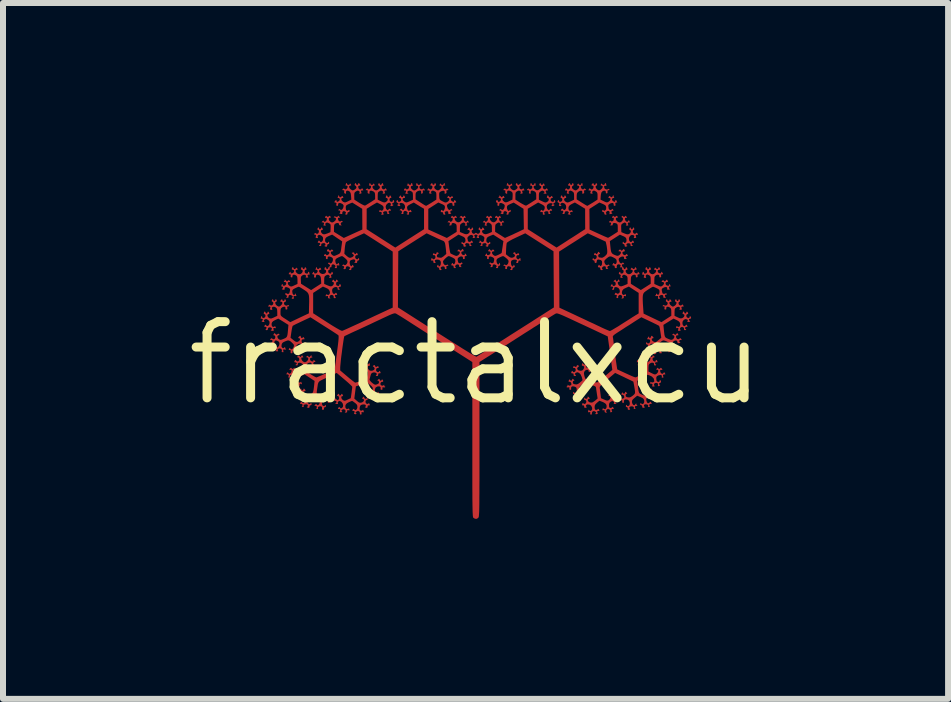
<source format=kicad_pcb>
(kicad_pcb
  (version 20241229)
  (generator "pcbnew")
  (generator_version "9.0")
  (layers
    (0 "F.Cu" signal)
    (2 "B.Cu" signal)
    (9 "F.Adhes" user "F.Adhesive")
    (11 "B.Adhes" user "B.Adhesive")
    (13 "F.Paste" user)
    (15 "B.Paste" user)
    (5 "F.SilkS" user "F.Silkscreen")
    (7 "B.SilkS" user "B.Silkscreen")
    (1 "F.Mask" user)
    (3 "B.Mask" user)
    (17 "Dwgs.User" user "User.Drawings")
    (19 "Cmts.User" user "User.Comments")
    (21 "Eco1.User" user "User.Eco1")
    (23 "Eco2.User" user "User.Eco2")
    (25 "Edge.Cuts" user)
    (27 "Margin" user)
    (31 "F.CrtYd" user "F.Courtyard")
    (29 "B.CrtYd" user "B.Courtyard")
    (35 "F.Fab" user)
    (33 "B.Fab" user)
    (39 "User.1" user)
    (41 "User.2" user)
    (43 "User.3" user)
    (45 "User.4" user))
  (footprint "fractalxcu"
    (layer "F.Cu")
    (at 4.876 3.001)
    (property "Reference" "fractalxcu" (at 0 0 0) (layer "F.SilkS") (effects (font (size 1.27 1.27) (thickness 0.15))))
    (attr board_only exclude_from_pos_files exclude_from_bom)
    (fp_poly (pts (xy 2.174 -2.993) (xy 2.175 -2.991) (xy 2.178 -2.973) (xy 2.181 -2.965) (xy 2.181 -2.953) (xy 2.165 -2.954) (xy 2.165 -2.954) (xy 2.147 -2.954) (xy 2.142 -2.939) (xy 2.148 -2.915) (xy 2.155 -2.905) (xy 2.175 -2.895) (xy 2.196 -2.893) (xy 2.209 -2.902) (xy 2.218 -2.904) (xy 2.227 -2.897) (xy 2.234 -2.885) (xy 2.223 -2.882) (xy 2.217 -2.881) (xy 2.201 -2.878) (xy 2.198 -2.862) (xy 2.199 -2.854) (xy 2.199 -2.834) (xy 2.187 -2.827) (xy 2.185 -2.827) (xy 2.171 -2.833) (xy 2.171 -2.847) (xy 2.168 -2.865) (xy 2.152 -2.874) (xy 2.128 -2.87) (xy 2.112 -2.861) (xy 2.097 -2.842) (xy 2.089 -2.812) (xy 2.086 -2.784) (xy 2.082 -2.724) (xy 2.135 -2.698) (xy 2.167 -2.683) (xy 2.187 -2.678) (xy 2.203 -2.681) (xy 2.217 -2.689) (xy 2.239 -2.708) (xy 2.249 -2.728) (xy 2.246 -2.745) (xy 2.23 -2.751) (xy 2.214 -2.753) (xy 2.216 -2.765) (xy 2.22 -2.772) (xy 2.232 -2.786) (xy 2.24 -2.782) (xy 2.243 -2.778) (xy 2.258 -2.764) (xy 2.274 -2.764) (xy 2.283 -2.776) (xy 2.283 -2.778) (xy 2.29 -2.793) (xy 2.296 -2.794) (xy 2.303 -2.79) (xy 2.302 -2.787) (xy 2.301 -2.774) (xy 2.307 -2.766) (xy 2.312 -2.754) (xy 2.298 -2.751) (xy 2.296 -2.751) (xy 2.277 -2.743) (xy 2.273 -2.726) (xy 2.281 -2.707) (xy 2.294 -2.697) (xy 2.316 -2.687) (xy 2.325 -2.69) (xy 2.327 -2.702) (xy 2.333 -2.716) (xy 2.338 -2.718) (xy 2.348 -2.71) (xy 2.349 -2.703) (xy 2.357 -2.685) (xy 2.362 -2.682) (xy 2.364 -2.678) (xy 2.35 -2.676) (xy 2.332 -2.672) (xy 2.329 -2.658) (xy 2.331 -2.648) (xy 2.333 -2.627) (xy 2.323 -2.621) (xy 2.317 -2.62) (xy 2.302 -2.626) (xy 2.302 -2.641) (xy 2.299 -2.66) (xy 2.283 -2.669) (xy 2.256 -2.664) (xy 2.238 -2.656) (xy 2.216 -2.638) (xy 2.211 -2.619) (xy 2.212 -2.615) (xy 2.217 -2.588) (xy 2.218 -2.576) (xy 2.226 -2.56) (xy 2.244 -2.551) (xy 2.262 -2.553) (xy 2.269 -2.561) (xy 2.277 -2.57) (xy 2.289 -2.563) (xy 2.298 -2.548) (xy 2.295 -2.538) (xy 2.283 -2.539) (xy 2.271 -2.536) (xy 2.265 -2.528) (xy 2.267 -2.507) (xy 2.274 -2.5) (xy 2.281 -2.492) (xy 2.276 -2.49) (xy 2.255 -2.486) (xy 2.245 -2.483) (xy 2.232 -2.481) (xy 2.232 -2.494) (xy 2.234 -2.499) (xy 2.233 -2.522) (xy 2.219 -2.535) (xy 2.198 -2.535) (xy 2.181 -2.523) (xy 2.17 -2.504) (xy 2.174 -2.496) (xy 2.185 -2.483) (xy 2.176 -2.474) (xy 2.164 -2.473) (xy 2.148 -2.48) (xy 2.145 -2.495) (xy 2.141 -2.513) (xy 2.128 -2.516) (xy 2.112 -2.523) (xy 2.109 -2.535) (xy 2.115 -2.552) (xy 2.126 -2.554) (xy 2.133 -2.543) (xy 2.142 -2.536) (xy 2.159 -2.544) (xy 2.175 -2.561) (xy 2.177 -2.588) (xy 2.177 -2.594) (xy 2.172 -2.616) (xy 2.159 -2.632) (xy 2.133 -2.646) (xy 2.118 -2.653) (xy 2.064 -2.676) (xy 1.897 -2.569) (xy 1.899 -2.397) (xy 1.9 -2.225) (xy 2.05 -2.156) (xy 2.103 -2.132) (xy 2.148 -2.112) (xy 2.183 -2.097) (xy 2.204 -2.089) (xy 2.207 -2.088) (xy 2.219 -2.093) (xy 2.244 -2.108) (xy 2.278 -2.129) (xy 2.292 -2.138) (xy 2.37 -2.188) (xy 2.37 -2.252) (xy 2.369 -2.289) (xy 2.365 -2.31) (xy 2.355 -2.322) (xy 2.344 -2.329) (xy 2.316 -2.335) (xy 2.294 -2.331) (xy 2.285 -2.316) (xy 2.286 -2.311) (xy 2.286 -2.3) (xy 2.276 -2.295) (xy 2.253 -2.294) (xy 2.241 -2.296) (xy 2.25 -2.304) (xy 2.25 -2.304) (xy 2.259 -2.321) (xy 2.258 -2.332) (xy 2.247 -2.344) (xy 2.241 -2.344) (xy 2.228 -2.342) (xy 2.226 -2.353) (xy 2.235 -2.368) (xy 2.236 -2.368) (xy 2.248 -2.375) (xy 2.251 -2.37) (xy 2.26 -2.362) (xy 2.275 -2.361) (xy 2.295 -2.371) (xy 2.303 -2.396) (xy 2.303 -2.418) (xy 2.295 -2.423) (xy 2.29 -2.421) (xy 2.275 -2.42) (xy 2.276 -2.432) (xy 2.284 -2.446) (xy 2.295 -2.456) (xy 2.301 -2.449) (xy 2.315 -2.437) (xy 2.332 -2.439) (xy 2.34 -2.449) (xy 2.348 -2.455) (xy 2.364 -2.444) (xy 2.376 -2.43) (xy 2.372 -2.425) (xy 2.36 -2.425) (xy 2.342 -2.418) (xy 2.337 -2.401) (xy 2.345 -2.379) (xy 2.366 -2.358) (xy 2.37 -2.356) (xy 2.394 -2.344) (xy 2.41 -2.344) (xy 2.43 -2.355) (xy 2.449 -2.375) (xy 2.457 -2.398) (xy 2.454 -2.418) (xy 2.441 -2.427) (xy 2.431 -2.434) (xy 2.437 -2.446) (xy 2.447 -2.456) (xy 2.454 -2.449) (xy 2.468 -2.437) (xy 2.486 -2.439) (xy 2.494 -2.449) (xy 2.501 -2.456) (xy 2.511 -2.446) (xy 2.522 -2.426) (xy 2.517 -2.418) (xy 2.506 -2.421) (xy 2.493 -2.419) (xy 2.489 -2.404) (xy 2.493 -2.384) (xy 2.504 -2.366) (xy 2.512 -2.359) (xy 2.53 -2.353) (xy 2.54 -2.364) (xy 2.54 -2.364) (xy 2.551 -2.379) (xy 2.557 -2.381) (xy 2.562 -2.375) (xy 2.561 -2.37) (xy 2.562 -2.36) (xy 2.565 -2.36) (xy 2.577 -2.352) (xy 2.577 -2.349) (xy 2.569 -2.343) (xy 2.561 -2.345) (xy 2.545 -2.342) (xy 2.536 -2.328) (xy 2.538 -2.311) (xy 2.544 -2.306) (xy 2.548 -2.297) (xy 2.534 -2.291) (xy 2.516 -2.291) (xy 2.505 -2.296) (xy 2.507 -2.304) (xy 2.513 -2.307) (xy 2.517 -2.317) (xy 2.507 -2.33) (xy 2.493 -2.342) (xy 2.479 -2.342) (xy 2.456 -2.33) (xy 2.456 -2.33) (xy 2.438 -2.318) (xy 2.429 -2.304) (xy 2.426 -2.282) (xy 2.427 -2.246) (xy 2.43 -2.182) (xy 2.482 -2.16) (xy 2.516 -2.148) (xy 2.538 -2.145) (xy 2.556 -2.151) (xy 2.561 -2.153) (xy 2.579 -2.169) (xy 2.588 -2.191) (xy 2.586 -2.209) (xy 2.574 -2.218) (xy 2.573 -2.218) (xy 2.562 -2.226) (xy 2.563 -2.24) (xy 2.572 -2.258) (xy 2.583 -2.26) (xy 2.588 -2.246) (xy 2.588 -2.245) (xy 2.597 -2.231) (xy 2.604 -2.229) (xy 2.619 -2.238) (xy 2.62 -2.245) (xy 2.625 -2.26) (xy 2.636 -2.258) (xy 2.645 -2.241) (xy 2.645 -2.24) (xy 2.644 -2.222) (xy 2.635 -2.218) (xy 2.623 -2.21) (xy 2.621 -2.192) (xy 2.628 -2.171) (xy 2.641 -2.157) (xy 2.646 -2.155) (xy 2.668 -2.158) (xy 2.676 -2.165) (xy 2.686 -2.174) (xy 2.696 -2.164) (xy 2.707 -2.143) (xy 2.701 -2.136) (xy 2.692 -2.138) (xy 2.675 -2.137) (xy 2.668 -2.123) (xy 2.674 -2.105) (xy 2.679 -2.092) (xy 2.665 -2.085) (xy 2.642 -2.083) (xy 2.636 -2.093) (xy 2.643 -2.105) (xy 2.647 -2.119) (xy 2.632 -2.131) (xy 2.604 -2.136) (xy 2.578 -2.123) (xy 2.56 -2.097) (xy 2.555 -2.07) (xy 2.561 -2.041) (xy 2.575 -2.022) (xy 2.592 -2.017) (xy 2.608 -2.029) (xy 2.609 -2.031) (xy 2.619 -2.043) (xy 2.628 -2.037) (xy 2.631 -2.033) (xy 2.641 -2.012) (xy 2.637 -2.003) (xy 2.625 -2.005) (xy 2.608 -2.002) (xy 2.602 -1.993) (xy 2.602 -1.976) (xy 2.608 -1.971) (xy 2.62 -1.961) (xy 2.615 -1.952) (xy 2.599 -1.949) (xy 2.583 -1.956) (xy 2.583 -1.97) (xy 2.579 -1.987) (xy 2.562 -1.997) (xy 2.537 -1.997) (xy 2.53 -1.994) (xy 2.516 -1.982) (xy 2.512 -1.967) (xy 2.521 -1.958) (xy 2.524 -1.957) (xy 2.532 -1.954) (xy 2.525 -1.947) (xy 2.508 -1.94) (xy 2.502 -1.939) (xy 2.487 -1.943) (xy 2.484 -1.96) (xy 2.478 -1.98) (xy 2.466 -1.983) (xy 2.452 -1.99) (xy 2.45 -2.002) (xy 2.455 -2.018) (xy 2.464 -2.023) (xy 2.468 -2.012) (xy 2.468 -2.012) (xy 2.476 -2.002) (xy 2.493 -2.003) (xy 2.509 -2.014) (xy 2.509 -2.014) (xy 2.515 -2.034) (xy 2.515 -2.061) (xy 2.508 -2.083) (xy 2.493 -2.099) (xy 2.463 -2.115) (xy 2.457 -2.117) (xy 2.405 -2.14) (xy 2.321 -2.086) (xy 2.238 -2.033) (xy 2.246 -1.949) (xy 2.252 -1.895) (xy 2.259 -1.858) (xy 2.27 -1.834) (xy 2.286 -1.818) (xy 2.311 -1.805) (xy 2.32 -1.801) (xy 2.35 -1.79) (xy 2.369 -1.787) (xy 2.386 -1.793) (xy 2.397 -1.8) (xy 2.416 -1.819) (xy 2.423 -1.84) (xy 2.419 -1.856) (xy 2.403 -1.862) (xy 2.4 -1.862) (xy 2.383 -1.862) (xy 2.385 -1.874) (xy 2.395 -1.886) (xy 2.408 -1.894) (xy 2.421 -1.884) (xy 2.422 -1.882) (xy 2.434 -1.871) (xy 2.444 -1.877) (xy 2.452 -1.886) (xy 2.466 -1.901) (xy 2.475 -1.898) (xy 2.479 -1.892) (xy 2.489 -1.87) (xy 2.482 -1.861) (xy 2.468 -1.859) (xy 2.451 -1.852) (xy 2.447 -1.835) (xy 2.456 -1.815) (xy 2.47 -1.804) (xy 2.491 -1.797) (xy 2.504 -1.806) (xy 2.506 -1.808) (xy 2.517 -1.819) (xy 2.527 -1.811) (xy 2.531 -1.804) (xy 2.539 -1.788) (xy 2.53 -1.783) (xy 2.523 -1.783) (xy 2.505 -1.776) (xy 2.501 -1.767) (xy 2.508 -1.752) (xy 2.514 -1.751) (xy 2.521 -1.747) (xy 2.514 -1.74) (xy 2.497 -1.734) (xy 2.491 -1.732) (xy 2.476 -1.735) (xy 2.476 -1.749) (xy 2.473 -1.769) (xy 2.456 -1.777) (xy 2.43 -1.773) (xy 2.413 -1.764) (xy 2.391 -1.748) (xy 2.385 -1.73) (xy 2.387 -1.713) (xy 2.399 -1.682) (xy 2.415 -1.664) (xy 2.432 -1.66) (xy 2.441 -1.667) (xy 2.453 -1.677) (xy 2.466 -1.668) (xy 2.478 -1.651) (xy 2.473 -1.646) (xy 2.463 -1.649) (xy 2.447 -1.647) (xy 2.439 -1.633) (xy 2.441 -1.616) (xy 2.45 -1.607) (xy 2.466 -1.591) (xy 2.468 -1.582) (xy 2.477 -1.568) (xy 2.485 -1.566) (xy 2.499 -1.574) (xy 2.501 -1.582) (xy 2.506 -1.597) (xy 2.518 -1.595) (xy 2.527 -1.581) (xy 2.533 -1.562) (xy 2.527 -1.555) (xy 2.517 -1.555) (xy 2.503 -1.547) (xy 2.501 -1.529) (xy 2.509 -1.508) (xy 2.526 -1.491) (xy 2.529 -1.489) (xy 2.553 -1.48) (xy 2.574 -1.484) (xy 2.586 -1.49) (xy 2.608 -1.509) (xy 2.619 -1.53) (xy 2.617 -1.547) (xy 2.601 -1.555) (xy 2.599 -1.555) (xy 2.584 -1.557) (xy 2.586 -1.568) (xy 2.59 -1.576) (xy 2.602 -1.59) (xy 2.61 -1.586) (xy 2.613 -1.582) (xy 2.628 -1.568) (xy 2.644 -1.567) (xy 2.653 -1.58) (xy 2.653 -1.582) (xy 2.659 -1.597) (xy 2.67 -1.595) (xy 2.679 -1.581) (xy 2.685 -1.562) (xy 2.678 -1.555) (xy 2.664 -1.555) (xy 2.647 -1.547) (xy 2.642 -1.53) (xy 2.651 -1.511) (xy 2.664 -1.5) (xy 2.686 -1.494) (xy 2.701 -1.498) (xy 2.703 -1.51) (xy 2.702 -1.512) (xy 2.702 -1.522) (xy 2.704 -1.522) (xy 2.716 -1.514) (xy 2.727 -1.501) (xy 2.734 -1.484) (xy 2.726 -1.479) (xy 2.717 -1.479) (xy 2.701 -1.475) (xy 2.699 -1.459) (xy 2.7 -1.454) (xy 2.701 -1.434) (xy 2.687 -1.428) (xy 2.687 -1.427) (xy 2.672 -1.432) (xy 2.671 -1.445) (xy 2.669 -1.464) (xy 2.652 -1.473) (xy 2.627 -1.47) (xy 2.613 -1.462) (xy 2.599 -1.449) (xy 2.591 -1.431) (xy 2.588 -1.401) (xy 2.588 -1.383) (xy 2.588 -1.321) (xy 2.671 -1.269) (xy 2.754 -1.217) (xy 2.837 -1.269) (xy 2.919 -1.322) (xy 2.919 -1.385) (xy 2.918 -1.421) (xy 2.914 -1.443) (xy 2.902 -1.457) (xy 2.89 -1.465) (xy 2.867 -1.476) (xy 2.852 -1.474) (xy 2.844 -1.468) (xy 2.833 -1.452) (xy 2.838 -1.441) (xy 2.844 -1.425) (xy 2.832 -1.419) (xy 2.815 -1.421) (xy 2.801 -1.429) (xy 2.806 -1.442) (xy 2.813 -1.46) (xy 2.804 -1.474) (xy 2.787 -1.474) (xy 2.775 -1.474) (xy 2.777 -1.485) (xy 2.783 -1.506) (xy 2.784 -1.512) (xy 2.792 -1.522) (xy 2.794 -1.522) (xy 2.804 -1.513) (xy 2.805 -1.506) (xy 2.811 -1.492) (xy 2.829 -1.492) (xy 2.842 -1.496) (xy 2.856 -1.51) (xy 2.86 -1.53) (xy 2.854 -1.548) (xy 2.842 -1.555) (xy 2.83 -1.561) (xy 2.831 -1.572) (xy 2.837 -1.589) (xy 2.838 -1.594) (xy 2.846 -1.598) (xy 2.849 -1.598) (xy 2.858 -1.59) (xy 2.86 -1.582) (xy 2.868 -1.568) (xy 2.876 -1.566) (xy 2.89 -1.574) (xy 2.892 -1.582) (xy 2.898 -1.597) (xy 2.91 -1.595) (xy 2.918 -1.581) (xy 2.924 -1.562) (xy 2.919 -1.555) (xy 2.909 -1.555) (xy 2.894 -1.547) (xy 2.892 -1.529) (xy 2.9 -1.508) (xy 2.918 -1.491) (xy 2.92 -1.489) (xy 2.944 -1.48) (xy 2.965 -1.484) (xy 2.977 -1.49) (xy 2.999 -1.509) (xy 3.01 -1.53) (xy 3.008 -1.547) (xy 2.993 -1.555) (xy 2.991 -1.555) (xy 2.975 -1.557) (xy 2.977 -1.568) (xy 2.982 -1.576) (xy 2.993 -1.59) (xy 3.001 -1.586) (xy 3.004 -1.582) (xy 3.019 -1.568) (xy 3.035 -1.567) (xy 3.044 -1.58) (xy 3.045 -1.582) (xy 3.05 -1.597) (xy 3.062 -1.595) (xy 3.071 -1.581) (xy 3.076 -1.562) (xy 3.069 -1.555) (xy 3.055 -1.555) (xy 3.038 -1.547) (xy 3.034 -1.53) (xy 3.043 -1.511) (xy 3.056 -1.5) (xy 3.077 -1.494) (xy 3.092 -1.498) (xy 3.094 -1.51) (xy 3.093 -1.512) (xy 3.093 -1.522) (xy 3.096 -1.522) (xy 3.108 -1.514) (xy 3.118 -1.501) (xy 3.126 -1.484) (xy 3.117 -1.479) (xy 3.109 -1.479) (xy 3.092 -1.475) (xy 3.091 -1.459) (xy 3.092 -1.454) (xy 3.093 -1.434) (xy 3.079 -1.428) (xy 3.078 -1.427) (xy 3.063 -1.432) (xy 3.063 -1.445) (xy 3.06 -1.464) (xy 3.043 -1.473) (xy 3.019 -1.47) (xy 3.005 -1.462) (xy 2.99 -1.45) (xy 2.982 -1.432) (xy 2.98 -1.402) (xy 2.979 -1.383) (xy 2.979 -1.319) (xy 3.032 -1.295) (xy 3.064 -1.281) (xy 3.083 -1.276) (xy 3.098 -1.279) (xy 3.114 -1.289) (xy 3.133 -1.308) (xy 3.141 -1.329) (xy 3.137 -1.345) (xy 3.121 -1.351) (xy 3.118 -1.351) (xy 3.101 -1.351) (xy 3.103 -1.363) (xy 3.112 -1.374) (xy 3.125 -1.383) (xy 3.138 -1.373) (xy 3.14 -1.371) (xy 3.151 -1.36) (xy 3.162 -1.366) (xy 3.17 -1.375) (xy 3.184 -1.39) (xy 3.193 -1.387) (xy 3.197 -1.381) (xy 3.207 -1.359) (xy 3.2 -1.35) (xy 3.189 -1.351) (xy 3.172 -1.346) (xy 3.166 -1.33) (xy 3.17 -1.31) (xy 3.185 -1.294) (xy 3.207 -1.288) (xy 3.223 -1.291) (xy 3.225 -1.303) (xy 3.223 -1.306) (xy 3.224 -1.315) (xy 3.228 -1.316) (xy 3.24 -1.307) (xy 3.245 -1.298) (xy 3.251 -1.278) (xy 3.246 -1.275) (xy 3.24 -1.278) (xy 3.228 -1.275) (xy 3.222 -1.266) (xy 3.224 -1.246) (xy 3.231 -1.239) (xy 3.241 -1.23) (xy 3.24 -1.228) (xy 3.226 -1.225) (xy 3.211 -1.223) (xy 3.194 -1.223) (xy 3.193 -1.236) (xy 3.194 -1.24) (xy 3.192 -1.26) (xy 3.175 -1.268) (xy 3.147 -1.263) (xy 3.132 -1.256) (xy 3.109 -1.242) (xy 3.102 -1.226) (xy 3.105 -1.204) (xy 3.111 -1.177) (xy 3.117 -1.161) (xy 3.117 -1.161) (xy 3.131 -1.154) (xy 3.151 -1.154) (xy 3.165 -1.161) (xy 3.166 -1.162) (xy 3.175 -1.164) (xy 3.184 -1.157) (xy 3.191 -1.145) (xy 3.18 -1.142) (xy 3.175 -1.142) (xy 3.157 -1.135) (xy 3.155 -1.118) (xy 3.166 -1.1) (xy 3.172 -1.091) (xy 3.163 -1.087) (xy 3.135 -1.088) (xy 3.134 -1.088) (xy 3.129 -1.097) (xy 3.129 -1.108) (xy 3.124 -1.128) (xy 3.106 -1.136) (xy 3.081 -1.131) (xy 3.077 -1.128) (xy 3.058 -1.112) (xy 3.06 -1.098) (xy 3.066 -1.093) (xy 3.077 -1.08) (xy 3.068 -1.072) (xy 3.056 -1.07) (xy 3.041 -1.074) (xy 3.04 -1.09) (xy 3.041 -1.097) (xy 3.043 -1.116) (xy 3.034 -1.119) (xy 3.024 -1.117) (xy 3.003 -1.116) (xy 2.995 -1.121) (xy 2.997 -1.13) (xy 3.001 -1.131) (xy 3.008 -1.137) (xy 3.007 -1.141) (xy 3.008 -1.155) (xy 3.011 -1.157) (xy 3.022 -1.154) (xy 3.027 -1.146) (xy 3.037 -1.135) (xy 3.05 -1.141) (xy 3.061 -1.159) (xy 3.066 -1.185) (xy 3.066 -1.19) (xy 3.064 -1.212) (xy 3.053 -1.228) (xy 3.028 -1.243) (xy 3.017 -1.248) (xy 2.987 -1.262) (xy 2.964 -1.271) (xy 2.957 -1.272) (xy 2.944 -1.267) (xy 2.917 -1.251) (xy 2.883 -1.23) (xy 2.871 -1.222) (xy 2.833 -1.196) (xy 2.81 -1.177) (xy 2.797 -1.159) (xy 2.791 -1.139) (xy 2.788 -1.125) (xy 2.786 -1.095) (xy 2.786 -1.05) (xy 2.788 -0.996) (xy 2.791 -0.951) (xy 2.8 -0.824) (xy 2.949 -0.753) (xy 3.098 -0.682) (xy 3.18 -0.735) (xy 3.262 -0.788) (xy 3.262 -0.85) (xy 3.261 -0.886) (xy 3.255 -0.908) (xy 3.243 -0.923) (xy 3.235 -0.928) (xy 3.208 -0.939) (xy 3.187 -0.937) (xy 3.178 -0.922) (xy 3.179 -0.912) (xy 3.177 -0.895) (xy 3.163 -0.892) (xy 3.148 -0.896) (xy 3.147 -0.912) (xy 3.149 -0.919) (xy 3.151 -0.939) (xy 3.14 -0.946) (xy 3.132 -0.946) (xy 3.116 -0.948) (xy 3.12 -0.958) (xy 3.123 -0.961) (xy 3.136 -0.969) (xy 3.141 -0.967) (xy 3.153 -0.958) (xy 3.174 -0.959) (xy 3.191 -0.968) (xy 3.193 -0.97) (xy 3.203 -0.997) (xy 3.195 -1.015) (xy 3.186 -1.019) (xy 3.172 -1.031) (xy 3.172 -1.045) (xy 3.181 -1.062) (xy 3.192 -1.064) (xy 3.197 -1.048) (xy 3.205 -1.036) (xy 3.216 -1.036) (xy 3.231 -1.045) (xy 3.232 -1.053) (xy 3.234 -1.065) (xy 3.244 -1.062) (xy 3.259 -1.045) (xy 3.259 -1.044) (xy 3.267 -1.028) (xy 3.259 -1.022) (xy 3.251 -1.022) (xy 3.233 -1.015) (xy 3.23 -0.998) (xy 3.241 -0.975) (xy 3.258 -0.958) (xy 3.279 -0.943) (xy 3.295 -0.942) (xy 3.317 -0.954) (xy 3.318 -0.954) (xy 3.337 -0.972) (xy 3.348 -0.994) (xy 3.349 -1.012) (xy 3.337 -1.022) (xy 3.334 -1.022) (xy 3.323 -1.03) (xy 3.324 -1.044) (xy 3.333 -1.062) (xy 3.344 -1.064) (xy 3.349 -1.05) (xy 3.349 -1.049) (xy 3.358 -1.035) (xy 3.365 -1.033) (xy 3.38 -1.042) (xy 3.382 -1.049) (xy 3.386 -1.064) (xy 3.397 -1.062) (xy 3.406 -1.045) (xy 3.406 -1.044) (xy 3.406 -1.026) (xy 3.397 -1.022) (xy 3.385 -1.013) (xy 3.382 -0.996) (xy 3.389 -0.974) (xy 3.407 -0.961) (xy 3.426 -0.96) (xy 3.437 -0.969) (xy 3.447 -0.978) (xy 3.458 -0.968) (xy 3.468 -0.947) (xy 3.462 -0.94) (xy 3.453 -0.942) (xy 3.436 -0.94) (xy 3.429 -0.927) (xy 3.435 -0.909) (xy 3.44 -0.896) (xy 3.426 -0.889) (xy 3.425 -0.889) (xy 3.405 -0.888) (xy 3.396 -0.896) (xy 3.403 -0.908) (xy 3.405 -0.909) (xy 3.41 -0.919) (xy 3.398 -0.931) (xy 3.381 -0.939) (xy 3.362 -0.935) (xy 3.347 -0.927) (xy 3.329 -0.914) (xy 3.32 -0.899) (xy 3.317 -0.873) (xy 3.316 -0.848) (xy 3.316 -0.787) (xy 3.367 -0.763) (xy 3.4 -0.748) (xy 3.423 -0.744) (xy 3.444 -0.749) (xy 3.448 -0.751) (xy 3.469 -0.766) (xy 3.48 -0.786) (xy 3.48 -0.805) (xy 3.467 -0.815) (xy 3.462 -0.815) (xy 3.45 -0.822) (xy 3.451 -0.833) (xy 3.457 -0.85) (xy 3.458 -0.854) (xy 3.466 -0.859) (xy 3.469 -0.859) (xy 3.478 -0.85) (xy 3.479 -0.843) (xy 3.488 -0.828) (xy 3.496 -0.826) (xy 3.51 -0.835) (xy 3.512 -0.843) (xy 3.518 -0.857) (xy 3.529 -0.855) (xy 3.538 -0.842) (xy 3.544 -0.822) (xy 3.538 -0.816) (xy 3.528 -0.815) (xy 3.516 -0.807) (xy 3.512 -0.788) (xy 3.517 -0.768) (xy 3.529 -0.757) (xy 3.555 -0.751) (xy 3.565 -0.758) (xy 3.566 -0.767) (xy 3.571 -0.781) (xy 3.582 -0.779) (xy 3.591 -0.762) (xy 3.591 -0.761) (xy 3.591 -0.744) (xy 3.576 -0.739) (xy 3.559 -0.732) (xy 3.556 -0.723) (xy 3.561 -0.709) (xy 3.566 -0.707) (xy 3.577 -0.698) (xy 3.577 -0.696) (xy 3.568 -0.688) (xy 3.549 -0.685) (xy 3.53 -0.687) (xy 3.529 -0.695) (xy 3.533 -0.701) (xy 3.539 -0.715) (xy 3.527 -0.726) (xy 3.524 -0.728) (xy 3.495 -0.733) (xy 3.47 -0.72) (xy 3.452 -0.695) (xy 3.447 -0.668) (xy 3.452 -0.639) (xy 3.466 -0.62) (xy 3.483 -0.614) (xy 3.5 -0.626) (xy 3.5 -0.628) (xy 3.511 -0.641) (xy 3.52 -0.634) (xy 3.523 -0.631) (xy 3.533 -0.61) (xy 3.527 -0.603) (xy 3.518 -0.605) (xy 3.501 -0.602) (xy 3.494 -0.592) (xy 3.493 -0.573) (xy 3.499 -0.568) (xy 3.512 -0.559) (xy 3.505 -0.551) (xy 3.49 -0.548) (xy 3.474 -0.553) (xy 3.475 -0.567) (xy 3.472 -0.587) (xy 3.455 -0.599) (xy 3.432 -0.6) (xy 3.422 -0.597) (xy 3.408 -0.582) (xy 3.404 -0.565) (xy 3.412 -0.555) (xy 3.416 -0.555) (xy 3.424 -0.551) (xy 3.417 -0.544) (xy 3.4 -0.538) (xy 3.392 -0.536) (xy 3.377 -0.537) (xy 3.375 -0.55) (xy 3.378 -0.562) (xy 3.381 -0.582) (xy 3.373 -0.587) (xy 3.361 -0.584) (xy 3.343 -0.582) (xy 3.342 -0.592) (xy 3.343 -0.594) (xy 3.348 -0.612) (xy 3.349 -0.617) (xy 3.356 -0.616) (xy 3.366 -0.608) (xy 3.386 -0.602) (xy 3.402 -0.612) (xy 3.411 -0.635) (xy 3.409 -0.66) (xy 3.399 -0.684) (xy 3.378 -0.702) (xy 3.351 -0.717) (xy 3.299 -0.741) (xy 3.215 -0.689) (xy 3.13 -0.636) (xy 3.137 -0.565) (xy 3.143 -0.509) (xy 3.148 -0.47) (xy 3.155 -0.444) (xy 3.165 -0.428) (xy 3.182 -0.416) (xy 3.205 -0.406) (xy 3.209 -0.404) (xy 3.242 -0.391) (xy 3.262 -0.387) (xy 3.278 -0.391) (xy 3.291 -0.399) (xy 3.308 -0.418) (xy 3.314 -0.44) (xy 3.309 -0.457) (xy 3.297 -0.463) (xy 3.279 -0.467) (xy 3.279 -0.474) (xy 3.286 -0.482) (xy 3.299 -0.491) (xy 3.312 -0.482) (xy 3.313 -0.48) (xy 3.325 -0.469) (xy 3.336 -0.474) (xy 3.344 -0.484) (xy 3.358 -0.498) (xy 3.367 -0.495) (xy 3.371 -0.489) (xy 3.381 -0.468) (xy 3.375 -0.461) (xy 3.366 -0.463) (xy 3.349 -0.462) (xy 3.341 -0.445) (xy 3.343 -0.425) (xy 3.357 -0.404) (xy 3.378 -0.396) (xy 3.396 -0.404) (xy 3.398 -0.406) (xy 3.41 -0.416) (xy 3.423 -0.407) (xy 3.435 -0.389) (xy 3.431 -0.382) (xy 3.419 -0.385) (xy 3.403 -0.383) (xy 3.395 -0.369) (xy 3.398 -0.353) (xy 3.404 -0.347) (xy 3.415 -0.338) (xy 3.414 -0.336) (xy 3.4 -0.334) (xy 3.386 -0.331) (xy 3.369 -0.333) (xy 3.364 -0.35) (xy 3.364 -0.351) (xy 3.357 -0.371) (xy 3.338 -0.378) (xy 3.312 -0.371) (xy 3.298 -0.362) (xy 3.282 -0.344) (xy 3.279 -0.323) (xy 3.282 -0.304) (xy 3.292 -0.276) (xy 3.31 -0.264) (xy 3.314 -0.263) (xy 3.334 -0.266) (xy 3.338 -0.277) (xy 3.345 -0.291) (xy 3.351 -0.294) (xy 3.358 -0.289) (xy 3.356 -0.286) (xy 3.356 -0.273) (xy 3.361 -0.265) (xy 3.367 -0.253) (xy 3.356 -0.25) (xy 3.336 -0.243) (xy 3.332 -0.225) (xy 3.338 -0.212) (xy 3.345 -0.2) (xy 3.334 -0.196) (xy 3.322 -0.196) (xy 3.302 -0.198) (xy 3.3 -0.205) (xy 3.305 -0.211) (xy 3.311 -0.225) (xy 3.299 -0.237) (xy 3.294 -0.239) (xy 3.273 -0.246) (xy 3.253 -0.236) (xy 3.25 -0.233) (xy 3.237 -0.214) (xy 3.241 -0.201) (xy 3.244 -0.189) (xy 3.23 -0.182) (xy 3.214 -0.181) (xy 3.212 -0.192) (xy 3.215 -0.204) (xy 3.218 -0.223) (xy 3.209 -0.228) (xy 3.198 -0.226) (xy 3.177 -0.225) (xy 3.169 -0.229) (xy 3.171 -0.239) (xy 3.174 -0.239) (xy 3.184 -0.245) (xy 3.185 -0.247) (xy 3.185 -0.266) (xy 3.194 -0.265) (xy 3.199 -0.258) (xy 3.213 -0.246) (xy 3.229 -0.252) (xy 3.232 -0.255) (xy 3.245 -0.272) (xy 3.245 -0.3) (xy 3.244 -0.303) (xy 3.235 -0.327) (xy 3.216 -0.345) (xy 3.189 -0.359) (xy 3.154 -0.373) (xy 3.132 -0.378) (xy 3.113 -0.373) (xy 3.089 -0.356) (xy 3.077 -0.347) (xy 3.052 -0.324) (xy 3.041 -0.307) (xy 3.04 -0.286) (xy 3.041 -0.279) (xy 3.052 -0.25) (xy 3.068 -0.232) (xy 3.085 -0.227) (xy 3.098 -0.236) (xy 3.101 -0.245) (xy 3.106 -0.254) (xy 3.115 -0.245) (xy 3.118 -0.24) (xy 3.126 -0.223) (xy 3.118 -0.218) (xy 3.11 -0.217) (xy 3.092 -0.21) (xy 3.09 -0.194) (xy 3.101 -0.176) (xy 3.106 -0.167) (xy 3.093 -0.163) (xy 3.086 -0.163) (xy 3.065 -0.166) (xy 3.062 -0.179) (xy 3.063 -0.183) (xy 3.06 -0.203) (xy 3.043 -0.212) (xy 3.019 -0.208) (xy 3.011 -0.204) (xy 2.994 -0.189) (xy 2.991 -0.177) (xy 3.001 -0.174) (xy 3.012 -0.169) (xy 3.008 -0.159) (xy 2.991 -0.149) (xy 2.99 -0.149) (xy 2.975 -0.148) (xy 2.973 -0.16) (xy 2.975 -0.171) (xy 2.978 -0.191) (xy 2.97 -0.195) (xy 2.959 -0.193) (xy 2.938 -0.192) (xy 2.93 -0.197) (xy 2.931 -0.206) (xy 2.935 -0.207) (xy 2.941 -0.215) (xy 2.94 -0.223) (xy 2.94 -0.237) (xy 2.945 -0.239) (xy 2.958 -0.231) (xy 2.96 -0.226) (xy 2.972 -0.219) (xy 2.983 -0.221) (xy 2.997 -0.237) (xy 3.001 -0.266) (xy 2.998 -0.294) (xy 2.985 -0.31) (xy 2.972 -0.316) (xy 2.937 -0.324) (xy 2.916 -0.317) (xy 2.91 -0.293) (xy 2.91 -0.293) (xy 2.907 -0.271) (xy 2.892 -0.264) (xy 2.876 -0.269) (xy 2.874 -0.286) (xy 2.87 -0.305) (xy 2.858 -0.309) (xy 2.843 -0.315) (xy 2.841 -0.328) (xy 2.846 -0.344) (xy 2.855 -0.348) (xy 2.86 -0.338) (xy 2.86 -0.337) (xy 2.867 -0.327) (xy 2.884 -0.329) (xy 2.902 -0.341) (xy 2.903 -0.342) (xy 2.911 -0.364) (xy 2.907 -0.384) (xy 2.893 -0.397) (xy 2.881 -0.397) (xy 2.863 -0.396) (xy 2.862 -0.408) (xy 2.876 -0.43) (xy 2.887 -0.444) (xy 2.892 -0.441) (xy 2.892 -0.432) (xy 2.898 -0.416) (xy 2.91 -0.416) (xy 2.921 -0.432) (xy 2.922 -0.435) (xy 2.929 -0.453) (xy 2.94 -0.453) (xy 2.953 -0.441) (xy 2.967 -0.423) (xy 2.962 -0.414) (xy 2.952 -0.413) (xy 2.938 -0.406) (xy 2.936 -0.39) (xy 2.946 -0.371) (xy 2.964 -0.359) (xy 2.986 -0.351) (xy 3.003 -0.35) (xy 3.02 -0.359) (xy 3.045 -0.38) (xy 3.051 -0.385) (xy 3.095 -0.422) (xy 3.081 -0.517) (xy 3.074 -0.561) (xy 3.067 -0.596) (xy 3.06 -0.617) (xy 3.059 -0.62) (xy 3.046 -0.627) (xy 3.018 -0.642) (xy 2.977 -0.662) (xy 2.928 -0.686) (xy 2.906 -0.696) (xy 2.763 -0.764) (xy 2.656 -0.696) (xy 2.607 -0.664) (xy 2.559 -0.633) (xy 2.517 -0.607) (xy 2.495 -0.593) (xy 2.459 -0.569) (xy 2.414 -0.54) (xy 2.368 -0.511) (xy 2.362 -0.507) (xy 2.32 -0.479) (xy 2.296 -0.458) (xy 2.287 -0.443) (xy 2.287 -0.437) (xy 2.291 -0.417) (xy 2.296 -0.383) (xy 2.299 -0.353) (xy 2.305 -0.303) (xy 2.313 -0.237) (xy 2.322 -0.164) (xy 2.332 -0.09) (xy 2.342 -0.021) (xy 2.35 0.034) (xy 2.361 0.105) (xy 2.505 0.172) (xy 2.558 0.196) (xy 2.603 0.216) (xy 2.639 0.231) (xy 2.661 0.238) (xy 2.664 0.239) (xy 2.68 0.234) (xy 2.708 0.219) (xy 2.744 0.197) (xy 2.758 0.188) (xy 2.838 0.136) (xy 2.838 0.08) (xy 2.836 0.045) (xy 2.83 0.024) (xy 2.815 0.009) (xy 2.81 0.006) (xy 2.78 -0.007) (xy 2.758 -0.006) (xy 2.748 0.01) (xy 2.748 0.019) (xy 2.746 0.037) (xy 2.731 0.04) (xy 2.726 0.039) (xy 2.705 0.035) (xy 2.697 0.033) (xy 2.699 0.028) (xy 2.706 0.023) (xy 2.716 0.006) (xy 2.715 -0.005) (xy 2.703 -0.017) (xy 2.695 -0.015) (xy 2.687 -0.015) (xy 2.689 -0.026) (xy 2.695 -0.046) (xy 2.697 -0.052) (xy 2.702 -0.05) (xy 2.711 -0.039) (xy 2.725 -0.026) (xy 2.743 -0.029) (xy 2.75 -0.032) (xy 2.766 -0.049) (xy 2.771 -0.069) (xy 2.764 -0.086) (xy 2.748 -0.091) (xy 2.732 -0.094) (xy 2.729 -0.099) (xy 2.738 -0.108) (xy 2.741 -0.109) (xy 2.747 -0.115) (xy 2.746 -0.12) (xy 2.743 -0.13) (xy 2.751 -0.128) (xy 2.764 -0.117) (xy 2.769 -0.111) (xy 2.782 -0.099) (xy 2.792 -0.103) (xy 2.797 -0.11) (xy 2.811 -0.121) (xy 2.823 -0.114) (xy 2.824 -0.113) (xy 2.837 -0.095) (xy 2.831 -0.088) (xy 2.819 -0.089) (xy 2.802 -0.084) (xy 2.796 -0.069) (xy 2.8 -0.048) (xy 2.822 -0.03) (xy 2.827 -0.027) (xy 2.852 -0.016) (xy 2.869 -0.017) (xy 2.888 -0.027) (xy 2.904 -0.043) (xy 2.913 -0.065) (xy 2.915 -0.084) (xy 2.909 -0.095) (xy 2.899 -0.094) (xy 2.881 -0.092) (xy 2.878 -0.103) (xy 2.889 -0.117) (xy 2.903 -0.129) (xy 2.912 -0.123) (xy 2.916 -0.116) (xy 2.93 -0.1) (xy 2.942 -0.101) (xy 2.947 -0.114) (xy 2.951 -0.129) (xy 2.963 -0.125) (xy 2.975 -0.114) (xy 2.986 -0.101) (xy 2.979 -0.096) (xy 2.966 -0.094) (xy 2.952 -0.084) (xy 2.949 -0.064) (xy 2.957 -0.043) (xy 2.964 -0.036) (xy 2.988 -0.023) (xy 2.999 -0.028) (xy 3.001 -0.038) (xy 3.007 -0.053) (xy 3.018 -0.051) (xy 3.027 -0.037) (xy 3.033 -0.017) (xy 3.027 -0.012) (xy 3.017 -0.015) (xy 2.999 -0.012) (xy 2.993 -0.003) (xy 2.993 0.014) (xy 2.999 0.019) (xy 3.012 0.029) (xy 3.006 0.038) (xy 2.99 0.041) (xy 2.974 0.034) (xy 2.974 0.02) (xy 2.972 0.003) (xy 2.955 -0.006) (xy 2.93 -0.005) (xy 2.908 0.005) (xy 2.892 0.018) (xy 2.884 0.037) (xy 2.882 0.067) (xy 2.881 0.082) (xy 2.881 0.141) (xy 2.936 0.169) (xy 2.968 0.184) (xy 2.988 0.19) (xy 3.003 0.187) (xy 3.017 0.178) (xy 3.034 0.161) (xy 3.044 0.14) (xy 3.045 0.122) (xy 3.038 0.112) (xy 3.028 0.113) (xy 3.014 0.114) (xy 3.015 0.101) (xy 3.024 0.087) (xy 3.035 0.077) (xy 3.041 0.084) (xy 3.054 0.097) (xy 3.072 0.095) (xy 3.08 0.084) (xy 3.088 0.078) (xy 3.102 0.089) (xy 3.114 0.106) (xy 3.108 0.115) (xy 3.092 0.112) (xy 3.08 0.115) (xy 3.076 0.13) (xy 3.08 0.15) (xy 3.091 0.168) (xy 3.098 0.174) (xy 3.118 0.179) (xy 3.131 0.166) (xy 3.141 0.153) (xy 3.15 0.159) (xy 3.153 0.163) (xy 3.163 0.184) (xy 3.158 0.191) (xy 3.148 0.189) (xy 3.132 0.191) (xy 3.123 0.206) (xy 3.125 0.222) (xy 3.131 0.228) (xy 3.135 0.236) (xy 3.121 0.242) (xy 3.104 0.244) (xy 3.103 0.232) (xy 3.105 0.227) (xy 3.103 0.207) (xy 3.087 0.199) (xy 3.058 0.202) (xy 3.044 0.207) (xy 3.022 0.219) (xy 3.013 0.237) (xy 3.012 0.261) (xy 3.017 0.295) (xy 3.029 0.309) (xy 3.054 0.315) (xy 3.065 0.307) (xy 3.066 0.299) (xy 3.071 0.284) (xy 3.082 0.286) (xy 3.091 0.304) (xy 3.088 0.323) (xy 3.076 0.33) (xy 3.06 0.339) (xy 3.055 0.351) (xy 3.064 0.359) (xy 3.066 0.359) (xy 3.077 0.364) (xy 3.073 0.374) (xy 3.057 0.383) (xy 3.055 0.384) (xy 3.04 0.385) (xy 3.038 0.372) (xy 3.04 0.364) (xy 3.04 0.343) (xy 3.023 0.332) (xy 3.022 0.332) (xy 2.997 0.331) (xy 2.979 0.342) (xy 2.973 0.36) (xy 2.979 0.375) (xy 2.986 0.387) (xy 2.976 0.391) (xy 2.963 0.391) (xy 2.943 0.389) (xy 2.942 0.382) (xy 2.945 0.377) (xy 2.95 0.359) (xy 2.939 0.345) (xy 2.92 0.344) (xy 2.919 0.344) (xy 2.909 0.342) (xy 2.911 0.326) (xy 2.918 0.311) (xy 2.925 0.316) (xy 2.94 0.323) (xy 2.961 0.32) (xy 2.976 0.309) (xy 2.979 0.301) (xy 2.97 0.259) (xy 2.942 0.228) (xy 2.924 0.217) (xy 2.895 0.204) (xy 2.872 0.196) (xy 2.867 0.196) (xy 2.852 0.201) (xy 2.824 0.216) (xy 2.788 0.237) (xy 2.773 0.246) (xy 2.694 0.297) (xy 2.701 0.352) (xy 2.708 0.411) (xy 2.714 0.453) (xy 2.72 0.48) (xy 2.728 0.497) (xy 2.738 0.509) (xy 2.753 0.517) (xy 2.768 0.524) (xy 2.799 0.538) (xy 2.821 0.541) (xy 2.844 0.535) (xy 2.848 0.533) (xy 2.874 0.517) (xy 2.881 0.494) (xy 2.881 0.493) (xy 2.876 0.473) (xy 2.866 0.468) (xy 2.855 0.46) (xy 2.857 0.446) (xy 2.865 0.43) (xy 2.875 0.424) (xy 2.879 0.431) (xy 2.879 0.437) (xy 2.885 0.45) (xy 2.895 0.454) (xy 2.911 0.451) (xy 2.914 0.441) (xy 2.919 0.426) (xy 2.929 0.427) (xy 2.939 0.445) (xy 2.939 0.446) (xy 2.938 0.464) (xy 2.929 0.468) (xy 2.917 0.476) (xy 2.915 0.494) (xy 2.921 0.514) (xy 2.934 0.529) (xy 2.94 0.531) (xy 2.961 0.529) (xy 2.968 0.522) (xy 2.979 0.517) (xy 2.99 0.527) (xy 2.998 0.54) (xy 2.989 0.544) (xy 2.987 0.544) (xy 2.966 0.551) (xy 2.962 0.569) (xy 2.969 0.582) (xy 2.976 0.595) (xy 2.965 0.598) (xy 2.964 0.598) (xy 2.941 0.596) (xy 2.933 0.588) (xy 2.934 0.576) (xy 2.93 0.557) (xy 2.912 0.551) (xy 2.884 0.559) (xy 2.874 0.565) (xy 2.852 0.582) (xy 2.845 0.601) (xy 2.846 0.623) (xy 2.856 0.654) (xy 2.871 0.669) (xy 2.89 0.666) (xy 2.901 0.656) (xy 2.913 0.643) (xy 2.922 0.648) (xy 2.925 0.652) (xy 2.935 0.674) (xy 2.93 0.683) (xy 2.919 0.681) (xy 2.903 0.683) (xy 2.894 0.697) (xy 2.898 0.713) (xy 2.903 0.717) (xy 2.907 0.725) (xy 2.893 0.732) (xy 2.876 0.733) (xy 2.875 0.721) (xy 2.876 0.717) (xy 2.876 0.7) (xy 2.857 0.69) (xy 2.855 0.69) (xy 2.831 0.687) (xy 2.817 0.69) (xy 2.807 0.704) (xy 2.807 0.721) (xy 2.818 0.729) (xy 2.826 0.732) (xy 2.819 0.739) (xy 2.802 0.745) (xy 2.796 0.747) (xy 2.781 0.743) (xy 2.777 0.725) (xy 2.772 0.706) (xy 2.76 0.703) (xy 2.745 0.696) (xy 2.743 0.684) (xy 2.749 0.668) (xy 2.757 0.663) (xy 2.762 0.673) (xy 2.762 0.674) (xy 2.769 0.684) (xy 2.786 0.683) (xy 2.803 0.671) (xy 2.804 0.67) (xy 2.811 0.649) (xy 2.81 0.622) (xy 2.802 0.6) (xy 2.785 0.584) (xy 2.753 0.568) (xy 2.749 0.567) (xy 2.694 0.544) (xy 2.649 0.581) (xy 2.622 0.605) (xy 2.609 0.624) (xy 2.606 0.644) (xy 2.607 0.656) (xy 2.616 0.683) (xy 2.631 0.699) (xy 2.648 0.703) (xy 2.66 0.69) (xy 2.66 0.69) (xy 2.671 0.676) (xy 2.677 0.674) (xy 2.682 0.681) (xy 2.68 0.685) (xy 2.681 0.695) (xy 2.685 0.696) (xy 2.696 0.704) (xy 2.697 0.708) (xy 2.689 0.715) (xy 2.68 0.714) (xy 2.664 0.716) (xy 2.655 0.73) (xy 2.658 0.745) (xy 2.663 0.75) (xy 2.668 0.758) (xy 2.654 0.764) (xy 2.637 0.766) (xy 2.636 0.754) (xy 2.637 0.75) (xy 2.637 0.733) (xy 2.619 0.723) (xy 2.616 0.722) (xy 2.59 0.721) (xy 2.57 0.729) (xy 2.561 0.742) (xy 2.566 0.754) (xy 2.576 0.77) (xy 2.567 0.778) (xy 2.555 0.78) (xy 2.539 0.776) (xy 2.536 0.758) (xy 2.533 0.739) (xy 2.521 0.735) (xy 2.506 0.728) (xy 2.504 0.716) (xy 2.509 0.7) (xy 2.518 0.696) (xy 2.523 0.706) (xy 2.523 0.707) (xy 2.53 0.716) (xy 2.547 0.715) (xy 2.563 0.704) (xy 2.563 0.704) (xy 2.57 0.684) (xy 2.569 0.656) (xy 2.569 0.656) (xy 2.559 0.627) (xy 2.536 0.611) (xy 2.531 0.61) (xy 2.499 0.605) (xy 2.478 0.614) (xy 2.472 0.634) (xy 2.474 0.643) (xy 2.474 0.659) (xy 2.459 0.663) (xy 2.444 0.659) (xy 2.443 0.641) (xy 2.444 0.64) (xy 2.445 0.623) (xy 2.433 0.621) (xy 2.426 0.622) (xy 2.406 0.623) (xy 2.397 0.619) (xy 2.399 0.609) (xy 2.402 0.609) (xy 2.412 0.6) (xy 2.414 0.59) (xy 2.416 0.578) (xy 2.424 0.586) (xy 2.44 0.595) (xy 2.461 0.591) (xy 2.476 0.577) (xy 2.479 0.567) (xy 2.472 0.543) (xy 2.455 0.529) (xy 2.441 0.529) (xy 2.431 0.527) (xy 2.432 0.512) (xy 2.441 0.495) (xy 2.452 0.489) (xy 2.457 0.498) (xy 2.457 0.5) (xy 2.466 0.51) (xy 2.474 0.511) (xy 2.488 0.502) (xy 2.49 0.495) (xy 2.493 0.48) (xy 2.496 0.478) (xy 2.508 0.485) (xy 2.519 0.495) (xy 2.529 0.507) (xy 2.523 0.511) (xy 2.518 0.511) (xy 2.504 0.52) (xy 2.501 0.538) (xy 2.505 0.557) (xy 2.522 0.567) (xy 2.538 0.571) (xy 2.564 0.573) (xy 2.587 0.566) (xy 2.616 0.546) (xy 2.619 0.544) (xy 2.645 0.521) (xy 2.656 0.503) (xy 2.658 0.482) (xy 2.657 0.469) (xy 2.651 0.427) (xy 2.644 0.385) (xy 2.637 0.347) (xy 2.632 0.32) (xy 2.629 0.309) (xy 2.618 0.304) (xy 2.592 0.291) (xy 2.553 0.272) (xy 2.504 0.249) (xy 2.476 0.235) (xy 2.326 0.164) (xy 2.195 0.275) (xy 2.146 0.317) (xy 2.111 0.347) (xy 2.089 0.369) (xy 2.076 0.386) (xy 2.07 0.399) (xy 2.069 0.413) (xy 2.07 0.424) (xy 2.075 0.457) (xy 2.08 0.5) (xy 2.083 0.524) (xy 2.09 0.585) (xy 2.144 0.609) (xy 2.176 0.622) (xy 2.196 0.626) (xy 2.212 0.622) (xy 2.225 0.614) (xy 2.242 0.595) (xy 2.249 0.573) (xy 2.244 0.555) (xy 2.232 0.548) (xy 2.213 0.544) (xy 2.214 0.536) (xy 2.224 0.525) (xy 2.239 0.513) (xy 2.247 0.517) (xy 2.252 0.525) (xy 2.267 0.541) (xy 2.279 0.541) (xy 2.283 0.527) (xy 2.287 0.513) (xy 2.29 0.511) (xy 2.301 0.517) (xy 2.314 0.53) (xy 2.323 0.541) (xy 2.322 0.545) (xy 2.307 0.547) (xy 2.302 0.548) (xy 2.291 0.558) (xy 2.286 0.578) (xy 2.29 0.603) (xy 2.305 0.615) (xy 2.324 0.612) (xy 2.335 0.602) (xy 2.348 0.59) (xy 2.356 0.591) (xy 2.357 0.598) (xy 2.355 0.598) (xy 2.353 0.605) (xy 2.361 0.616) (xy 2.37 0.629) (xy 2.363 0.63) (xy 2.356 0.627) (xy 2.337 0.628) (xy 2.33 0.638) (xy 2.33 0.656) (xy 2.336 0.661) (xy 2.348 0.67) (xy 2.343 0.678) (xy 2.322 0.682) (xy 2.321 0.682) (xy 2.303 0.68) (xy 2.303 0.671) (xy 2.305 0.669) (xy 2.309 0.653) (xy 2.299 0.641) (xy 2.283 0.633) (xy 2.265 0.638) (xy 2.253 0.644) (xy 2.232 0.662) (xy 2.224 0.686) (xy 2.224 0.703) (xy 2.226 0.732) (xy 2.236 0.746) (xy 2.244 0.748) (xy 2.266 0.745) (xy 2.274 0.738) (xy 2.284 0.729) (xy 2.294 0.739) (xy 2.304 0.76) (xy 2.299 0.768) (xy 2.29 0.765) (xy 2.273 0.767) (xy 2.265 0.781) (xy 2.272 0.798) (xy 2.277 0.811) (xy 2.262 0.819) (xy 2.261 0.819) (xy 2.245 0.82) (xy 2.244 0.807) (xy 2.245 0.804) (xy 2.243 0.784) (xy 2.227 0.77) (xy 2.205 0.766) (xy 2.19 0.773) (xy 2.176 0.793) (xy 2.178 0.812) (xy 2.188 0.819) (xy 2.192 0.824) (xy 2.183 0.826) (xy 2.159 0.824) (xy 2.15 0.813) (xy 2.151 0.8) (xy 2.15 0.786) (xy 2.135 0.785) (xy 2.131 0.786) (xy 2.114 0.787) (xy 2.114 0.777) (xy 2.114 0.776) (xy 2.12 0.758) (xy 2.12 0.753) (xy 2.127 0.754) (xy 2.137 0.761) (xy 2.157 0.769) (xy 2.173 0.759) (xy 2.183 0.739) (xy 2.184 0.711) (xy 2.175 0.686) (xy 2.159 0.671) (xy 2.131 0.654) (xy 2.115 0.647) (xy 2.064 0.628) (xy 2.024 0.661) (xy 1.999 0.685) (xy 1.987 0.707) (xy 1.984 0.735) (xy 1.987 0.764) (xy 1.997 0.778) (xy 2.005 0.781) (xy 2.026 0.778) (xy 2.035 0.77) (xy 2.045 0.762) (xy 2.055 0.772) (xy 2.065 0.793) (xy 2.06 0.8) (xy 2.051 0.798) (xy 2.033 0.799) (xy 2.026 0.813) (xy 2.033 0.831) (xy 2.037 0.844) (xy 2.023 0.851) (xy 2.023 0.851) (xy 2.002 0.852) (xy 1.995 0.847) (xy 1.997 0.838) (xy 2 0.837) (xy 2.011 0.832) (xy 2.007 0.819) (xy 1.99 0.805) (xy 1.989 0.804) (xy 1.964 0.8) (xy 1.945 0.811) (xy 1.938 0.833) (xy 1.939 0.839) (xy 1.937 0.856) (xy 1.925 0.859) (xy 1.91 0.854) (xy 1.911 0.836) (xy 1.913 0.819) (xy 1.901 0.817) (xy 1.893 0.818) (xy 1.875 0.82) (xy 1.874 0.81) (xy 1.875 0.808) (xy 1.881 0.786) (xy 1.881 0.78) (xy 1.886 0.777) (xy 1.895 0.787) (xy 1.908 0.799) (xy 1.923 0.794) (xy 1.929 0.791) (xy 1.942 0.774) (xy 1.943 0.75) (xy 1.941 0.741) (xy 1.925 0.709) (xy 1.896 0.691) (xy 1.861 0.69) (xy 1.858 0.691) (xy 1.843 0.702) (xy 1.838 0.717) (xy 1.845 0.728) (xy 1.85 0.729) (xy 1.858 0.732) (xy 1.851 0.739) (xy 1.834 0.745) (xy 1.828 0.747) (xy 1.813 0.743) (xy 1.81 0.725) (xy 1.805 0.707) (xy 1.79 0.705) (xy 1.775 0.703) (xy 1.776 0.69) (xy 1.782 0.672) (xy 1.783 0.666) (xy 1.79 0.667) (xy 1.8 0.674) (xy 1.817 0.682) (xy 1.833 0.674) (xy 1.845 0.655) (xy 1.845 0.633) (xy 1.835 0.618) (xy 1.825 0.616) (xy 1.81 0.609) (xy 1.808 0.597) (xy 1.814 0.581) (xy 1.822 0.576) (xy 1.827 0.587) (xy 1.827 0.588) (xy 1.834 0.596) (xy 1.85 0.595) (xy 1.863 0.586) (xy 1.866 0.579) (xy 1.868 0.562) (xy 1.869 0.559) (xy 1.876 0.56) (xy 1.889 0.571) (xy 1.9 0.585) (xy 1.903 0.592) (xy 1.894 0.597) (xy 1.887 0.598) (xy 1.872 0.605) (xy 1.87 0.621) (xy 1.88 0.64) (xy 1.899 0.653) (xy 1.926 0.659) (xy 1.952 0.654) (xy 1.981 0.635) (xy 1.999 0.621) (xy 2.034 0.59) (xy 2.023 0.521) (xy 2.017 0.479) (xy 2.011 0.441) (xy 2.009 0.42) (xy 2.006 0.404) (xy 1.999 0.393) (xy 1.982 0.383) (xy 1.953 0.372) (xy 1.909 0.358) (xy 1.812 0.328) (xy 1.767 0.365) (xy 1.74 0.389) (xy 1.728 0.408) (xy 1.726 0.428) (xy 1.727 0.435) (xy 1.736 0.461) (xy 1.751 0.478) (xy 1.767 0.484) (xy 1.779 0.475) (xy 1.779 0.473) (xy 1.79 0.459) (xy 1.796 0.457) (xy 1.801 0.463) (xy 1.8 0.468) (xy 1.8 0.478) (xy 1.804 0.478) (xy 1.815 0.487) (xy 1.816 0.49) (xy 1.808 0.498) (xy 1.799 0.496) (xy 1.783 0.498) (xy 1.774 0.512) (xy 1.778 0.528) (xy 1.783 0.532) (xy 1.787 0.541) (xy 1.773 0.547) (xy 1.756 0.548) (xy 1.755 0.536) (xy 1.756 0.532) (xy 1.756 0.515) (xy 1.738 0.505) (xy 1.736 0.505) (xy 1.705 0.503) (xy 1.69 0.515) (xy 1.69 0.537) (xy 1.69 0.556) (xy 1.674 0.562) (xy 1.658 0.558) (xy 1.656 0.54) (xy 1.652 0.521) (xy 1.64 0.518) (xy 1.625 0.511) (xy 1.623 0.499) (xy 1.629 0.481) (xy 1.639 0.482) (xy 1.645 0.492) (xy 1.654 0.5) (xy 1.67 0.494) (xy 1.685 0.481) (xy 1.688 0.475) (xy 1.686 0.46) (xy 1.685 0.436) (xy 1.681 0.412) (xy 1.664 0.398) (xy 1.651 0.393) (xy 1.619 0.387) (xy 1.598 0.396) (xy 1.591 0.416) (xy 1.593 0.426) (xy 1.593 0.442) (xy 1.578 0.446) (xy 1.563 0.441) (xy 1.563 0.424) (xy 1.563 0.422) (xy 1.565 0.405) (xy 1.552 0.403) (xy 1.546 0.405) (xy 1.525 0.406) (xy 1.516 0.401) (xy 1.518 0.392) (xy 1.522 0.391) (xy 1.531 0.382) (xy 1.533 0.372) (xy 1.535 0.36) (xy 1.543 0.368) (xy 1.559 0.377) (xy 1.58 0.374) (xy 1.596 0.36) (xy 1.598 0.349) (xy 1.591 0.325) (xy 1.574 0.311) (xy 1.56 0.312) (xy 1.55 0.31) (xy 1.552 0.294) (xy 1.56 0.277) (xy 1.571 0.272) (xy 1.577 0.281) (xy 1.577 0.283) (xy 1.585 0.292) (xy 1.593 0.294) (xy 1.607 0.285) (xy 1.609 0.277) (xy 1.613 0.263) (xy 1.615 0.261) (xy 1.627 0.268) (xy 1.638 0.277) (xy 1.649 0.29) (xy 1.642 0.293) (xy 1.637 0.294) (xy 1.623 0.303) (xy 1.62 0.32) (xy 1.624 0.34) (xy 1.641 0.35) (xy 1.657 0.354) (xy 1.683 0.356) (xy 1.706 0.349) (xy 1.734 0.329) (xy 1.739 0.325) (xy 1.764 0.304) (xy 1.78 0.289) (xy 1.783 0.284) (xy 1.78 0.27) (xy 1.773 0.244) (xy 1.768 0.228) (xy 1.75 0.189) (xy 1.726 0.164) (xy 1.699 0.153) (xy 1.673 0.161) (xy 1.662 0.17) (xy 1.653 0.186) (xy 1.661 0.193) (xy 1.661 0.193) (xy 1.674 0.203) (xy 1.669 0.214) (xy 1.653 0.217) (xy 1.636 0.212) (xy 1.634 0.193) (xy 1.631 0.175) (xy 1.615 0.171) (xy 1.613 0.171) (xy 1.596 0.169) (xy 1.595 0.154) (xy 1.595 0.152) (xy 1.604 0.135) (xy 1.615 0.13) (xy 1.62 0.141) (xy 1.62 0.141) (xy 1.628 0.151) (xy 1.645 0.15) (xy 1.662 0.138) (xy 1.662 0.138) (xy 1.67 0.117) (xy 1.666 0.096) (xy 1.654 0.082) (xy 1.641 0.082) (xy 1.627 0.083) (xy 1.627 0.069) (xy 1.628 0.065) (xy 1.636 0.05) (xy 1.645 0.054) (xy 1.665 0.064) (xy 1.681 0.061) (xy 1.685 0.049) (xy 1.691 0.034) (xy 1.707 0.037) (xy 1.717 0.042) (xy 1.725 0.052) (xy 1.714 0.062) (xy 1.71 0.064) (xy 1.694 0.082) (xy 1.695 0.103) (xy 1.712 0.12) (xy 1.722 0.124) (xy 1.756 0.129) (xy 1.78 0.122) (xy 1.797 0.104) (xy 1.809 0.078) (xy 1.807 0.057) (xy 1.793 0.046) (xy 1.785 0.046) (xy 1.771 0.042) (xy 1.771 0.027) (xy 1.777 0.005) (xy 1.786 0.003) (xy 1.799 0.017) (xy 1.812 0.031) (xy 1.818 0.027) (xy 1.822 0.014) (xy 1.83 -0.007) (xy 1.841 -0.008) (xy 1.855 0.005) (xy 1.869 0.022) (xy 1.866 0.028) (xy 1.853 0.025) (xy 1.841 0.025) (xy 1.839 0.04) (xy 1.839 0.05) (xy 1.846 0.073) (xy 1.862 0.081) (xy 1.87 0.082) (xy 1.89 0.077) (xy 1.895 0.068) (xy 1.898 0.056) (xy 1.91 0.058) (xy 1.925 0.071) (xy 1.932 0.084) (xy 1.922 0.087) (xy 1.92 0.087) (xy 1.906 0.096) (xy 1.903 0.109) (xy 1.909 0.126) (xy 1.916 0.131) (xy 1.922 0.134) (xy 1.914 0.141) (xy 1.893 0.151) (xy 1.885 0.145) (xy 1.885 0.134) (xy 1.878 0.117) (xy 1.86 0.111) (xy 1.837 0.118) (xy 1.826 0.126) (xy 1.81 0.147) (xy 1.806 0.174) (xy 1.813 0.212) (xy 1.818 0.23) (xy 1.825 0.251) (xy 1.834 0.265) (xy 1.85 0.276) (xy 1.878 0.287) (xy 1.922 0.3) (xy 1.964 0.312) (xy 1.999 0.32) (xy 2.022 0.323) (xy 2.026 0.323) (xy 2.038 0.314) (xy 2.064 0.294) (xy 2.1 0.265) (xy 2.142 0.23) (xy 2.159 0.216) (xy 2.279 0.114) (xy 2.26 -0.027) (xy 2.25 -0.098) (xy 2.239 -0.179) (xy 2.229 -0.257) (xy 2.222 -0.306) (xy 2.203 -0.444) (xy 2.072 -0.506) (xy 2.027 -0.527) (xy 1.966 -0.556) (xy 1.893 -0.59) (xy 1.814 -0.627) (xy 1.731 -0.665) (xy 1.65 -0.703) (xy 1.567 -0.742) (xy 1.501 -0.772) (xy 1.45 -0.795) (xy 1.411 -0.811) (xy 1.384 -0.821) (xy 1.364 -0.827) (xy 1.35 -0.828) (xy 1.34 -0.826) (xy 1.331 -0.822) (xy 1.329 -0.821) (xy 1.309 -0.809) (xy 1.275 -0.788) (xy 1.232 -0.761) (xy 1.184 -0.73) (xy 1.174 -0.724) (xy 1.122 -0.69) (xy 1.07 -0.657) (xy 1.025 -0.628) (xy 0.991 -0.607) (xy 0.989 -0.606) (xy 0.965 -0.591) (xy 0.926 -0.565) (xy 0.873 -0.532) (xy 0.811 -0.493) (xy 0.742 -0.448) (xy 0.669 -0.402) (xy 0.642 -0.384) (xy 0.562 -0.333) (xy 0.481 -0.281) (xy 0.401 -0.231) (xy 0.328 -0.184) (xy 0.265 -0.144) (xy 0.215 -0.112) (xy 0.209 -0.109) (xy 0.065 -0.018) (xy 0.065 1.266) (xy 0.065 1.462) (xy 0.065 1.637) (xy 0.065 1.793) (xy 0.065 1.931) (xy 0.064 2.051) (xy 0.064 2.155) (xy 0.063 2.245) (xy 0.063 2.32) (xy 0.062 2.384) (xy 0.061 2.435) (xy 0.06 2.477) (xy 0.058 2.509) (xy 0.056 2.534) (xy 0.055 2.552) (xy 0.052 2.564) (xy 0.05 2.572) (xy 0.048 2.575) (xy 0.023 2.595) (xy -0.007 2.596) (xy -0.036 2.58) (xy -0.036 2.579) (xy -0.039 2.575) (xy -0.042 2.567) (xy -0.044 2.556) (xy -0.046 2.54) (xy -0.047 2.517) (xy -0.049 2.486) (xy -0.05 2.447) (xy -0.051 2.398) (xy -0.052 2.337) (xy -0.053 2.265) (xy -0.053 2.179) (xy -0.054 2.079) (xy -0.054 1.963) (xy -0.054 1.83) (xy -0.054 1.679) (xy -0.054 1.509) (xy -0.054 1.319) (xy -0.054 1.271) (xy -0.054 -0.017) (xy -0.489 -0.294) (xy -0.585 -0.355) (xy -0.682 -0.417) (xy -0.777 -0.477) (xy -0.867 -0.534) (xy -0.949 -0.587) (xy -1.021 -0.633) (xy -1.079 -0.67) (xy -1.106 -0.688) (xy -1.164 -0.725) (xy -1.218 -0.759) (xy -1.264 -0.788) (xy -1.3 -0.809) (xy -1.32 -0.821) (xy -1.321 -0.822) (xy -1.332 -0.827) (xy -1.343 -0.829) (xy -1.356 -0.828) (xy -1.375 -0.823) (xy -1.402 -0.813) (xy -1.44 -0.797) (xy -1.491 -0.773) (xy -1.558 -0.742) (xy -1.593 -0.725) (xy -1.673 -0.688) (xy -1.759 -0.647) (xy -1.845 -0.607) (xy -1.924 -0.57) (xy -1.992 -0.539) (xy -2.006 -0.533) (xy -2.063 -0.507) (xy -2.113 -0.483) (xy -2.153 -0.464) (xy -2.179 -0.452) (xy -2.187 -0.447) (xy -2.191 -0.434) (xy -2.197 -0.404) (xy -2.204 -0.359) (xy -2.212 -0.304) (xy -2.221 -0.242) (xy -2.229 -0.176) (xy -2.238 -0.111) (xy -2.245 -0.05) (xy -2.25 0.003) (xy -2.254 0.045) (xy -2.256 0.07) (xy -2.256 0.123) (xy -2.137 0.224) (xy -2.093 0.261) (xy -2.055 0.291) (xy -2.026 0.313) (xy -2.009 0.325) (xy -2.007 0.326) (xy -1.992 0.323) (xy -1.962 0.315) (xy -1.923 0.304) (xy -1.908 0.299) (xy -1.865 0.286) (xy -1.838 0.275) (xy -1.822 0.264) (xy -1.813 0.249) (xy -1.807 0.23) (xy -1.796 0.186) (xy -1.796 0.155) (xy -1.808 0.133) (xy -1.815 0.126) (xy -1.838 0.113) (xy -1.86 0.113) (xy -1.873 0.124) (xy -1.874 0.134) (xy -1.877 0.15) (xy -1.89 0.149) (xy -1.903 0.141) (xy -1.912 0.133) (xy -1.906 0.131) (xy -1.895 0.121) (xy -1.892 0.109) (xy -1.899 0.091) (xy -1.91 0.087) (xy -1.921 0.084) (xy -1.915 0.072) (xy -1.914 0.071) (xy -1.897 0.057) (xy -1.885 0.057) (xy -1.884 0.068) (xy -1.877 0.078) (xy -1.859 0.082) (xy -1.839 0.077) (xy -1.83 0.059) (xy -1.829 0.05) (xy -1.828 0.029) (xy -1.836 0.024) (xy -1.842 0.025) (xy -1.857 0.028) (xy -1.855 0.018) (xy -1.844 0.005) (xy -1.826 -0.009) (xy -1.817 -0.005) (xy -1.816 0.005) (xy -1.808 0.019) (xy -1.793 0.021) (xy -1.781 0.009) (xy -1.78 0.008) (xy -1.772 -0.001) (xy -1.764 0.01) (xy -1.76 0.027) (xy -1.762 0.044) (xy -1.774 0.046) (xy -1.792 0.051) (xy -1.799 0.068) (xy -1.792 0.093) (xy -1.786 0.104) (xy -1.766 0.124) (xy -1.741 0.129) (xy -1.711 0.124) (xy -1.689 0.11) (xy -1.681 0.089) (xy -1.691 0.07) (xy -1.699 0.064) (xy -1.713 0.053) (xy -1.709 0.044) (xy -1.706 0.042) (xy -1.684 0.033) (xy -1.675 0.042) (xy -1.674 0.049) (xy -1.667 0.063) (xy -1.65 0.063) (xy -1.635 0.054) (xy -1.624 0.05) (xy -1.617 0.065) (xy -1.616 0.081) (xy -1.628 0.083) (xy -1.631 0.082) (xy -1.647 0.085) (xy -1.657 0.102) (xy -1.658 0.124) (xy -1.651 0.138) (xy -1.634 0.15) (xy -1.617 0.151) (xy -1.609 0.142) (xy -1.609 0.141) (xy -1.604 0.131) (xy -1.594 0.135) (xy -1.585 0.151) (xy -1.584 0.152) (xy -1.584 0.168) (xy -1.6 0.171) (xy -1.602 0.171) (xy -1.62 0.174) (xy -1.623 0.191) (xy -1.623 0.193) (xy -1.626 0.212) (xy -1.642 0.217) (xy -1.66 0.212) (xy -1.662 0.201) (xy -1.65 0.192) (xy -1.643 0.184) (xy -1.654 0.169) (xy -1.676 0.156) (xy -1.706 0.157) (xy -1.729 0.166) (xy -1.742 0.183) (xy -1.751 0.21) (xy -1.759 0.242) (xy -1.766 0.267) (xy -1.768 0.271) (xy -1.763 0.287) (xy -1.744 0.311) (xy -1.727 0.327) (xy -1.699 0.349) (xy -1.68 0.359) (xy -1.661 0.36) (xy -1.645 0.355) (xy -1.619 0.343) (xy -1.61 0.325) (xy -1.609 0.319) (xy -1.615 0.298) (xy -1.626 0.294) (xy -1.638 0.292) (xy -1.632 0.282) (xy -1.627 0.277) (xy -1.609 0.263) (xy -1.6 0.266) (xy -1.598 0.277) (xy -1.59 0.292) (xy -1.582 0.294) (xy -1.568 0.288) (xy -1.566 0.283) (xy -1.561 0.272) (xy -1.551 0.276) (xy -1.541 0.292) (xy -1.541 0.294) (xy -1.54 0.311) (xy -1.549 0.312) (xy -1.569 0.314) (xy -1.583 0.331) (xy -1.587 0.349) (xy -1.579 0.367) (xy -1.56 0.377) (xy -1.54 0.375) (xy -1.532 0.368) (xy -1.524 0.36) (xy -1.522 0.372) (xy -1.517 0.389) (xy -1.511 0.391) (xy -1.504 0.398) (xy -1.505 0.401) (xy -1.519 0.407) (xy -1.535 0.405) (xy -1.552 0.404) (xy -1.554 0.416) (xy -1.552 0.422) (xy -1.552 0.441) (xy -1.566 0.446) (xy -1.568 0.446) (xy -1.583 0.441) (xy -1.583 0.426) (xy -1.583 0.402) (xy -1.599 0.389) (xy -1.628 0.389) (xy -1.639 0.392) (xy -1.665 0.407) (xy -1.677 0.433) (xy -1.678 0.438) (xy -1.678 0.467) (xy -1.672 0.486) (xy -1.672 0.487) (xy -1.656 0.498) (xy -1.639 0.499) (xy -1.631 0.489) (xy -1.631 0.489) (xy -1.627 0.478) (xy -1.618 0.482) (xy -1.612 0.498) (xy -1.612 0.499) (xy -1.618 0.516) (xy -1.629 0.518) (xy -1.643 0.524) (xy -1.645 0.54) (xy -1.648 0.559) (xy -1.663 0.562) (xy -1.679 0.556) (xy -1.679 0.537) (xy -1.68 0.513) (xy -1.697 0.502) (xy -1.725 0.505) (xy -1.744 0.514) (xy -1.746 0.531) (xy -1.745 0.532) (xy -1.744 0.547) (xy -1.757 0.548) (xy -1.762 0.547) (xy -1.777 0.54) (xy -1.772 0.532) (xy -1.763 0.518) (xy -1.768 0.502) (xy -1.782 0.495) (xy -1.788 0.496) (xy -1.802 0.496) (xy -1.805 0.49) (xy -1.797 0.479) (xy -1.793 0.478) (xy -1.787 0.472) (xy -1.789 0.468) (xy -1.788 0.458) (xy -1.785 0.457) (xy -1.772 0.465) (xy -1.769 0.472) (xy -1.756 0.483) (xy -1.737 0.48) (xy -1.722 0.468) (xy -1.718 0.456) (xy -1.715 0.43) (xy -1.712 0.421) (xy -1.717 0.405) (xy -1.738 0.381) (xy -1.754 0.367) (xy -1.801 0.328) (xy -1.898 0.358) (xy -1.995 0.388) (xy -2.008 0.49) (xy -2.021 0.592) (xy -1.981 0.627) (xy -1.952 0.651) (xy -1.93 0.661) (xy -1.908 0.66) (xy -1.887 0.653) (xy -1.868 0.639) (xy -1.859 0.621) (xy -1.862 0.605) (xy -1.876 0.598) (xy -1.89 0.594) (xy -1.886 0.581) (xy -1.876 0.569) (xy -1.862 0.558) (xy -1.857 0.565) (xy -1.855 0.579) (xy -1.847 0.591) (xy -1.831 0.596) (xy -1.818 0.594) (xy -1.816 0.588) (xy -1.811 0.576) (xy -1.803 0.58) (xy -1.797 0.596) (xy -1.797 0.597) (xy -1.803 0.613) (xy -1.814 0.616) (xy -1.829 0.623) (xy -1.835 0.641) (xy -1.831 0.663) (xy -1.822 0.674) (xy -1.803 0.682) (xy -1.79 0.675) (xy -1.776 0.669) (xy -1.768 0.68) (xy -1.762 0.7) (xy -1.768 0.706) (xy -1.781 0.705) (xy -1.796 0.708) (xy -1.799 0.725) (xy -1.803 0.744) (xy -1.817 0.747) (xy -1.836 0.741) (xy -1.846 0.734) (xy -1.843 0.729) (xy -1.839 0.729) (xy -1.828 0.721) (xy -1.829 0.706) (xy -1.84 0.693) (xy -1.843 0.692) (xy -1.865 0.689) (xy -1.891 0.692) (xy -1.914 0.701) (xy -1.926 0.721) (xy -1.93 0.735) (xy -1.933 0.763) (xy -1.93 0.782) (xy -1.93 0.783) (xy -1.915 0.792) (xy -1.896 0.793) (xy -1.882 0.785) (xy -1.88 0.78) (xy -1.876 0.777) (xy -1.87 0.788) (xy -1.862 0.812) (xy -1.865 0.821) (xy -1.882 0.818) (xy -1.883 0.818) (xy -1.9 0.817) (xy -1.902 0.829) (xy -1.9 0.836) (xy -1.9 0.854) (xy -1.914 0.859) (xy -1.928 0.853) (xy -1.928 0.839) (xy -1.931 0.815) (xy -1.947 0.801) (xy -1.972 0.801) (xy -1.978 0.804) (xy -1.996 0.818) (xy -2 0.831) (xy -1.99 0.837) (xy -1.989 0.837) (xy -1.982 0.844) (xy -1.984 0.847) (xy -1.998 0.853) (xy -2.012 0.851) (xy -2.027 0.844) (xy -2.022 0.831) (xy -2.022 0.831) (xy -2.015 0.812) (xy -2.023 0.799) (xy -2.04 0.798) (xy -2.053 0.799) (xy -2.051 0.785) (xy -2.044 0.772) (xy -2.033 0.762) (xy -2.024 0.77) (xy -2.007 0.784) (xy -1.989 0.779) (xy -1.975 0.759) (xy -1.97 0.738) (xy -1.971 0.711) (xy -1.98 0.691) (xy -2.002 0.669) (xy -2.008 0.665) (xy -2.034 0.645) (xy -2.052 0.633) (xy -2.058 0.631) (xy -2.072 0.635) (xy -2.098 0.646) (xy -2.114 0.653) (xy -2.147 0.672) (xy -2.164 0.693) (xy -2.17 0.71) (xy -2.17 0.738) (xy -2.159 0.759) (xy -2.141 0.767) (xy -2.125 0.761) (xy -2.112 0.757) (xy -2.105 0.767) (xy -2.099 0.786) (xy -2.106 0.789) (xy -2.121 0.786) (xy -2.138 0.785) (xy -2.141 0.799) (xy -2.14 0.8) (xy -2.141 0.819) (xy -2.155 0.825) (xy -2.172 0.826) (xy -2.182 0.823) (xy -2.177 0.819) (xy -2.165 0.805) (xy -2.169 0.787) (xy -2.184 0.773) (xy -2.207 0.769) (xy -2.225 0.779) (xy -2.238 0.793) (xy -2.232 0.801) (xy -2.222 0.81) (xy -2.228 0.818) (xy -2.245 0.82) (xy -2.251 0.819) (xy -2.266 0.811) (xy -2.261 0.798) (xy -2.261 0.798) (xy -2.254 0.78) (xy -2.262 0.766) (xy -2.279 0.765) (xy -2.292 0.766) (xy -2.291 0.752) (xy -2.283 0.739) (xy -2.273 0.729) (xy -2.263 0.738) (xy -2.261 0.742) (xy -2.248 0.755) (xy -2.229 0.75) (xy -2.228 0.75) (xy -2.211 0.73) (xy -2.207 0.701) (xy -2.216 0.671) (xy -2.235 0.647) (xy -2.242 0.642) (xy -2.265 0.632) (xy -2.281 0.636) (xy -2.288 0.641) (xy -2.299 0.657) (xy -2.294 0.669) (xy -2.291 0.679) (xy -2.306 0.682) (xy -2.31 0.682) (xy -2.331 0.679) (xy -2.338 0.673) (xy -2.329 0.664) (xy -2.327 0.663) (xy -2.317 0.654) (xy -2.316 0.647) (xy -2.325 0.634) (xy -2.338 0.631) (xy -2.356 0.627) (xy -2.357 0.613) (xy -2.349 0.598) (xy -2.339 0.588) (xy -2.329 0.596) (xy -2.324 0.601) (xy -2.305 0.616) (xy -2.286 0.612) (xy -2.275 0.593) (xy -2.275 0.578) (xy -2.282 0.556) (xy -2.292 0.548) (xy -2.309 0.545) (xy -2.311 0.545) (xy -2.31 0.538) (xy -2.299 0.525) (xy -2.286 0.514) (xy -2.279 0.511) (xy -2.273 0.52) (xy -2.273 0.527) (xy -2.267 0.542) (xy -2.254 0.54) (xy -2.241 0.525) (xy -2.23 0.512) (xy -2.221 0.518) (xy -2.219 0.522) (xy -2.208 0.544) (xy -2.214 0.552) (xy -2.221 0.552) (xy -2.235 0.556) (xy -2.238 0.572) (xy -2.232 0.593) (xy -2.217 0.612) (xy -2.213 0.615) (xy -2.195 0.625) (xy -2.179 0.628) (xy -2.158 0.621) (xy -2.132 0.609) (xy -2.08 0.585) (xy -2.067 0.496) (xy -2.062 0.454) (xy -2.057 0.419) (xy -2.055 0.398) (xy -2.055 0.395) (xy -2.063 0.385) (xy -2.085 0.363) (xy -2.118 0.332) (xy -2.159 0.296) (xy -2.185 0.274) (xy -2.315 0.164) (xy -2.389 0.2) (xy -2.439 0.224) (xy -2.495 0.25) (xy -2.541 0.271) (xy -2.58 0.29) (xy -2.605 0.306) (xy -2.62 0.326) (xy -2.629 0.354) (xy -2.635 0.397) (xy -2.637 0.408) (xy -2.642 0.444) (xy -2.646 0.475) (xy -2.648 0.485) (xy -2.645 0.505) (xy -2.626 0.528) (xy -2.609 0.543) (xy -2.579 0.564) (xy -2.556 0.573) (xy -2.531 0.572) (xy -2.527 0.571) (xy -2.501 0.564) (xy -2.491 0.55) (xy -2.49 0.538) (xy -2.496 0.516) (xy -2.507 0.511) (xy -2.518 0.509) (xy -2.513 0.5) (xy -2.508 0.495) (xy -2.492 0.482) (xy -2.485 0.478) (xy -2.48 0.487) (xy -2.479 0.495) (xy -2.47 0.509) (xy -2.463 0.511) (xy -2.448 0.505) (xy -2.446 0.5) (xy -2.442 0.489) (xy -2.431 0.494) (xy -2.422 0.51) (xy -2.421 0.512) (xy -2.421 0.528) (xy -2.43 0.529) (xy -2.449 0.531) (xy -2.464 0.548) (xy -2.468 0.567) (xy -2.46 0.584) (xy -2.441 0.594) (xy -2.421 0.593) (xy -2.413 0.586) (xy -2.405 0.578) (xy -2.403 0.59) (xy -2.398 0.606) (xy -2.391 0.609) (xy -2.385 0.615) (xy -2.386 0.619) (xy -2.4 0.624) (xy -2.416 0.622) (xy -2.433 0.621) (xy -2.434 0.633) (xy -2.433 0.64) (xy -2.432 0.658) (xy -2.447 0.663) (xy -2.448 0.663) (xy -2.464 0.658) (xy -2.463 0.643) (xy -2.464 0.619) (xy -2.48 0.606) (xy -2.509 0.606) (xy -2.52 0.61) (xy -2.546 0.625) (xy -2.557 0.651) (xy -2.558 0.656) (xy -2.559 0.684) (xy -2.553 0.704) (xy -2.553 0.704) (xy -2.536 0.715) (xy -2.519 0.717) (xy -2.512 0.707) (xy -2.512 0.707) (xy -2.507 0.696) (xy -2.499 0.7) (xy -2.493 0.716) (xy -2.493 0.716) (xy -2.499 0.733) (xy -2.51 0.735) (xy -2.524 0.741) (xy -2.526 0.758) (xy -2.529 0.776) (xy -2.544 0.78) (xy -2.56 0.774) (xy -2.559 0.755) (xy -2.56 0.731) (xy -2.578 0.72) (xy -2.605 0.722) (xy -2.625 0.732) (xy -2.627 0.748) (xy -2.626 0.75) (xy -2.625 0.764) (xy -2.638 0.765) (xy -2.643 0.764) (xy -2.657 0.757) (xy -2.652 0.75) (xy -2.644 0.735) (xy -2.649 0.72) (xy -2.663 0.712) (xy -2.669 0.714) (xy -2.684 0.715) (xy -2.682 0.705) (xy -2.67 0.69) (xy -2.657 0.68) (xy -2.65 0.688) (xy -2.649 0.69) (xy -2.637 0.703) (xy -2.621 0.699) (xy -2.605 0.683) (xy -2.597 0.657) (xy -2.596 0.656) (xy -2.596 0.633) (xy -2.604 0.614) (xy -2.624 0.593) (xy -2.638 0.581) (xy -2.684 0.544) (xy -2.738 0.567) (xy -2.771 0.583) (xy -2.79 0.599) (xy -2.798 0.62) (xy -2.799 0.622) (xy -2.8 0.651) (xy -2.793 0.67) (xy -2.776 0.682) (xy -2.759 0.684) (xy -2.751 0.675) (xy -2.751 0.674) (xy -2.747 0.663) (xy -2.738 0.667) (xy -2.732 0.683) (xy -2.732 0.684) (xy -2.738 0.7) (xy -2.749 0.703) (xy -2.764 0.71) (xy -2.766 0.725) (xy -2.771 0.744) (xy -2.785 0.747) (xy -2.804 0.741) (xy -2.814 0.734) (xy -2.811 0.729) (xy -2.807 0.729) (xy -2.796 0.721) (xy -2.796 0.704) (xy -2.806 0.69) (xy -2.824 0.687) (xy -2.845 0.69) (xy -2.864 0.699) (xy -2.866 0.716) (xy -2.865 0.717) (xy -2.864 0.732) (xy -2.877 0.733) (xy -2.882 0.732) (xy -2.896 0.725) (xy -2.892 0.717) (xy -2.883 0.703) (xy -2.888 0.687) (xy -2.902 0.68) (xy -2.908 0.681) (xy -2.923 0.681) (xy -2.922 0.668) (xy -2.914 0.652) (xy -2.904 0.642) (xy -2.894 0.651) (xy -2.892 0.654) (xy -2.875 0.669) (xy -2.857 0.665) (xy -2.842 0.646) (xy -2.836 0.623) (xy -2.836 0.594) (xy -2.848 0.575) (xy -2.861 0.565) (xy -2.888 0.552) (xy -2.91 0.552) (xy -2.923 0.564) (xy -2.923 0.575) (xy -2.924 0.591) (xy -2.939 0.597) (xy -2.953 0.598) (xy -2.965 0.595) (xy -2.958 0.583) (xy -2.958 0.582) (xy -2.95 0.561) (xy -2.961 0.547) (xy -2.976 0.544) (xy -2.987 0.541) (xy -2.981 0.529) (xy -2.979 0.527) (xy -2.965 0.517) (xy -2.957 0.522) (xy -2.941 0.531) (xy -2.929 0.531) (xy -2.914 0.521) (xy -2.905 0.501) (xy -2.904 0.481) (xy -2.913 0.469) (xy -2.918 0.468) (xy -2.929 0.46) (xy -2.928 0.446) (xy -2.919 0.428) (xy -2.908 0.425) (xy -2.903 0.44) (xy -2.903 0.44) (xy -2.894 0.455) (xy -2.887 0.457) (xy -2.872 0.448) (xy -2.871 0.44) (xy -2.866 0.426) (xy -2.854 0.429) (xy -2.84 0.446) (xy -2.833 0.462) (xy -2.841 0.467) (xy -2.849 0.468) (xy -2.866 0.475) (xy -2.871 0.494) (xy -2.863 0.516) (xy -2.852 0.529) (xy -2.825 0.541) (xy -2.794 0.54) (xy -2.753 0.523) (xy -2.752 0.522) (xy -2.731 0.511) (xy -2.717 0.497) (xy -2.707 0.477) (xy -2.7 0.446) (xy -2.694 0.401) (xy -2.69 0.367) (xy -2.683 0.298) (xy -2.853 0.186) (xy -2.904 0.213) (xy -2.938 0.233) (xy -2.956 0.253) (xy -2.963 0.273) (xy -2.965 0.303) (xy -2.956 0.317) (xy -2.932 0.325) (xy -2.917 0.321) (xy -2.913 0.313) (xy -2.909 0.31) (xy -2.903 0.321) (xy -2.894 0.347) (xy -2.897 0.355) (xy -2.908 0.348) (xy -2.923 0.341) (xy -2.931 0.352) (xy -2.933 0.373) (xy -2.931 0.38) (xy -2.934 0.389) (xy -2.947 0.391) (xy -2.964 0.387) (xy -2.963 0.371) (xy -2.965 0.348) (xy -2.982 0.333) (xy -3.008 0.331) (xy -3.012 0.332) (xy -3.029 0.343) (xy -3.029 0.364) (xy -3.029 0.364) (xy -3.027 0.382) (xy -3.038 0.385) (xy -3.045 0.384) (xy -3.061 0.375) (xy -3.066 0.364) (xy -3.056 0.359) (xy -3.055 0.359) (xy -3.045 0.353) (xy -3.048 0.341) (xy -3.062 0.331) (xy -3.065 0.33) (xy -3.08 0.318) (xy -3.08 0.304) (xy -3.071 0.286) (xy -3.06 0.284) (xy -3.055 0.299) (xy -3.048 0.313) (xy -3.041 0.315) (xy -3.018 0.306) (xy -3.004 0.279) (xy -3.001 0.255) (xy -3.005 0.228) (xy -3.022 0.212) (xy -3.033 0.207) (xy -3.066 0.198) (xy -3.088 0.203) (xy -3.095 0.219) (xy -3.094 0.227) (xy -3.092 0.242) (xy -3.105 0.243) (xy -3.11 0.242) (xy -3.125 0.235) (xy -3.12 0.228) (xy -3.112 0.214) (xy -3.116 0.197) (xy -3.129 0.188) (xy -3.137 0.189) (xy -3.151 0.19) (xy -3.15 0.176) (xy -3.142 0.163) (xy -3.132 0.153) (xy -3.122 0.162) (xy -3.12 0.166) (xy -3.106 0.179) (xy -3.087 0.174) (xy -3.074 0.159) (xy -3.067 0.139) (xy -3.067 0.121) (xy -3.074 0.111) (xy -3.082 0.112) (xy -3.1 0.114) (xy -3.102 0.104) (xy -3.091 0.089) (xy -3.076 0.078) (xy -3.069 0.084) (xy -3.056 0.097) (xy -3.039 0.095) (xy -3.03 0.084) (xy -3.022 0.077) (xy -3.013 0.087) (xy -3.002 0.108) (xy -3.007 0.115) (xy -3.017 0.113) (xy -3.031 0.114) (xy -3.035 0.128) (xy -3.03 0.148) (xy -3.018 0.168) (xy -3.007 0.178) (xy -2.99 0.188) (xy -2.974 0.189) (xy -2.953 0.182) (xy -2.925 0.169) (xy -2.871 0.141) (xy -2.871 0.082) (xy -2.872 0.045) (xy -2.878 0.024) (xy -2.891 0.009) (xy -2.897 0.005) (xy -2.924 -0.006) (xy -2.948 -0.005) (xy -2.962 0.005) (xy -2.963 0.02) (xy -2.965 0.035) (xy -2.979 0.039) (xy -2.997 0.035) (xy -3.001 0.03) (xy -2.993 0.022) (xy -2.99 0.022) (xy -2.981 0.013) (xy -2.979 0.005) (xy -2.988 -0.008) (xy -3.001 -0.011) (xy -3.019 -0.015) (xy -3.02 -0.029) (xy -3.012 -0.043) (xy -3.001 -0.054) (xy -2.992 -0.045) (xy -2.99 -0.042) (xy -2.973 -0.028) (xy -2.954 -0.03) (xy -2.94 -0.046) (xy -2.938 -0.064) (xy -2.945 -0.086) (xy -2.955 -0.094) (xy -2.973 -0.097) (xy -2.973 -0.105) (xy -2.963 -0.115) (xy -2.948 -0.127) (xy -2.937 -0.122) (xy -2.931 -0.114) (xy -2.92 -0.1) (xy -2.911 -0.106) (xy -2.905 -0.115) (xy -2.894 -0.129) (xy -2.885 -0.124) (xy -2.882 -0.12) (xy -2.871 -0.099) (xy -2.877 -0.092) (xy -2.887 -0.094) (xy -2.901 -0.093) (xy -2.905 -0.079) (xy -2.9 -0.058) (xy -2.888 -0.038) (xy -2.875 -0.026) (xy -2.853 -0.014) (xy -2.836 -0.015) (xy -2.818 -0.025) (xy -2.799 -0.043) (xy -2.789 -0.065) (xy -2.79 -0.084) (xy -2.802 -0.094) (xy -2.803 -0.094) (xy -2.821 -0.097) (xy -2.821 -0.105) (xy -2.814 -0.113) (xy -2.801 -0.122) (xy -2.788 -0.112) (xy -2.786 -0.11) (xy -2.774 -0.098) (xy -2.764 -0.104) (xy -2.758 -0.111) (xy -2.744 -0.126) (xy -2.733 -0.131) (xy -2.732 -0.124) (xy -2.735 -0.12) (xy -2.734 -0.11) (xy -2.73 -0.109) (xy -2.719 -0.102) (xy -2.718 -0.099) (xy -2.727 -0.092) (xy -2.737 -0.091) (xy -2.754 -0.084) (xy -2.76 -0.067) (xy -2.755 -0.047) (xy -2.741 -0.033) (xy -2.719 -0.026) (xy -2.703 -0.03) (xy -2.701 -0.042) (xy -2.702 -0.044) (xy -2.705 -0.054) (xy -2.695 -0.051) (xy -2.679 -0.038) (xy -2.668 -0.025) (xy -2.675 -0.019) (xy -2.688 -0.018) (xy -2.7 -0.009) (xy -2.706 0.007) (xy -2.702 0.02) (xy -2.696 0.022) (xy -2.687 0.025) (xy -2.694 0.032) (xy -2.711 0.039) (xy -2.718 0.04) (xy -2.732 0.038) (xy -2.732 0.022) (xy -2.735 0.001) (xy -2.752 -0.008) (xy -2.778 -0.005) (xy -2.79 0.000392) (xy -2.805 0.011) (xy -2.813 0.027) (xy -2.816 0.053) (xy -2.816 0.078) (xy -2.816 0.142) (xy -2.741 0.191) (xy -2.705 0.213) (xy -2.675 0.23) (xy -2.656 0.239) (xy -2.653 0.239) (xy -2.641 0.235) (xy -2.612 0.223) (xy -2.573 0.207) (xy -2.528 0.187) (xy -2.479 0.165) (xy -2.433 0.144) (xy -2.394 0.126) (xy -2.365 0.112) (xy -2.351 0.104) (xy -2.351 0.104) (xy -2.348 0.091) (xy -2.342 0.058) (xy -2.334 0.003) (xy -2.324 -0.071) (xy -2.312 -0.164) (xy -2.297 -0.277) (xy -2.295 -0.294) (xy -2.287 -0.361) (xy -2.283 -0.409) (xy -2.282 -0.441) (xy -2.285 -0.459) (xy -2.287 -0.464) (xy -2.3 -0.473) (xy -2.328 -0.492) (xy -2.369 -0.519) (xy -2.42 -0.552) (xy -2.48 -0.59) (xy -2.526 -0.619) (xy -2.752 -0.763) (xy -2.895 -0.696) (xy -2.947 -0.671) (xy -2.992 -0.65) (xy -3.025 -0.633) (xy -3.045 -0.622) (xy -3.048 -0.62) (xy -3.053 -0.607) (xy -3.06 -0.577) (xy -3.067 -0.536) (xy -3.07 -0.517) (xy -3.084 -0.422) (xy -3.037 -0.384) (xy -3.008 -0.362) (xy -2.988 -0.353) (xy -2.969 -0.353) (xy -2.961 -0.356) (xy -2.94 -0.369) (xy -2.928 -0.387) (xy -2.925 -0.403) (xy -2.936 -0.413) (xy -2.94 -0.413) (xy -2.956 -0.417) (xy -2.952 -0.43) (xy -2.942 -0.441) (xy -2.924 -0.455) (xy -2.915 -0.451) (xy -2.914 -0.441) (xy -2.907 -0.422) (xy -2.893 -0.417) (xy -2.88 -0.425) (xy -2.87 -0.435) (xy -2.86 -0.424) (xy -2.86 -0.424) (xy -2.85 -0.402) (xy -2.856 -0.394) (xy -2.87 -0.397) (xy -2.888 -0.394) (xy -2.899 -0.378) (xy -2.899 -0.356) (xy -2.892 -0.342) (xy -2.875 -0.329) (xy -2.857 -0.327) (xy -2.849 -0.336) (xy -2.849 -0.337) (xy -2.844 -0.348) (xy -2.836 -0.344) (xy -2.83 -0.328) (xy -2.83 -0.328) (xy -2.836 -0.311) (xy -2.847 -0.309) (xy -2.861 -0.302) (xy -2.863 -0.286) (xy -2.866 -0.268) (xy -2.881 -0.264) (xy -2.896 -0.27) (xy -2.897 -0.288) (xy -2.896 -0.29) (xy -2.898 -0.313) (xy -2.916 -0.324) (xy -2.947 -0.32) (xy -2.954 -0.318) (xy -2.98 -0.3) (xy -2.993 -0.273) (xy -2.992 -0.243) (xy -2.979 -0.222) (xy -2.963 -0.211) (xy -2.954 -0.216) (xy -2.948 -0.225) (xy -2.937 -0.239) (xy -2.928 -0.232) (xy -2.923 -0.212) (xy -2.925 -0.196) (xy -2.94 -0.193) (xy -2.945 -0.194) (xy -2.964 -0.194) (xy -2.967 -0.182) (xy -2.964 -0.17) (xy -2.962 -0.151) (xy -2.971 -0.147) (xy -2.98 -0.149) (xy -2.995 -0.157) (xy -2.991 -0.167) (xy -2.98 -0.185) (xy -2.989 -0.2) (xy -3 -0.206) (xy -3.026 -0.213) (xy -3.046 -0.206) (xy -3.053 -0.189) (xy -3.052 -0.183) (xy -3.053 -0.167) (xy -3.067 -0.163) (xy -3.082 -0.167) (xy -3.083 -0.183) (xy -3.082 -0.19) (xy -3.08 -0.21) (xy -3.09 -0.217) (xy -3.098 -0.217) (xy -3.114 -0.22) (xy -3.112 -0.231) (xy -3.107 -0.24) (xy -3.096 -0.254) (xy -3.091 -0.249) (xy -3.09 -0.245) (xy -3.08 -0.229) (xy -3.064 -0.229) (xy -3.046 -0.242) (xy -3.032 -0.267) (xy -3.029 -0.276) (xy -3.027 -0.297) (xy -3.035 -0.315) (xy -3.056 -0.336) (xy -3.063 -0.343) (xy -3.091 -0.367) (xy -3.113 -0.377) (xy -3.136 -0.376) (xy -3.168 -0.364) (xy -3.178 -0.36) (xy -3.21 -0.344) (xy -3.226 -0.326) (xy -3.233 -0.304) (xy -3.235 -0.275) (xy -3.224 -0.257) (xy -3.221 -0.255) (xy -3.204 -0.246) (xy -3.191 -0.255) (xy -3.189 -0.258) (xy -3.177 -0.268) (xy -3.173 -0.258) (xy -3.174 -0.247) (xy -3.167 -0.24) (xy -3.163 -0.239) (xy -3.157 -0.233) (xy -3.158 -0.229) (xy -3.172 -0.224) (xy -3.187 -0.226) (xy -3.204 -0.227) (xy -3.207 -0.217) (xy -3.204 -0.204) (xy -3.201 -0.184) (xy -3.21 -0.18) (xy -3.219 -0.182) (xy -3.233 -0.19) (xy -3.23 -0.201) (xy -3.226 -0.217) (xy -3.239 -0.233) (xy -3.259 -0.245) (xy -3.28 -0.241) (xy -3.284 -0.239) (xy -3.299 -0.227) (xy -3.296 -0.214) (xy -3.294 -0.211) (xy -3.288 -0.2) (xy -3.299 -0.196) (xy -3.312 -0.196) (xy -3.332 -0.198) (xy -3.333 -0.205) (xy -3.329 -0.209) (xy -3.317 -0.23) (xy -3.322 -0.245) (xy -3.339 -0.25) (xy -3.355 -0.252) (xy -3.352 -0.263) (xy -3.349 -0.267) (xy -3.335 -0.277) (xy -3.327 -0.271) (xy -3.311 -0.26) (xy -3.293 -0.266) (xy -3.277 -0.287) (xy -3.271 -0.305) (xy -3.268 -0.333) (xy -3.276 -0.352) (xy -3.287 -0.362) (xy -3.314 -0.376) (xy -3.337 -0.377) (xy -3.351 -0.364) (xy -3.352 -0.351) (xy -3.354 -0.333) (xy -3.369 -0.33) (xy -3.374 -0.331) (xy -3.395 -0.335) (xy -3.403 -0.336) (xy -3.401 -0.342) (xy -3.394 -0.347) (xy -3.384 -0.362) (xy -3.387 -0.378) (xy -3.401 -0.386) (xy -3.408 -0.385) (xy -3.423 -0.383) (xy -3.422 -0.394) (xy -3.412 -0.407) (xy -3.398 -0.415) (xy -3.387 -0.406) (xy -3.369 -0.396) (xy -3.35 -0.401) (xy -3.339 -0.419) (xy -3.338 -0.425) (xy -3.34 -0.451) (xy -3.349 -0.46) (xy -3.357 -0.461) (xy -3.369 -0.464) (xy -3.366 -0.48) (xy -3.36 -0.489) (xy -3.35 -0.499) (xy -3.34 -0.491) (xy -3.335 -0.485) (xy -3.322 -0.472) (xy -3.31 -0.476) (xy -3.304 -0.481) (xy -3.289 -0.491) (xy -3.276 -0.484) (xy -3.275 -0.482) (xy -3.266 -0.47) (xy -3.274 -0.465) (xy -3.286 -0.463) (xy -3.301 -0.454) (xy -3.303 -0.434) (xy -3.294 -0.412) (xy -3.28 -0.399) (xy -3.262 -0.389) (xy -3.246 -0.387) (xy -3.223 -0.394) (xy -3.198 -0.404) (xy -3.172 -0.415) (xy -3.154 -0.428) (xy -3.143 -0.444) (xy -3.135 -0.471) (xy -3.13 -0.511) (xy -3.126 -0.555) (xy -3.119 -0.636) (xy -3.203 -0.689) (xy -3.288 -0.741) (xy -3.34 -0.717) (xy -3.374 -0.698) (xy -3.392 -0.679) (xy -3.399 -0.66) (xy -3.399 -0.631) (xy -3.389 -0.61) (xy -3.372 -0.601) (xy -3.356 -0.607) (xy -3.342 -0.614) (xy -3.334 -0.603) (xy -3.328 -0.584) (xy -3.335 -0.581) (xy -3.351 -0.584) (xy -3.367 -0.586) (xy -3.37 -0.576) (xy -3.367 -0.562) (xy -3.364 -0.541) (xy -3.372 -0.536) (xy -3.384 -0.537) (xy -3.406 -0.541) (xy -3.414 -0.543) (xy -3.412 -0.548) (xy -3.404 -0.554) (xy -3.393 -0.569) (xy -3.399 -0.585) (xy -3.417 -0.595) (xy -3.433 -0.596) (xy -3.455 -0.589) (xy -3.461 -0.573) (xy -3.461 -0.57) (xy -3.466 -0.552) (xy -3.48 -0.548) (xy -3.499 -0.552) (xy -3.497 -0.564) (xy -3.489 -0.573) (xy -3.483 -0.59) (xy -3.491 -0.603) (xy -3.508 -0.605) (xy -3.521 -0.604) (xy -3.519 -0.618) (xy -3.512 -0.631) (xy -3.502 -0.641) (xy -3.492 -0.632) (xy -3.49 -0.628) (xy -3.474 -0.616) (xy -3.456 -0.621) (xy -3.441 -0.64) (xy -3.434 -0.664) (xy -3.434 -0.69) (xy -3.448 -0.71) (xy -3.459 -0.719) (xy -3.484 -0.733) (xy -3.503 -0.732) (xy -3.512 -0.728) (xy -3.528 -0.716) (xy -3.524 -0.703) (xy -3.522 -0.701) (xy -3.517 -0.689) (xy -3.528 -0.685) (xy -3.538 -0.685) (xy -3.559 -0.689) (xy -3.566 -0.696) (xy -3.558 -0.706) (xy -3.556 -0.707) (xy -3.546 -0.716) (xy -3.545 -0.723) (xy -3.554 -0.736) (xy -3.568 -0.739) (xy -3.583 -0.742) (xy -3.58 -0.752) (xy -3.579 -0.754) (xy -3.572 -0.77) (xy -3.574 -0.776) (xy -3.573 -0.782) (xy -3.568 -0.783) (xy -3.557 -0.774) (xy -3.556 -0.767) (xy -3.55 -0.752) (xy -3.532 -0.752) (xy -3.518 -0.757) (xy -3.505 -0.77) (xy -3.501 -0.791) (xy -3.506 -0.809) (xy -3.519 -0.815) (xy -3.531 -0.822) (xy -3.53 -0.833) (xy -3.524 -0.85) (xy -3.523 -0.854) (xy -3.515 -0.859) (xy -3.512 -0.859) (xy -3.502 -0.85) (xy -3.501 -0.843) (xy -3.492 -0.828) (xy -3.485 -0.826) (xy -3.47 -0.835) (xy -3.469 -0.843) (xy -3.463 -0.857) (xy -3.451 -0.855) (xy -3.443 -0.842) (xy -3.437 -0.822) (xy -3.442 -0.816) (xy -3.452 -0.815) (xy -3.466 -0.808) (xy -3.469 -0.79) (xy -3.461 -0.769) (xy -3.443 -0.751) (xy -3.441 -0.75) (xy -3.423 -0.743) (xy -3.404 -0.743) (xy -3.377 -0.753) (xy -3.36 -0.761) (xy -3.305 -0.787) (xy -3.305 -0.849) (xy -3.307 -0.886) (xy -3.312 -0.908) (xy -3.324 -0.922) (xy -3.333 -0.929) (xy -3.358 -0.94) (xy -3.38 -0.936) (xy -3.382 -0.935) (xy -3.397 -0.922) (xy -3.393 -0.909) (xy -3.386 -0.893) (xy -3.398 -0.886) (xy -3.415 -0.889) (xy -3.429 -0.896) (xy -3.424 -0.909) (xy -3.418 -0.927) (xy -3.426 -0.941) (xy -3.442 -0.942) (xy -3.456 -0.941) (xy -3.455 -0.952) (xy -3.442 -0.967) (xy -3.429 -0.974) (xy -3.423 -0.967) (xy -3.41 -0.959) (xy -3.395 -0.962) (xy -3.379 -0.974) (xy -3.371 -0.994) (xy -3.372 -1.012) (xy -3.384 -1.022) (xy -3.386 -1.022) (xy -3.397 -1.03) (xy -3.396 -1.044) (xy -3.386 -1.062) (xy -3.376 -1.064) (xy -3.371 -1.05) (xy -3.371 -1.049) (xy -3.362 -1.035) (xy -3.354 -1.033) (xy -3.34 -1.042) (xy -3.338 -1.049) (xy -3.333 -1.064) (xy -3.323 -1.062) (xy -3.313 -1.045) (xy -3.313 -1.044) (xy -3.314 -1.026) (xy -3.323 -1.022) (xy -3.337 -1.015) (xy -3.338 -0.997) (xy -3.329 -0.975) (xy -3.311 -0.956) (xy -3.307 -0.954) (xy -3.284 -0.942) (xy -3.268 -0.943) (xy -3.247 -0.958) (xy -3.247 -0.958) (xy -3.226 -0.981) (xy -3.219 -1.002) (xy -3.225 -1.018) (xy -3.24 -1.022) (xy -3.255 -1.024) (xy -3.253 -1.036) (xy -3.249 -1.044) (xy -3.234 -1.061) (xy -3.223 -1.065) (xy -3.221 -1.053) (xy -3.221 -1.053) (xy -3.215 -1.04) (xy -3.205 -1.036) (xy -3.189 -1.039) (xy -3.186 -1.048) (xy -3.181 -1.064) (xy -3.171 -1.062) (xy -3.161 -1.045) (xy -3.161 -1.044) (xy -3.162 -1.026) (xy -3.171 -1.022) (xy -3.188 -1.014) (xy -3.194 -0.994) (xy -3.186 -0.973) (xy -3.167 -0.96) (xy -3.145 -0.957) (xy -3.131 -0.965) (xy -3.13 -0.967) (xy -3.121 -0.968) (xy -3.112 -0.961) (xy -3.105 -0.95) (xy -3.116 -0.946) (xy -3.121 -0.946) (xy -3.138 -0.942) (xy -3.14 -0.928) (xy -3.138 -0.919) (xy -3.136 -0.899) (xy -3.147 -0.892) (xy -3.152 -0.892) (xy -3.168 -0.897) (xy -3.168 -0.912) (xy -3.17 -0.931) (xy -3.186 -0.94) (xy -3.211 -0.935) (xy -3.224 -0.928) (xy -3.24 -0.915) (xy -3.248 -0.897) (xy -3.251 -0.868) (xy -3.251 -0.85) (xy -3.251 -0.824) (xy -3.25 -0.806) (xy -3.244 -0.791) (xy -3.231 -0.777) (xy -3.207 -0.759) (xy -3.171 -0.736) (xy -3.134 -0.712) (xy -3.088 -0.682) (xy -2.933 -0.756) (xy -2.778 -0.829) (xy -2.778 -0.83) (xy -2.707 -0.83) (xy -2.476 -0.681) (xy -2.393 -0.628) (xy -2.325 -0.587) (xy -2.274 -0.558) (xy -2.24 -0.541) (xy -2.224 -0.537) (xy -2.209 -0.542) (xy -2.177 -0.556) (xy -2.13 -0.577) (xy -2.071 -0.604) (xy -2.001 -0.636) (xy -1.924 -0.671) (xy -1.848 -0.707) (xy -1.764 -0.746) (xy -1.684 -0.784) (xy -1.61 -0.818) (xy -1.546 -0.848) (xy -1.494 -0.872) (xy -1.456 -0.89) (xy -1.438 -0.898) (xy -1.381 -0.924) (xy -1.381 -0.928) (xy -1.294 -0.928) (xy -1.058 -0.777) (xy -0.892 -0.671) (xy -0.744 -0.576) (xy -0.612 -0.492) (xy -0.495 -0.418) (xy -0.394 -0.354) (xy -0.306 -0.299) (xy -0.231 -0.251) (xy -0.168 -0.212) (xy -0.116 -0.18) (xy -0.074 -0.154) (xy -0.041 -0.135) (xy -0.017 -0.121) (xy 0.000183 -0.112) (xy 0.011 -0.107) (xy 0.016 -0.106) (xy 0.016 -0.106) (xy 0.03 -0.115) (xy 0.057 -0.132) (xy 0.091 -0.154) (xy 0.098 -0.158) (xy 0.13 -0.179) (xy 0.176 -0.208) (xy 0.232 -0.243) (xy 0.292 -0.282) (xy 0.348 -0.318) (xy 0.472 -0.396) (xy 0.593 -0.474) (xy 0.71 -0.548) (xy 0.82 -0.618) (xy 0.921 -0.682) (xy 1.011 -0.74) (xy 1.089 -0.789) (xy 1.151 -0.829) (xy 1.177 -0.846) (xy 1.305 -0.927) (xy 1.302 -1.395) (xy 1.299 -1.858) (xy 1.392 -1.858) (xy 1.397 -0.923) (xy 1.642 -0.809) (xy 1.722 -0.771) (xy 1.808 -0.731) (xy 1.892 -0.691) (xy 1.971 -0.655) (xy 2.037 -0.623) (xy 2.055 -0.615) (xy 2.111 -0.588) (xy 2.162 -0.565) (xy 2.202 -0.548) (xy 2.229 -0.537) (xy 2.239 -0.534) (xy 2.252 -0.539) (xy 2.281 -0.555) (xy 2.321 -0.579) (xy 2.372 -0.609) (xy 2.428 -0.645) (xy 2.445 -0.656) (xy 2.505 -0.694) (xy 2.562 -0.73) (xy 2.611 -0.762) (xy 2.65 -0.786) (xy 2.675 -0.802) (xy 2.678 -0.803) (xy 2.718 -0.828) (xy 2.718 -0.999) (xy 2.718 -1.169) (xy 2.555 -1.275) (xy 2.504 -1.253) (xy 2.469 -1.235) (xy 2.45 -1.215) (xy 2.442 -1.196) (xy 2.438 -1.168) (xy 2.446 -1.148) (xy 2.45 -1.145) (xy 2.466 -1.133) (xy 2.482 -1.139) (xy 2.484 -1.141) (xy 2.498 -1.15) (xy 2.501 -1.149) (xy 2.504 -1.135) (xy 2.507 -1.127) (xy 2.507 -1.116) (xy 2.492 -1.116) (xy 2.49 -1.117) (xy 2.472 -1.118) (xy 2.469 -1.105) (xy 2.47 -1.102) (xy 2.469 -1.084) (xy 2.456 -1.077) (xy 2.438 -1.077) (xy 2.428 -1.08) (xy 2.433 -1.084) (xy 2.445 -1.098) (xy 2.441 -1.118) (xy 2.431 -1.13) (xy 2.41 -1.137) (xy 2.389 -1.13) (xy 2.376 -1.113) (xy 2.376 -1.098) (xy 2.377 -1.084) (xy 2.363 -1.083) (xy 2.36 -1.084) (xy 2.345 -1.092) (xy 2.349 -1.104) (xy 2.349 -1.104) (xy 2.356 -1.123) (xy 2.348 -1.137) (xy 2.331 -1.137) (xy 2.318 -1.137) (xy 2.32 -1.151) (xy 2.327 -1.163) (xy 2.338 -1.174) (xy 2.347 -1.165) (xy 2.365 -1.155) (xy 2.38 -1.158) (xy 2.399 -1.173) (xy 2.405 -1.199) (xy 2.398 -1.227) (xy 2.38 -1.252) (xy 2.375 -1.255) (xy 2.348 -1.266) (xy 2.325 -1.266) (xy 2.311 -1.256) (xy 2.31 -1.241) (xy 2.308 -1.225) (xy 2.294 -1.221) (xy 2.276 -1.224) (xy 2.274 -1.234) (xy 2.285 -1.242) (xy 2.293 -1.254) (xy 2.291 -1.264) (xy 2.278 -1.277) (xy 2.267 -1.276) (xy 2.253 -1.273) (xy 2.252 -1.284) (xy 2.257 -1.298) (xy 2.269 -1.314) (xy 2.28 -1.312) (xy 2.283 -1.299) (xy 2.291 -1.285) (xy 2.31 -1.286) (xy 2.325 -1.293) (xy 2.335 -1.308) (xy 2.335 -1.331) (xy 2.328 -1.35) (xy 2.319 -1.355) (xy 2.3 -1.358) (xy 2.3 -1.366) (xy 2.309 -1.375) (xy 2.328 -1.39) (xy 2.336 -1.386) (xy 2.338 -1.375) (xy 2.346 -1.361) (xy 2.354 -1.359) (xy 2.368 -1.368) (xy 2.37 -1.375) (xy 2.376 -1.39) (xy 2.381 -1.392) (xy 2.392 -1.388) (xy 2.392 -1.387) (xy 2.396 -1.374) (xy 2.399 -1.365) (xy 2.4 -1.353) (xy 2.388 -1.355) (xy 2.374 -1.353) (xy 2.369 -1.339) (xy 2.373 -1.319) (xy 2.385 -1.299) (xy 2.396 -1.289) (xy 2.412 -1.28) (xy 2.429 -1.279) (xy 2.453 -1.286) (xy 2.477 -1.295) (xy 2.533 -1.319) (xy 2.533 -1.382) (xy 2.533 -1.418) (xy 2.528 -1.44) (xy 2.518 -1.453) (xy 2.502 -1.462) (xy 2.479 -1.472) (xy 2.463 -1.47) (xy 2.451 -1.461) (xy 2.438 -1.447) (xy 2.444 -1.439) (xy 2.454 -1.43) (xy 2.448 -1.422) (xy 2.43 -1.42) (xy 2.425 -1.421) (xy 2.41 -1.429) (xy 2.414 -1.441) (xy 2.415 -1.442) (xy 2.421 -1.461) (xy 2.41 -1.476) (xy 2.398 -1.479) (xy 2.388 -1.487) (xy 2.389 -1.501) (xy 2.398 -1.518) (xy 2.409 -1.521) (xy 2.414 -1.507) (xy 2.414 -1.506) (xy 2.419 -1.492) (xy 2.438 -1.492) (xy 2.451 -1.496) (xy 2.464 -1.51) (xy 2.468 -1.53) (xy 2.463 -1.548) (xy 2.451 -1.555) (xy 2.44 -1.561) (xy 2.442 -1.578) (xy 2.444 -1.595) (xy 2.435 -1.596) (xy 2.432 -1.595) (xy 2.413 -1.594) (xy 2.408 -1.604) (xy 2.415 -1.616) (xy 2.418 -1.629) (xy 2.403 -1.642) (xy 2.377 -1.647) (xy 2.358 -1.635) (xy 2.352 -1.611) (xy 2.353 -1.604) (xy 2.353 -1.586) (xy 2.338 -1.581) (xy 2.321 -1.588) (xy 2.319 -1.603) (xy 2.314 -1.622) (xy 2.303 -1.626) (xy 2.283 -1.63) (xy 2.277 -1.634) (xy 2.277 -1.641) (xy 2.282 -1.642) (xy 2.293 -1.647) (xy 2.293 -1.65) (xy 2.293 -1.668) (xy 2.302 -1.667) (xy 2.308 -1.66) (xy 2.325 -1.648) (xy 2.341 -1.654) (xy 2.351 -1.673) (xy 2.352 -1.702) (xy 2.352 -1.703) (xy 2.345 -1.726) (xy 2.328 -1.743) (xy 2.297 -1.76) (xy 2.295 -1.761) (xy 2.264 -1.775) (xy 2.241 -1.778) (xy 2.219 -1.771) (xy 2.192 -1.751) (xy 2.175 -1.737) (xy 2.153 -1.715) (xy 2.145 -1.698) (xy 2.148 -1.677) (xy 2.149 -1.671) (xy 2.162 -1.646) (xy 2.181 -1.632) (xy 2.199 -1.633) (xy 2.206 -1.64) (xy 2.218 -1.642) (xy 2.227 -1.635) (xy 2.234 -1.624) (xy 2.223 -1.62) (xy 2.219 -1.62) (xy 2.202 -1.612) (xy 2.196 -1.594) (xy 2.203 -1.577) (xy 2.21 -1.573) (xy 2.211 -1.569) (xy 2.195 -1.567) (xy 2.174 -1.569) (xy 2.17 -1.581) (xy 2.171 -1.586) (xy 2.169 -1.606) (xy 2.153 -1.614) (xy 2.131 -1.611) (xy 2.118 -1.602) (xy 2.105 -1.584) (xy 2.109 -1.573) (xy 2.12 -1.557) (xy 2.11 -1.549) (xy 2.099 -1.549) (xy 2.082 -1.555) (xy 2.08 -1.571) (xy 2.075 -1.59) (xy 2.066 -1.594) (xy 2.046 -1.597) (xy 2.041 -1.597) (xy 2.039 -1.606) (xy 2.045 -1.622) (xy 2.055 -1.638) (xy 2.063 -1.635) (xy 2.068 -1.627) (xy 2.081 -1.615) (xy 2.095 -1.622) (xy 2.106 -1.642) (xy 2.109 -1.671) (xy 2.106 -1.698) (xy 2.092 -1.714) (xy 2.08 -1.719) (xy 2.045 -1.727) (xy 2.024 -1.719) (xy 2.019 -1.696) (xy 2.019 -1.695) (xy 2.015 -1.673) (xy 2.002 -1.667) (xy 1.986 -1.673) (xy 1.984 -1.689) (xy 1.978 -1.708) (xy 1.966 -1.711) (xy 1.951 -1.718) (xy 1.949 -1.73) (xy 1.955 -1.746) (xy 1.963 -1.751) (xy 1.968 -1.74) (xy 1.968 -1.74) (xy 1.976 -1.73) (xy 1.992 -1.731) (xy 2.01 -1.743) (xy 2.011 -1.745) (xy 2.02 -1.766) (xy 2.016 -1.787) (xy 2.002 -1.8) (xy 1.99 -1.8) (xy 1.975 -1.799) (xy 1.975 -1.812) (xy 1.976 -1.815) (xy 1.984 -1.832) (xy 1.995 -1.838) (xy 2.001 -1.828) (xy 2.001 -1.827) (xy 2.007 -1.816) (xy 2.02 -1.818) (xy 2.033 -1.831) (xy 2.037 -1.839) (xy 2.043 -1.855) (xy 2.053 -1.851) (xy 2.06 -1.845) (xy 2.075 -1.826) (xy 2.072 -1.817) (xy 2.06 -1.816) (xy 2.047 -1.806) (xy 2.044 -1.789) (xy 2.049 -1.768) (xy 2.058 -1.761) (xy 2.079 -1.759) (xy 2.094 -1.755) (xy 2.118 -1.757) (xy 2.148 -1.776) (xy 2.157 -1.783) (xy 2.182 -1.808) (xy 2.193 -1.831) (xy 2.195 -1.86) (xy 2.195 -1.863) (xy 2.192 -1.901) (xy 2.186 -1.946) (xy 2.182 -1.966) (xy 2.169 -2.024) (xy 1.87 -2.163) (xy 1.772 -2.101) (xy 1.726 -2.071) (xy 1.668 -2.034) (xy 1.605 -1.994) (xy 1.545 -1.956) (xy 1.533 -1.948) (xy 1.392 -1.858) (xy 1.299 -1.858) (xy 1.299 -1.863) (xy 0.828 -2.163) (xy 0.678 -2.093) (xy 0.613 -2.062) (xy 0.564 -2.035) (xy 0.533 -2.015) (xy 0.52 -2.002) (xy 0.516 -1.982) (xy 0.512 -1.946) (xy 0.509 -1.904) (xy 0.509 -1.897) (xy 0.506 -1.813) (xy 0.544 -1.782) (xy 0.573 -1.762) (xy 0.598 -1.755) (xy 0.617 -1.757) (xy 0.644 -1.769) (xy 0.657 -1.787) (xy 0.652 -1.807) (xy 0.639 -1.817) (xy 0.625 -1.828) (xy 0.629 -1.837) (xy 0.632 -1.839) (xy 0.653 -1.848) (xy 0.663 -1.839) (xy 0.663 -1.832) (xy 0.671 -1.819) (xy 0.687 -1.817) (xy 0.702 -1.828) (xy 0.712 -1.833) (xy 0.719 -1.825) (xy 0.728 -1.804) (xy 0.72 -1.797) (xy 0.708 -1.799) (xy 0.691 -1.796) (xy 0.68 -1.779) (xy 0.68 -1.757) (xy 0.687 -1.743) (xy 0.704 -1.731) (xy 0.721 -1.73) (xy 0.729 -1.739) (xy 0.729 -1.74) (xy 0.737 -1.75) (xy 0.741 -1.751) (xy 0.749 -1.746) (xy 0.747 -1.743) (xy 0.746 -1.73) (xy 0.752 -1.722) (xy 0.757 -1.711) (xy 0.745 -1.709) (xy 0.738 -1.71) (xy 0.718 -1.708) (xy 0.713 -1.692) (xy 0.713 -1.689) (xy 0.708 -1.67) (xy 0.694 -1.667) (xy 0.676 -1.672) (xy 0.679 -1.685) (xy 0.685 -1.692) (xy 0.691 -1.707) (xy 0.68 -1.719) (xy 0.658 -1.725) (xy 0.63 -1.722) (xy 0.628 -1.722) (xy 0.602 -1.711) (xy 0.591 -1.692) (xy 0.589 -1.676) (xy 0.592 -1.644) (xy 0.603 -1.619) (xy 0.621 -1.609) (xy 0.621 -1.609) (xy 0.629 -1.618) (xy 0.631 -1.628) (xy 0.635 -1.639) (xy 0.641 -1.636) (xy 0.654 -1.615) (xy 0.65 -1.599) (xy 0.636 -1.593) (xy 0.619 -1.586) (xy 0.617 -1.571) (xy 0.612 -1.553) (xy 0.597 -1.549) (xy 0.579 -1.553) (xy 0.579 -1.564) (xy 0.587 -1.571) (xy 0.597 -1.584) (xy 0.587 -1.599) (xy 0.577 -1.606) (xy 0.552 -1.615) (xy 0.532 -1.609) (xy 0.524 -1.593) (xy 0.525 -1.586) (xy 0.524 -1.57) (xy 0.51 -1.566) (xy 0.495 -1.57) (xy 0.494 -1.586) (xy 0.496 -1.593) (xy 0.498 -1.613) (xy 0.487 -1.62) (xy 0.479 -1.62) (xy 0.463 -1.622) (xy 0.467 -1.632) (xy 0.47 -1.635) (xy 0.485 -1.644) (xy 0.491 -1.64) (xy 0.506 -1.63) (xy 0.524 -1.637) (xy 0.541 -1.658) (xy 0.546 -1.673) (xy 0.55 -1.696) (xy 0.546 -1.713) (xy 0.529 -1.732) (xy 0.514 -1.746) (xy 0.488 -1.767) (xy 0.467 -1.78) (xy 0.46 -1.783) (xy 0.443 -1.779) (xy 0.414 -1.767) (xy 0.397 -1.759) (xy 0.367 -1.743) (xy 0.353 -1.728) (xy 0.348 -1.708) (xy 0.348 -1.702) (xy 0.354 -1.67) (xy 0.368 -1.648) (xy 0.383 -1.642) (xy 0.39 -1.651) (xy 0.391 -1.66) (xy 0.395 -1.672) (xy 0.402 -1.667) (xy 0.408 -1.649) (xy 0.41 -1.643) (xy 0.406 -1.626) (xy 0.394 -1.624) (xy 0.379 -1.618) (xy 0.377 -1.603) (xy 0.373 -1.585) (xy 0.358 -1.581) (xy 0.34 -1.586) (xy 0.34 -1.597) (xy 0.349 -1.604) (xy 0.352 -1.617) (xy 0.343 -1.631) (xy 0.322 -1.643) (xy 0.301 -1.644) (xy 0.287 -1.634) (xy 0.285 -1.621) (xy 0.283 -1.605) (xy 0.269 -1.599) (xy 0.253 -1.599) (xy 0.242 -1.602) (xy 0.247 -1.606) (xy 0.26 -1.619) (xy 0.257 -1.637) (xy 0.24 -1.65) (xy 0.227 -1.659) (xy 0.232 -1.67) (xy 0.235 -1.672) (xy 0.247 -1.679) (xy 0.25 -1.675) (xy 0.259 -1.666) (xy 0.277 -1.664) (xy 0.294 -1.668) (xy 0.297 -1.672) (xy 0.303 -1.687) (xy 0.309 -1.713) (xy 0.311 -1.737) (xy 0.3 -1.753) (xy 0.284 -1.764) (xy 0.254 -1.776) (xy 0.232 -1.775) (xy 0.22 -1.762) (xy 0.221 -1.75) (xy 0.219 -1.734) (xy 0.206 -1.732) (xy 0.191 -1.738) (xy 0.192 -1.757) (xy 0.192 -1.758) (xy 0.193 -1.777) (xy 0.18 -1.783) (xy 0.175 -1.783) (xy 0.159 -1.786) (xy 0.161 -1.796) (xy 0.166 -1.805) (xy 0.18 -1.822) (xy 0.188 -1.827) (xy 0.192 -1.82) (xy 0.191 -1.817) (xy 0.19 -1.804) (xy 0.204 -1.799) (xy 0.225 -1.803) (xy 0.229 -1.805) (xy 0.244 -1.821) (xy 0.249 -1.841) (xy 0.242 -1.857) (xy 0.226 -1.862) (xy 0.21 -1.864) (xy 0.207 -1.87) (xy 0.215 -1.881) (xy 0.218 -1.881) (xy 0.225 -1.888) (xy 0.223 -1.892) (xy 0.22 -1.902) (xy 0.228 -1.901) (xy 0.242 -1.889) (xy 0.246 -1.884) (xy 0.259 -1.871) (xy 0.269 -1.876) (xy 0.275 -1.882) (xy 0.288 -1.894) (xy 0.301 -1.887) (xy 0.302 -1.886) (xy 0.314 -1.868) (xy 0.308 -1.861) (xy 0.296 -1.862) (xy 0.279 -1.857) (xy 0.273 -1.842) (xy 0.279 -1.821) (xy 0.295 -1.801) (xy 0.299 -1.799) (xy 0.317 -1.788) (xy 0.332 -1.786) (xy 0.353 -1.793) (xy 0.381 -1.805) (xy 0.411 -1.82) (xy 0.43 -1.832) (xy 0.435 -1.837) (xy 0.437 -1.85) (xy 0.441 -1.879) (xy 0.447 -1.919) (xy 0.45 -1.938) (xy 0.464 -2.033) (xy 0.379 -2.087) (xy 0.294 -2.141) (xy 0.241 -2.119) (xy 0.207 -2.103) (xy 0.189 -2.087) (xy 0.181 -2.065) (xy 0.181 -2.063) (xy 0.179 -2.034) (xy 0.186 -2.015) (xy 0.203 -2.003) (xy 0.22 -2.002) (xy 0.228 -2.011) (xy 0.228 -2.012) (xy 0.233 -2.023) (xy 0.241 -2.018) (xy 0.247 -2.003) (xy 0.247 -2.002) (xy 0.241 -1.985) (xy 0.23 -1.983) (xy 0.215 -1.976) (xy 0.213 -1.96) (xy 0.208 -1.942) (xy 0.194 -1.939) (xy 0.176 -1.945) (xy 0.165 -1.952) (xy 0.168 -1.957) (xy 0.172 -1.957) (xy 0.183 -1.965) (xy 0.183 -1.981) (xy 0.173 -1.996) (xy 0.155 -1.999) (xy 0.135 -1.996) (xy 0.115 -1.987) (xy 0.114 -1.97) (xy 0.114 -1.969) (xy 0.115 -1.953) (xy 0.101 -1.952) (xy 0.082 -1.955) (xy 0.076 -1.957) (xy 0.079 -1.962) (xy 0.086 -1.967) (xy 0.096 -1.982) (xy 0.092 -1.998) (xy 0.079 -2.006) (xy 0.071 -2.005) (xy 0.057 -2.005) (xy 0.054 -2.01) (xy 0.062 -2.022) (xy 0.066 -2.022) (xy 0.072 -2.029) (xy 0.071 -2.033) (xy 0.068 -2.043) (xy 0.076 -2.042) (xy 0.089 -2.031) (xy 0.092 -2.027) (xy 0.11 -2.016) (xy 0.129 -2.021) (xy 0.141 -2.039) (xy 0.141 -2.044) (xy 0.145 -2.071) (xy 0.148 -2.081) (xy 0.144 -2.098) (xy 0.127 -2.115) (xy 0.102 -2.128) (xy 0.076 -2.133) (xy 0.063 -2.13) (xy 0.049 -2.118) (xy 0.054 -2.104) (xy 0.06 -2.089) (xy 0.049 -2.083) (xy 0.028 -2.087) (xy 0.015 -2.096) (xy 0.02 -2.103) (xy 0.033 -2.119) (xy 0.028 -2.135) (xy 0.007 -2.142) (xy 0.005 -2.142) (xy -0.016 -2.135) (xy -0.022 -2.12) (xy -0.01 -2.104) (xy -0.009 -2.103) (xy -0.005 -2.094) (xy -0.017 -2.087) (xy -0.04 -2.083) (xy -0.05 -2.09) (xy -0.043 -2.104) (xy -0.038 -2.118) (xy -0.053 -2.13) (xy -0.054 -2.131) (xy -0.073 -2.137) (xy -0.094 -2.13) (xy -0.11 -2.12) (xy -0.132 -2.098) (xy -0.137 -2.081) (xy -0.137 -2.08) (xy -0.131 -2.055) (xy -0.13 -2.045) (xy -0.122 -2.026) (xy -0.103 -2.019) (xy -0.083 -2.024) (xy -0.076 -2.032) (xy -0.066 -2.044) (xy -0.057 -2.036) (xy -0.055 -2.033) (xy -0.044 -2.012) (xy -0.049 -2.003) (xy -0.06 -2.005) (xy -0.078 -2.002) (xy -0.084 -1.993) (xy -0.084 -1.976) (xy -0.078 -1.971) (xy -0.066 -1.961) (xy -0.071 -1.952) (xy -0.087 -1.949) (xy -0.103 -1.956) (xy -0.103 -1.97) (xy -0.104 -1.986) (xy -0.124 -1.996) (xy -0.149 -1.999) (xy -0.162 -1.996) (xy -0.173 -1.981) (xy -0.172 -1.965) (xy -0.161 -1.957) (xy -0.153 -1.954) (xy -0.161 -1.947) (xy -0.177 -1.94) (xy -0.183 -1.939) (xy -0.199 -1.943) (xy -0.202 -1.96) (xy -0.207 -1.98) (xy -0.219 -1.983) (xy -0.234 -1.99) (xy -0.236 -2.002) (xy -0.231 -2.018) (xy -0.222 -2.023) (xy -0.217 -2.012) (xy -0.217 -2.012) (xy -0.21 -2.002) (xy -0.193 -2.003) (xy -0.176 -2.015) (xy -0.175 -2.015) (xy -0.168 -2.036) (xy -0.17 -2.063) (xy -0.178 -2.084) (xy -0.196 -2.101) (xy -0.229 -2.117) (xy -0.23 -2.118) (xy -0.284 -2.141) (xy -0.452 -2.032) (xy -0.44 -1.934) (xy -0.433 -1.89) (xy -0.426 -1.854) (xy -0.42 -1.832) (xy -0.418 -1.828) (xy -0.402 -1.819) (xy -0.375 -1.806) (xy -0.362 -1.8) (xy -0.333 -1.788) (xy -0.314 -1.786) (xy -0.297 -1.793) (xy -0.288 -1.799) (xy -0.27 -1.818) (xy -0.262 -1.839) (xy -0.266 -1.856) (xy -0.282 -1.862) (xy -0.285 -1.862) (xy -0.302 -1.862) (xy -0.3 -1.874) (xy -0.291 -1.886) (xy -0.278 -1.894) (xy -0.265 -1.884) (xy -0.264 -1.882) (xy -0.252 -1.871) (xy -0.241 -1.877) (xy -0.233 -1.886) (xy -0.22 -1.901) (xy -0.21 -1.898) (xy -0.206 -1.892) (xy -0.197 -1.87) (xy -0.204 -1.861) (xy -0.215 -1.862) (xy -0.231 -1.857) (xy -0.238 -1.841) (xy -0.233 -1.821) (xy -0.218 -1.805) (xy -0.196 -1.799) (xy -0.181 -1.802) (xy -0.179 -1.814) (xy -0.18 -1.817) (xy -0.18 -1.826) (xy -0.177 -1.827) (xy -0.165 -1.819) (xy -0.155 -1.805) (xy -0.147 -1.789) (xy -0.155 -1.784) (xy -0.164 -1.783) (xy -0.181 -1.779) (xy -0.182 -1.763) (xy -0.181 -1.758) (xy -0.18 -1.739) (xy -0.194 -1.732) (xy -0.195 -1.732) (xy -0.21 -1.736) (xy -0.21 -1.75) (xy -0.213 -1.769) (xy -0.23 -1.778) (xy -0.254 -1.776) (xy -0.277 -1.765) (xy -0.296 -1.746) (xy -0.299 -1.722) (xy -0.298 -1.713) (xy -0.291 -1.687) (xy -0.286 -1.672) (xy -0.273 -1.665) (xy -0.254 -1.665) (xy -0.241 -1.671) (xy -0.239 -1.675) (xy -0.233 -1.679) (xy -0.224 -1.672) (xy -0.215 -1.66) (xy -0.226 -1.652) (xy -0.23 -1.65) (xy -0.246 -1.636) (xy -0.249 -1.618) (xy -0.236 -1.606) (xy -0.233 -1.601) (xy -0.242 -1.599) (xy -0.266 -1.601) (xy -0.275 -1.611) (xy -0.274 -1.621) (xy -0.279 -1.638) (xy -0.296 -1.645) (xy -0.318 -1.641) (xy -0.332 -1.631) (xy -0.342 -1.612) (xy -0.338 -1.604) (xy -0.327 -1.591) (xy -0.335 -1.583) (xy -0.347 -1.581) (xy -0.364 -1.588) (xy -0.366 -1.603) (xy -0.371 -1.622) (xy -0.383 -1.626) (xy -0.403 -1.63) (xy -0.409 -1.634) (xy -0.408 -1.641) (xy -0.403 -1.642) (xy -0.395 -1.648) (xy -0.396 -1.652) (xy -0.395 -1.666) (xy -0.393 -1.668) (xy -0.381 -1.665) (xy -0.376 -1.657) (xy -0.366 -1.646) (xy -0.353 -1.652) (xy -0.343 -1.67) (xy -0.337 -1.696) (xy -0.337 -1.701) (xy -0.34 -1.723) (xy -0.351 -1.739) (xy -0.376 -1.754) (xy -0.386 -1.759) (xy -0.417 -1.773) (xy -0.44 -1.782) (xy -0.447 -1.783) (xy -0.465 -1.776) (xy -0.49 -1.757) (xy -0.515 -1.733) (xy -0.535 -1.71) (xy -0.543 -1.693) (xy -0.543 -1.693) (xy -0.537 -1.662) (xy -0.52 -1.639) (xy -0.501 -1.631) (xy -0.482 -1.635) (xy -0.477 -1.641) (xy -0.468 -1.642) (xy -0.459 -1.635) (xy -0.452 -1.624) (xy -0.463 -1.62) (xy -0.468 -1.62) (xy -0.485 -1.617) (xy -0.487 -1.602) (xy -0.485 -1.593) (xy -0.484 -1.571) (xy -0.497 -1.566) (xy -0.508 -1.568) (xy -0.514 -1.58) (xy -0.513 -1.589) (xy -0.519 -1.605) (xy -0.537 -1.612) (xy -0.561 -1.608) (xy -0.571 -1.602) (xy -0.584 -1.588) (xy -0.579 -1.575) (xy -0.578 -1.574) (xy -0.566 -1.558) (xy -0.574 -1.55) (xy -0.587 -1.549) (xy -0.603 -1.555) (xy -0.606 -1.571) (xy -0.61 -1.589) (xy -0.625 -1.593) (xy -0.641 -1.601) (xy -0.642 -1.618) (xy -0.63 -1.636) (xy -0.621 -1.637) (xy -0.62 -1.628) (xy -0.615 -1.612) (xy -0.61 -1.609) (xy -0.592 -1.619) (xy -0.581 -1.643) (xy -0.578 -1.676) (xy -0.578 -1.676) (xy -0.585 -1.703) (xy -0.602 -1.717) (xy -0.617 -1.722) (xy -0.645 -1.725) (xy -0.668 -1.72) (xy -0.68 -1.708) (xy -0.676 -1.693) (xy -0.675 -1.692) (xy -0.664 -1.676) (xy -0.674 -1.668) (xy -0.685 -1.667) (xy -0.701 -1.671) (xy -0.704 -1.689) (xy -0.706 -1.706) (xy -0.722 -1.71) (xy -0.727 -1.71) (xy -0.745 -1.71) (xy -0.744 -1.718) (xy -0.741 -1.722) (xy -0.734 -1.737) (xy -0.736 -1.743) (xy -0.735 -1.75) (xy -0.73 -1.751) (xy -0.718 -1.743) (xy -0.718 -1.74) (xy -0.71 -1.73) (xy -0.693 -1.731) (xy -0.676 -1.743) (xy -0.676 -1.743) (xy -0.668 -1.764) (xy -0.672 -1.785) (xy -0.684 -1.799) (xy -0.696 -1.799) (xy -0.71 -1.799) (xy -0.711 -1.813) (xy -0.71 -1.816) (xy -0.702 -1.831) (xy -0.692 -1.827) (xy -0.673 -1.817) (xy -0.657 -1.82) (xy -0.652 -1.832) (xy -0.647 -1.847) (xy -0.63 -1.844) (xy -0.621 -1.839) (xy -0.613 -1.829) (xy -0.624 -1.819) (xy -0.628 -1.817) (xy -0.642 -1.801) (xy -0.645 -1.781) (xy -0.637 -1.765) (xy -0.627 -1.761) (xy -0.607 -1.759) (xy -0.591 -1.755) (xy -0.568 -1.757) (xy -0.538 -1.776) (xy -0.528 -1.784) (xy -0.488 -1.819) (xy -0.495 -1.902) (xy -0.502 -1.958) (xy -0.509 -1.997) (xy -0.52 -2.021) (xy -0.534 -2.034) (xy -0.544 -2.039) (xy -0.563 -2.046) (xy -0.597 -2.061) (xy -0.641 -2.081) (xy -0.69 -2.104) (xy -0.692 -2.105) (xy -0.816 -2.163) (xy -1.052 -2.013) (xy -1.288 -1.863) (xy -1.291 -1.395) (xy -1.294 -0.928) (xy -1.381 -0.928) (xy -1.381 -1.858) (xy -1.476 -1.919) (xy -1.521 -1.948) (xy -1.578 -1.984) (xy -1.64 -2.024) (xy -1.701 -2.063) (xy -1.715 -2.072) (xy -1.859 -2.163) (xy -2.003 -2.097) (xy -2.055 -2.072) (xy -2.101 -2.049) (xy -2.136 -2.031) (xy -2.156 -2.018) (xy -2.16 -2.015) (xy -2.166 -1.998) (xy -2.173 -1.965) (xy -2.179 -1.923) (xy -2.18 -1.911) (xy -2.187 -1.822) (xy -2.148 -1.785) (xy -2.12 -1.763) (xy -2.098 -1.754) (xy -2.079 -1.756) (xy -2.052 -1.767) (xy -2.036 -1.781) (xy -2.028 -1.796) (xy -2.037 -1.81) (xy -2.047 -1.818) (xy -2.062 -1.832) (xy -2.064 -1.837) (xy -2.064 -1.837) (xy -2.049 -1.841) (xy -2.04 -1.844) (xy -2.025 -1.843) (xy -2.022 -1.833) (xy -2.014 -1.818) (xy -2.006 -1.816) (xy -1.992 -1.822) (xy -1.99 -1.827) (xy -1.985 -1.838) (xy -1.974 -1.833) (xy -1.965 -1.817) (xy -1.965 -1.815) (xy -1.964 -1.799) (xy -1.976 -1.799) (xy -1.978 -1.799) (xy -1.995 -1.796) (xy -2.005 -1.779) (xy -2.006 -1.757) (xy -1.999 -1.743) (xy -1.982 -1.731) (xy -1.965 -1.73) (xy -1.957 -1.739) (xy -1.957 -1.74) (xy -1.953 -1.751) (xy -1.944 -1.747) (xy -1.939 -1.731) (xy -1.939 -1.73) (xy -1.944 -1.714) (xy -1.955 -1.711) (xy -1.97 -1.704) (xy -1.973 -1.688) (xy -1.976 -1.671) (xy -1.993 -1.668) (xy -1.994 -1.669) (xy -2.015 -1.672) (xy -2.022 -1.674) (xy -2.02 -1.679) (xy -2.013 -1.684) (xy -2.003 -1.7) (xy -2.008 -1.718) (xy -2.024 -1.729) (xy -2.027 -1.729) (xy -2.049 -1.725) (xy -2.071 -1.718) (xy -2.091 -1.706) (xy -2.098 -1.684) (xy -2.099 -1.671) (xy -2.094 -1.643) (xy -2.084 -1.622) (xy -2.072 -1.613) (xy -2.061 -1.62) (xy -2.059 -1.624) (xy -2.049 -1.636) (xy -2.043 -1.636) (xy -2.038 -1.623) (xy -2.039 -1.619) (xy -2.037 -1.61) (xy -2.032 -1.609) (xy -2.025 -1.605) (xy -2.027 -1.601) (xy -2.044 -1.594) (xy -2.053 -1.593) (xy -2.068 -1.585) (xy -2.069 -1.571) (xy -2.074 -1.553) (xy -2.088 -1.549) (xy -2.107 -1.553) (xy -2.107 -1.564) (xy -2.099 -1.571) (xy -2.088 -1.584) (xy -2.099 -1.599) (xy -2.109 -1.606) (xy -2.134 -1.614) (xy -2.154 -1.609) (xy -2.162 -1.593) (xy -2.162 -1.589) (xy -2.163 -1.573) (xy -2.178 -1.566) (xy -2.192 -1.566) (xy -2.204 -1.569) (xy -2.197 -1.581) (xy -2.197 -1.582) (xy -2.189 -1.602) (xy -2.2 -1.617) (xy -2.214 -1.62) (xy -2.224 -1.623) (xy -2.217 -1.634) (xy -2.216 -1.635) (xy -2.201 -1.644) (xy -2.195 -1.64) (xy -2.18 -1.631) (xy -2.161 -1.638) (xy -2.144 -1.657) (xy -2.138 -1.671) (xy -2.134 -1.692) (xy -2.139 -1.709) (xy -2.155 -1.729) (xy -2.171 -1.744) (xy -2.197 -1.766) (xy -2.218 -1.78) (xy -2.226 -1.783) (xy -2.243 -1.779) (xy -2.271 -1.767) (xy -2.289 -1.759) (xy -2.318 -1.743) (xy -2.333 -1.728) (xy -2.338 -1.708) (xy -2.338 -1.701) (xy -2.333 -1.674) (xy -2.323 -1.654) (xy -2.311 -1.646) (xy -2.3 -1.654) (xy -2.299 -1.657) (xy -2.288 -1.669) (xy -2.282 -1.668) (xy -2.277 -1.655) (xy -2.278 -1.652) (xy -2.277 -1.643) (xy -2.273 -1.642) (xy -2.265 -1.636) (xy -2.266 -1.632) (xy -2.28 -1.627) (xy -2.296 -1.628) (xy -2.312 -1.63) (xy -2.315 -1.619) (xy -2.313 -1.608) (xy -2.311 -1.588) (xy -2.322 -1.581) (xy -2.327 -1.581) (xy -2.346 -1.586) (xy -2.346 -1.597) (xy -2.337 -1.604) (xy -2.334 -1.617) (xy -2.343 -1.631) (xy -2.365 -1.645) (xy -2.386 -1.644) (xy -2.399 -1.63) (xy -2.401 -1.616) (xy -2.403 -1.599) (xy -2.418 -1.596) (xy -2.432 -1.595) (xy -2.431 -1.58) (xy -2.43 -1.577) (xy -2.429 -1.559) (xy -2.44 -1.555) (xy -2.453 -1.547) (xy -2.457 -1.528) (xy -2.452 -1.508) (xy -2.44 -1.496) (xy -2.415 -1.49) (xy -2.404 -1.498) (xy -2.403 -1.506) (xy -2.398 -1.521) (xy -2.388 -1.519) (xy -2.378 -1.501) (xy -2.378 -1.501) (xy -2.379 -1.482) (xy -2.387 -1.479) (xy -2.406 -1.471) (xy -2.41 -1.453) (xy -2.404 -1.442) (xy -2.399 -1.429) (xy -2.413 -1.421) (xy -2.414 -1.421) (xy -2.433 -1.421) (xy -2.443 -1.427) (xy -2.437 -1.437) (xy -2.433 -1.439) (xy -2.427 -1.447) (xy -2.44 -1.461) (xy -2.457 -1.472) (xy -2.474 -1.47) (xy -2.491 -1.462) (xy -2.509 -1.451) (xy -2.518 -1.437) (xy -2.522 -1.414) (xy -2.523 -1.382) (xy -2.523 -1.319) (xy -2.467 -1.295) (xy -2.433 -1.282) (xy -2.413 -1.278) (xy -2.397 -1.282) (xy -2.384 -1.289) (xy -2.369 -1.306) (xy -2.362 -1.327) (xy -2.364 -1.345) (xy -2.376 -1.351) (xy -2.379 -1.351) (xy -2.391 -1.354) (xy -2.387 -1.371) (xy -2.381 -1.381) (xy -2.371 -1.391) (xy -2.361 -1.382) (xy -2.359 -1.378) (xy -2.344 -1.362) (xy -2.331 -1.362) (xy -2.327 -1.375) (xy -2.324 -1.39) (xy -2.321 -1.392) (xy -2.31 -1.386) (xy -2.296 -1.373) (xy -2.288 -1.361) (xy -2.288 -1.358) (xy -2.304 -1.356) (xy -2.308 -1.355) (xy -2.32 -1.345) (xy -2.325 -1.324) (xy -2.322 -1.302) (xy -2.314 -1.293) (xy -2.291 -1.284) (xy -2.275 -1.289) (xy -2.273 -1.299) (xy -2.267 -1.314) (xy -2.262 -1.316) (xy -2.251 -1.312) (xy -2.251 -1.311) (xy -2.247 -1.298) (xy -2.244 -1.289) (xy -2.245 -1.276) (xy -2.26 -1.272) (xy -2.279 -1.266) (xy -2.283 -1.256) (xy -2.278 -1.241) (xy -2.273 -1.24) (xy -2.262 -1.232) (xy -2.262 -1.229) (xy -2.271 -1.222) (xy -2.283 -1.221) (xy -2.299 -1.228) (xy -2.299 -1.241) (xy -2.302 -1.259) (xy -2.318 -1.267) (xy -2.343 -1.266) (xy -2.366 -1.256) (xy -2.385 -1.239) (xy -2.391 -1.216) (xy -2.39 -1.198) (xy -2.382 -1.169) (xy -2.366 -1.153) (xy -2.348 -1.154) (xy -2.336 -1.165) (xy -2.327 -1.174) (xy -2.316 -1.163) (xy -2.306 -1.143) (xy -2.311 -1.135) (xy -2.32 -1.137) (xy -2.338 -1.136) (xy -2.346 -1.122) (xy -2.339 -1.106) (xy -2.328 -1.09) (xy -2.336 -1.082) (xy -2.349 -1.081) (xy -2.365 -1.086) (xy -2.364 -1.1) (xy -2.367 -1.119) (xy -2.384 -1.133) (xy -2.406 -1.136) (xy -2.42 -1.13) (xy -2.434 -1.11) (xy -2.432 -1.091) (xy -2.422 -1.084) (xy -2.418 -1.079) (xy -2.427 -1.077) (xy -2.452 -1.079) (xy -2.46 -1.09) (xy -2.459 -1.102) (xy -2.461 -1.117) (xy -2.476 -1.118) (xy -2.478 -1.117) (xy -2.497 -1.113) (xy -2.499 -1.121) (xy -2.494 -1.136) (xy -2.485 -1.147) (xy -2.472 -1.14) (xy -2.456 -1.133) (xy -2.439 -1.145) (xy -2.427 -1.164) (xy -2.429 -1.189) (xy -2.431 -1.196) (xy -2.443 -1.221) (xy -2.466 -1.24) (xy -2.493 -1.253) (xy -2.544 -1.275) (xy -2.707 -1.169) (xy -2.707 -1) (xy -2.707 -0.83) (xy -2.778 -0.83) (xy -2.775 -0.955) (xy -2.773 -1.027) (xy -2.774 -1.081) (xy -2.777 -1.121) (xy -2.785 -1.151) (xy -2.798 -1.173) (xy -2.818 -1.193) (xy -2.846 -1.213) (xy -2.86 -1.222) (xy -2.896 -1.245) (xy -2.926 -1.263) (xy -2.944 -1.272) (xy -2.946 -1.272) (xy -2.962 -1.268) (xy -2.989 -1.256) (xy -3.006 -1.248) (xy -3.036 -1.232) (xy -3.051 -1.217) (xy -3.055 -1.197) (xy -3.055 -1.191) (xy -3.05 -1.159) (xy -3.035 -1.137) (xy -3.021 -1.131) (xy -3.013 -1.14) (xy -3.012 -1.148) (xy -3.007 -1.159) (xy -3.001 -1.158) (xy -2.995 -1.145) (xy -2.996 -1.141) (xy -2.994 -1.132) (xy -2.99 -1.131) (xy -2.983 -1.125) (xy -2.984 -1.121) (xy -2.998 -1.116) (xy -3.014 -1.117) (xy -3.03 -1.119) (xy -3.033 -1.108) (xy -3.03 -1.097) (xy -3.028 -1.077) (xy -3.04 -1.07) (xy -3.045 -1.07) (xy -3.063 -1.075) (xy -3.064 -1.086) (xy -3.055 -1.093) (xy -3.045 -1.106) (xy -3.056 -1.121) (xy -3.066 -1.128) (xy -3.091 -1.136) (xy -3.11 -1.131) (xy -3.118 -1.114) (xy -3.117 -1.108) (xy -3.118 -1.093) (xy -3.133 -1.088) (xy -3.141 -1.088) (xy -3.157 -1.09) (xy -3.156 -1.095) (xy -3.143 -1.108) (xy -3.147 -1.126) (xy -3.163 -1.139) (xy -3.177 -1.148) (xy -3.171 -1.159) (xy -3.168 -1.161) (xy -3.156 -1.168) (xy -3.153 -1.164) (xy -3.145 -1.155) (xy -3.126 -1.153) (xy -3.11 -1.157) (xy -3.106 -1.161) (xy -3.101 -1.176) (xy -3.094 -1.202) (xy -3.094 -1.204) (xy -3.091 -1.229) (xy -3.101 -1.244) (xy -3.119 -1.255) (xy -3.15 -1.266) (xy -3.173 -1.263) (xy -3.183 -1.249) (xy -3.182 -1.238) (xy -3.183 -1.224) (xy -3.198 -1.222) (xy -3.201 -1.223) (xy -3.222 -1.227) (xy -3.229 -1.228) (xy -3.227 -1.233) (xy -3.22 -1.239) (xy -3.21 -1.256) (xy -3.211 -1.266) (xy -3.223 -1.278) (xy -3.231 -1.277) (xy -3.239 -1.276) (xy -3.237 -1.288) (xy -3.23 -1.306) (xy -3.229 -1.311) (xy -3.221 -1.316) (xy -3.218 -1.316) (xy -3.211 -1.309) (xy -3.213 -1.306) (xy -3.213 -1.293) (xy -3.199 -1.288) (xy -3.178 -1.292) (xy -3.175 -1.294) (xy -3.159 -1.31) (xy -3.155 -1.33) (xy -3.161 -1.346) (xy -3.178 -1.351) (xy -3.194 -1.353) (xy -3.197 -1.359) (xy -3.188 -1.37) (xy -3.185 -1.37) (xy -3.179 -1.377) (xy -3.18 -1.381) (xy -3.183 -1.391) (xy -3.175 -1.39) (xy -3.162 -1.378) (xy -3.157 -1.373) (xy -3.144 -1.36) (xy -3.134 -1.365) (xy -3.129 -1.371) (xy -3.115 -1.383) (xy -3.103 -1.376) (xy -3.101 -1.374) (xy -3.089 -1.357) (xy -3.095 -1.35) (xy -3.107 -1.351) (xy -3.125 -1.347) (xy -3.13 -1.331) (xy -3.124 -1.31) (xy -3.106 -1.291) (xy -3.103 -1.289) (xy -3.085 -1.278) (xy -3.07 -1.276) (xy -3.049 -1.282) (xy -3.021 -1.295) (xy -2.968 -1.319) (xy -2.968 -1.383) (xy -2.97 -1.42) (xy -2.975 -1.442) (xy -2.986 -1.457) (xy -2.994 -1.462) (xy -3.02 -1.473) (xy -3.042 -1.47) (xy -3.053 -1.456) (xy -3.052 -1.445) (xy -3.054 -1.43) (xy -3.067 -1.427) (xy -3.082 -1.434) (xy -3.081 -1.453) (xy -3.081 -1.454) (xy -3.08 -1.473) (xy -3.093 -1.479) (xy -3.098 -1.479) (xy -3.114 -1.481) (xy -3.112 -1.492) (xy -3.107 -1.501) (xy -3.093 -1.517) (xy -3.085 -1.522) (xy -3.081 -1.516) (xy -3.082 -1.512) (xy -3.083 -1.499) (xy -3.069 -1.494) (xy -3.048 -1.499) (xy -3.045 -1.5) (xy -3.027 -1.517) (xy -3.023 -1.537) (xy -3.032 -1.552) (xy -3.046 -1.555) (xy -3.062 -1.559) (xy -3.062 -1.572) (xy -3.056 -1.589) (xy -3.055 -1.594) (xy -3.047 -1.598) (xy -3.045 -1.598) (xy -3.035 -1.59) (xy -3.034 -1.582) (xy -3.026 -1.568) (xy -3.01 -1.567) (xy -2.995 -1.579) (xy -2.993 -1.582) (xy -2.985 -1.591) (xy -2.975 -1.582) (xy -2.971 -1.576) (xy -2.963 -1.56) (xy -2.972 -1.555) (xy -2.98 -1.555) (xy -2.997 -1.548) (xy -3 -1.531) (xy -2.99 -1.511) (xy -2.969 -1.492) (xy -2.967 -1.49) (xy -2.942 -1.48) (xy -2.921 -1.483) (xy -2.909 -1.489) (xy -2.891 -1.506) (xy -2.881 -1.527) (xy -2.883 -1.546) (xy -2.897 -1.555) (xy -2.899 -1.555) (xy -2.911 -1.561) (xy -2.91 -1.572) (xy -2.904 -1.589) (xy -2.903 -1.594) (xy -2.895 -1.598) (xy -2.892 -1.598) (xy -2.883 -1.59) (xy -2.881 -1.582) (xy -2.873 -1.568) (xy -2.865 -1.566) (xy -2.851 -1.574) (xy -2.849 -1.582) (xy -2.843 -1.597) (xy -2.832 -1.595) (xy -2.823 -1.581) (xy -2.817 -1.562) (xy -2.823 -1.555) (xy -2.832 -1.555) (xy -2.845 -1.547) (xy -2.849 -1.528) (xy -2.844 -1.508) (xy -2.832 -1.496) (xy -2.806 -1.49) (xy -2.795 -1.498) (xy -2.794 -1.506) (xy -2.789 -1.52) (xy -2.784 -1.522) (xy -2.773 -1.515) (xy -2.773 -1.512) (xy -2.769 -1.494) (xy -2.766 -1.485) (xy -2.765 -1.473) (xy -2.776 -1.474) (xy -2.794 -1.473) (xy -2.801 -1.46) (xy -2.794 -1.44) (xy -2.794 -1.44) (xy -2.788 -1.429) (xy -2.799 -1.425) (xy -2.811 -1.424) (xy -2.831 -1.426) (xy -2.832 -1.434) (xy -2.828 -1.44) (xy -2.822 -1.454) (xy -2.834 -1.466) (xy -2.837 -1.467) (xy -2.859 -1.473) (xy -2.883 -1.464) (xy -2.887 -1.461) (xy -2.903 -1.448) (xy -2.911 -1.432) (xy -2.913 -1.406) (xy -2.912 -1.383) (xy -2.909 -1.322) (xy -2.741 -1.216) (xy -2.572 -1.325) (xy -2.575 -1.386) (xy -2.579 -1.424) (xy -2.588 -1.448) (xy -2.603 -1.462) (xy -2.604 -1.463) (xy -2.63 -1.473) (xy -2.651 -1.47) (xy -2.661 -1.455) (xy -2.66 -1.445) (xy -2.662 -1.428) (xy -2.676 -1.424) (xy -2.691 -1.428) (xy -2.692 -1.445) (xy -2.69 -1.452) (xy -2.688 -1.472) (xy -2.699 -1.478) (xy -2.706 -1.479) (xy -2.722 -1.481) (xy -2.721 -1.492) (xy -2.716 -1.501) (xy -2.702 -1.517) (xy -2.693 -1.522) (xy -2.689 -1.515) (xy -2.691 -1.511) (xy -2.691 -1.499) (xy -2.677 -1.493) (xy -2.658 -1.495) (xy -2.648 -1.501) (xy -2.633 -1.521) (xy -2.633 -1.541) (xy -2.646 -1.554) (xy -2.654 -1.555) (xy -2.67 -1.558) (xy -2.667 -1.568) (xy -2.665 -1.569) (xy -2.658 -1.585) (xy -2.66 -1.591) (xy -2.659 -1.598) (xy -2.655 -1.598) (xy -2.644 -1.59) (xy -2.642 -1.582) (xy -2.635 -1.568) (xy -2.619 -1.567) (xy -2.603 -1.579) (xy -2.602 -1.582) (xy -2.593 -1.591) (xy -2.583 -1.582) (xy -2.579 -1.576) (xy -2.572 -1.56) (xy -2.58 -1.555) (xy -2.588 -1.555) (xy -2.605 -1.548) (xy -2.609 -1.531) (xy -2.599 -1.51) (xy -2.582 -1.494) (xy -2.552 -1.484) (xy -2.522 -1.488) (xy -2.499 -1.504) (xy -2.49 -1.529) (xy -2.496 -1.55) (xy -2.507 -1.555) (xy -2.52 -1.561) (xy -2.518 -1.572) (xy -2.513 -1.589) (xy -2.512 -1.594) (xy -2.503 -1.598) (xy -2.501 -1.598) (xy -2.491 -1.59) (xy -2.49 -1.582) (xy -2.481 -1.568) (xy -2.474 -1.566) (xy -2.459 -1.574) (xy -2.457 -1.582) (xy -2.449 -1.601) (xy -2.441 -1.605) (xy -2.426 -1.619) (xy -2.428 -1.637) (xy -2.445 -1.649) (xy -2.446 -1.649) (xy -2.46 -1.657) (xy -2.454 -1.669) (xy -2.454 -1.669) (xy -2.441 -1.677) (xy -2.43 -1.667) (xy -2.415 -1.659) (xy -2.398 -1.669) (xy -2.384 -1.692) (xy -2.378 -1.713) (xy -2.377 -1.739) (xy -2.388 -1.756) (xy -2.403 -1.765) (xy -2.432 -1.776) (xy -2.454 -1.775) (xy -2.466 -1.762) (xy -2.465 -1.75) (xy -2.467 -1.734) (xy -2.48 -1.732) (xy -2.494 -1.738) (xy -2.494 -1.757) (xy -2.494 -1.758) (xy -2.493 -1.777) (xy -2.506 -1.783) (xy -2.511 -1.783) (xy -2.526 -1.786) (xy -2.525 -1.797) (xy -2.521 -1.804) (xy -2.509 -1.818) (xy -2.5 -1.814) (xy -2.495 -1.808) (xy -2.482 -1.797) (xy -2.463 -1.802) (xy -2.459 -1.804) (xy -2.441 -1.821) (xy -2.436 -1.84) (xy -2.444 -1.855) (xy -2.457 -1.859) (xy -2.476 -1.863) (xy -2.476 -1.877) (xy -2.468 -1.892) (xy -2.459 -1.901) (xy -2.448 -1.894) (xy -2.441 -1.886) (xy -2.428 -1.872) (xy -2.418 -1.875) (xy -2.411 -1.882) (xy -2.398 -1.894) (xy -2.385 -1.887) (xy -2.384 -1.886) (xy -2.371 -1.868) (xy -2.378 -1.861) (xy -2.389 -1.862) (xy -2.407 -1.857) (xy -2.413 -1.842) (xy -2.407 -1.821) (xy -2.39 -1.801) (xy -2.387 -1.799) (xy -2.369 -1.788) (xy -2.354 -1.786) (xy -2.332 -1.793) (xy -2.305 -1.805) (xy -2.282 -1.816) (xy -2.266 -1.826) (xy -2.256 -1.838) (xy -2.248 -1.858) (xy -2.242 -1.889) (xy -2.236 -1.936) (xy -2.232 -1.963) (xy -2.223 -2.028) (xy -2.307 -2.084) (xy -2.39 -2.141) (xy -2.445 -2.118) (xy -2.48 -2.101) (xy -2.499 -2.084) (xy -2.507 -2.064) (xy -2.508 -2.033) (xy -2.5 -2.017) (xy -2.483 -2.004) (xy -2.466 -2.001) (xy -2.457 -2.01) (xy -2.457 -2.012) (xy -2.453 -2.023) (xy -2.444 -2.018) (xy -2.439 -2.003) (xy -2.439 -2.002) (xy -2.445 -1.985) (xy -2.455 -1.983) (xy -2.47 -1.976) (xy -2.473 -1.96) (xy -2.477 -1.942) (xy -2.492 -1.939) (xy -2.51 -1.945) (xy -2.521 -1.952) (xy -2.518 -1.957) (xy -2.514 -1.957) (xy -2.503 -1.965) (xy -2.502 -1.981) (xy -2.512 -1.996) (xy -2.531 -1.999) (xy -2.551 -1.996) (xy -2.571 -1.986) (xy -2.572 -1.97) (xy -2.573 -1.954) (xy -2.588 -1.949) (xy -2.606 -1.953) (xy -2.609 -1.963) (xy -2.597 -1.971) (xy -2.589 -1.982) (xy -2.591 -1.993) (xy -2.604 -2.006) (xy -2.615 -2.005) (xy -2.629 -2.004) (xy -2.629 -2.018) (xy -2.62 -2.033) (xy -2.61 -2.044) (xy -2.601 -2.035) (xy -2.599 -2.032) (xy -2.582 -2.017) (xy -2.563 -2.021) (xy -2.548 -2.04) (xy -2.542 -2.062) (xy -2.542 -2.091) (xy -2.555 -2.111) (xy -2.568 -2.122) (xy -2.593 -2.135) (xy -2.612 -2.135) (xy -2.621 -2.131) (xy -2.636 -2.118) (xy -2.632 -2.105) (xy -2.625 -2.089) (xy -2.637 -2.082) (xy -2.654 -2.085) (xy -2.668 -2.092) (xy -2.663 -2.105) (xy -2.657 -2.125) (xy -2.668 -2.139) (xy -2.682 -2.142) (xy -2.693 -2.145) (xy -2.687 -2.156) (xy -2.685 -2.159) (xy -2.671 -2.169) (xy -2.664 -2.163) (xy -2.648 -2.155) (xy -2.635 -2.155) (xy -2.62 -2.165) (xy -2.612 -2.185) (xy -2.611 -2.205) (xy -2.619 -2.217) (xy -2.624 -2.218) (xy -2.636 -2.226) (xy -2.634 -2.24) (xy -2.625 -2.258) (xy -2.615 -2.26) (xy -2.61 -2.246) (xy -2.61 -2.245) (xy -2.601 -2.231) (xy -2.593 -2.229) (xy -2.579 -2.238) (xy -2.577 -2.245) (xy -2.571 -2.26) (xy -2.56 -2.258) (xy -2.551 -2.244) (xy -2.545 -2.225) (xy -2.551 -2.219) (xy -2.561 -2.218) (xy -2.575 -2.211) (xy -2.577 -2.192) (xy -2.569 -2.171) (xy -2.552 -2.154) (xy -2.55 -2.153) (xy -2.531 -2.146) (xy -2.511 -2.147) (xy -2.481 -2.157) (xy -2.471 -2.16) (xy -2.419 -2.182) (xy -2.416 -2.248) (xy -2.415 -2.285) (xy -2.417 -2.307) (xy -2.426 -2.32) (xy -2.442 -2.33) (xy -2.445 -2.331) (xy -2.468 -2.341) (xy -2.484 -2.34) (xy -2.497 -2.331) (xy -2.509 -2.317) (xy -2.504 -2.309) (xy -2.493 -2.3) (xy -2.5 -2.292) (xy -2.517 -2.29) (xy -2.524 -2.291) (xy -2.538 -2.298) (xy -2.533 -2.306) (xy -2.524 -2.32) (xy -2.529 -2.336) (xy -2.542 -2.346) (xy -2.55 -2.345) (xy -2.564 -2.343) (xy -2.562 -2.353) (xy -2.551 -2.365) (xy -2.538 -2.375) (xy -2.53 -2.367) (xy -2.529 -2.364) (xy -2.52 -2.354) (xy -2.502 -2.359) (xy -2.501 -2.359) (xy -2.487 -2.374) (xy -2.479 -2.394) (xy -2.479 -2.412) (xy -2.488 -2.422) (xy -2.495 -2.421) (xy -2.51 -2.42) (xy -2.508 -2.433) (xy -2.5 -2.446) (xy -2.489 -2.456) (xy -2.483 -2.449) (xy -2.469 -2.437) (xy -2.452 -2.439) (xy -2.444 -2.449) (xy -2.436 -2.455) (xy -2.42 -2.444) (xy -2.408 -2.43) (xy -2.412 -2.425) (xy -2.424 -2.425) (xy -2.442 -2.417) (xy -2.447 -2.399) (xy -2.44 -2.376) (xy -2.42 -2.356) (xy -2.419 -2.355) (xy -2.399 -2.344) (xy -2.382 -2.344) (xy -2.359 -2.356) (xy -2.337 -2.376) (xy -2.326 -2.397) (xy -2.329 -2.416) (xy -2.345 -2.425) (xy -2.349 -2.425) (xy -2.364 -2.427) (xy -2.36 -2.437) (xy -2.357 -2.44) (xy -2.344 -2.448) (xy -2.34 -2.445) (xy -2.327 -2.437) (xy -2.307 -2.437) (xy -2.292 -2.447) (xy -2.291 -2.449) (xy -2.283 -2.456) (xy -2.274 -2.446) (xy -2.263 -2.426) (xy -2.268 -2.419) (xy -2.279 -2.421) (xy -2.291 -2.422) (xy -2.293 -2.407) (xy -2.292 -2.396) (xy -2.283 -2.373) (xy -2.266 -2.36) (xy -2.249 -2.361) (xy -2.241 -2.368) (xy -2.23 -2.371) (xy -2.22 -2.364) (xy -2.212 -2.352) (xy -2.222 -2.349) (xy -2.224 -2.349) (xy -2.241 -2.341) (xy -2.248 -2.323) (xy -2.242 -2.306) (xy -2.239 -2.304) (xy -2.23 -2.296) (xy -2.242 -2.294) (xy -2.243 -2.294) (xy -2.267 -2.297) (xy -2.275 -2.306) (xy -2.275 -2.313) (xy -2.279 -2.328) (xy -2.298 -2.335) (xy -2.323 -2.331) (xy -2.333 -2.326) (xy -2.348 -2.316) (xy -2.356 -2.3) (xy -2.359 -2.273) (xy -2.36 -2.25) (xy -2.36 -2.187) (xy -2.278 -2.136) (xy -2.196 -2.085) (xy -2.041 -2.156) (xy -1.887 -2.226) (xy -1.889 -2.571) (xy -1.972 -2.623) (xy -2.055 -2.675) (xy -2.11 -2.652) (xy -2.141 -2.637) (xy -2.157 -2.625) (xy -2.163 -2.608) (xy -2.164 -2.588) (xy -2.16 -2.555) (xy -2.146 -2.54) (xy -2.145 -2.539) (xy -2.128 -2.539) (xy -2.122 -2.544) (xy -2.112 -2.555) (xy -2.102 -2.549) (xy -2.099 -2.535) (xy -2.106 -2.518) (xy -2.118 -2.516) (xy -2.133 -2.51) (xy -2.134 -2.495) (xy -2.139 -2.477) (xy -2.153 -2.473) (xy -2.172 -2.477) (xy -2.171 -2.488) (xy -2.163 -2.497) (xy -2.16 -2.511) (xy -2.172 -2.525) (xy -2.192 -2.532) (xy -2.204 -2.531) (xy -2.219 -2.519) (xy -2.221 -2.502) (xy -2.222 -2.484) (xy -2.234 -2.483) (xy -2.235 -2.483) (xy -2.258 -2.489) (xy -2.265 -2.49) (xy -2.27 -2.494) (xy -2.263 -2.5) (xy -2.255 -2.514) (xy -2.256 -2.532) (xy -2.265 -2.543) (xy -2.269 -2.543) (xy -2.287 -2.544) (xy -2.285 -2.554) (xy -2.281 -2.559) (xy -2.268 -2.569) (xy -2.257 -2.559) (xy -2.256 -2.559) (xy -2.241 -2.551) (xy -2.223 -2.56) (xy -2.208 -2.582) (xy -2.201 -2.604) (xy -2.2 -2.629) (xy -2.211 -2.645) (xy -2.227 -2.656) (xy -2.257 -2.668) (xy -2.28 -2.666) (xy -2.291 -2.653) (xy -2.291 -2.641) (xy -2.292 -2.624) (xy -2.306 -2.62) (xy -2.321 -2.625) (xy -2.322 -2.641) (xy -2.32 -2.648) (xy -2.318 -2.668) (xy -2.329 -2.674) (xy -2.337 -2.675) (xy -2.352 -2.677) (xy -2.351 -2.688) (xy -2.346 -2.697) (xy -2.33 -2.715) (xy -2.319 -2.716) (xy -2.316 -2.702) (xy -2.313 -2.688) (xy -2.301 -2.688) (xy -2.283 -2.697) (xy -2.265 -2.714) (xy -2.262 -2.733) (xy -2.272 -2.748) (xy -2.285 -2.751) (xy -2.3 -2.754) (xy -2.297 -2.764) (xy -2.296 -2.766) (xy -2.289 -2.781) (xy -2.291 -2.787) (xy -2.29 -2.794) (xy -2.285 -2.794) (xy -2.274 -2.786) (xy -2.273 -2.778) (xy -2.265 -2.764) (xy -2.249 -2.763) (xy -2.234 -2.775) (xy -2.232 -2.778) (xy -2.223 -2.787) (xy -2.213 -2.778) (xy -2.21 -2.772) (xy -2.202 -2.756) (xy -2.211 -2.751) (xy -2.219 -2.751) (xy -2.235 -2.744) (xy -2.238 -2.727) (xy -2.229 -2.707) (xy -2.208 -2.688) (xy -2.206 -2.687) (xy -2.188 -2.679) (xy -2.17 -2.678) (xy -2.146 -2.687) (xy -2.125 -2.697) (xy -2.071 -2.724) (xy -2.075 -2.784) (xy -2.08 -2.824) (xy -2.091 -2.85) (xy -2.101 -2.861) (xy -2.127 -2.874) (xy -2.148 -2.872) (xy -2.16 -2.858) (xy -2.159 -2.843) (xy -2.158 -2.825) (xy -2.169 -2.823) (xy -2.175 -2.824) (xy -2.19 -2.834) (xy -2.19 -2.854) (xy -2.19 -2.855) (xy -2.188 -2.875) (xy -2.2 -2.881) (xy -2.207 -2.881) (xy -2.223 -2.883) (xy -2.221 -2.891) (xy -2.213 -2.899) (xy -2.197 -2.911) (xy -2.187 -2.906) (xy -2.185 -2.902) (xy -2.17 -2.894) (xy -2.152 -2.901) (xy -2.138 -2.919) (xy -2.133 -2.934) (xy -2.135 -2.953) (xy -2.153 -2.958) (xy -2.17 -2.96) (xy -2.167 -2.97) (xy -2.165 -2.972) (xy -2.158 -2.988) (xy -2.16 -2.994) (xy -2.159 -3) (xy -2.155 -3.001) (xy -2.143 -2.992) (xy -2.142 -2.985) (xy -2.134 -2.972) (xy -2.117 -2.969) (xy -2.101 -2.976) (xy -2.097 -2.985) (xy -2.092 -2.994) (xy -2.083 -2.985) (xy -2.079 -2.98) (xy -2.072 -2.963) (xy -2.079 -2.958) (xy -2.088 -2.958) (xy -2.105 -2.951) (xy -2.109 -2.934) (xy -2.098 -2.912) (xy -2.079 -2.894) (xy -2.057 -2.88) (xy -2.042 -2.878) (xy -2.021 -2.888) (xy -2.014 -2.892) (xy -1.991 -2.911) (xy -1.985 -2.929) (xy -1.986 -2.935) (xy -1.997 -2.953) (xy -2.006 -2.958) (xy -2.016 -2.966) (xy -2.015 -2.979) (xy -2.005 -2.997) (xy -1.995 -3) (xy -1.99 -2.985) (xy -1.99 -2.985) (xy -1.981 -2.97) (xy -1.974 -2.968) (xy -1.959 -2.977) (xy -1.957 -2.985) (xy -1.952 -3) (xy -1.94 -2.996) (xy -1.927 -2.979) (xy -1.919 -2.963) (xy -1.928 -2.958) (xy -1.936 -2.958) (xy -1.952 -2.953) (xy -1.956 -2.936) (xy -1.955 -2.928) (xy -1.945 -2.904) (xy -1.927 -2.893) (xy -1.908 -2.897) (xy -1.901 -2.905) (xy -1.892 -2.914) (xy -1.881 -2.903) (xy -1.871 -2.882) (xy -1.876 -2.875) (xy -1.885 -2.877) (xy -1.903 -2.876) (xy -1.91 -2.862) (xy -1.904 -2.844) (xy -1.899 -2.832) (xy -1.913 -2.824) (xy -1.913 -2.824) (xy -1.933 -2.823) (xy -1.942 -2.83) (xy -1.937 -2.839) (xy -1.933 -2.842) (xy -1.927 -2.85) (xy -1.94 -2.864) (xy -1.956 -2.874) (xy -1.972 -2.873) (xy -1.991 -2.862) (xy -2.009 -2.85) (xy -2.019 -2.834) (xy -2.022 -2.809) (xy -2.022 -2.784) (xy -2.021 -2.724) (xy -1.939 -2.671) (xy -1.901 -2.649) (xy -1.868 -2.632) (xy -1.846 -2.625) (xy -1.841 -2.625) (xy -1.826 -2.633) (xy -1.797 -2.651) (xy -1.762 -2.673) (xy -1.75 -2.68) (xy -1.674 -2.73) (xy -1.674 -2.787) (xy -1.676 -2.822) (xy -1.682 -2.842) (xy -1.695 -2.855) (xy -1.704 -2.861) (xy -1.736 -2.873) (xy -1.759 -2.871) (xy -1.769 -2.856) (xy -1.768 -2.843) (xy -1.766 -2.825) (xy -1.777 -2.822) (xy -1.783 -2.824) (xy -1.799 -2.834) (xy -1.799 -2.854) (xy -1.798 -2.855) (xy -1.797 -2.875) (xy -1.809 -2.881) (xy -1.815 -2.881) (xy -1.832 -2.883) (xy -1.829 -2.891) (xy -1.821 -2.899) (xy -1.806 -2.911) (xy -1.796 -2.906) (xy -1.793 -2.902) (xy -1.779 -2.894) (xy -1.761 -2.901) (xy -1.746 -2.919) (xy -1.742 -2.934) (xy -1.744 -2.953) (xy -1.762 -2.958) (xy -1.778 -2.96) (xy -1.775 -2.97) (xy -1.774 -2.972) (xy -1.767 -2.988) (xy -1.769 -2.994) (xy -1.768 -3) (xy -1.763 -3.001) (xy -1.752 -2.992) (xy -1.751 -2.985) (xy -1.743 -2.972) (xy -1.726 -2.969) (xy -1.71 -2.976) (xy -1.705 -2.985) (xy -1.7 -2.994) (xy -1.691 -2.985) (xy -1.688 -2.98) (xy -1.68 -2.963) (xy -1.688 -2.958) (xy -1.696 -2.958) (xy -1.714 -2.95) (xy -1.719 -2.933) (xy -1.71 -2.911) (xy -1.69 -2.891) (xy -1.687 -2.89) (xy -1.665 -2.879) (xy -1.648 -2.879) (xy -1.625 -2.891) (xy -1.623 -2.892) (xy -1.6 -2.911) (xy -1.594 -2.929) (xy -1.595 -2.935) (xy -1.605 -2.953) (xy -1.615 -2.958) (xy -1.624 -2.966) (xy -1.623 -2.979) (xy -1.614 -2.997) (xy -1.604 -2.999) (xy -1.598 -2.985) (xy -1.598 -2.984) (xy -1.591 -2.971) (xy -1.579 -2.971) (xy -1.565 -2.98) (xy -1.563 -2.988) (xy -1.559 -3) (xy -1.555 -3.001) (xy -1.545 -2.992) (xy -1.544 -2.986) (xy -1.536 -2.968) (xy -1.53 -2.965) (xy -1.529 -2.96) (xy -1.541 -2.958) (xy -1.56 -2.952) (xy -1.566 -2.931) (xy -1.566 -2.931) (xy -1.558 -2.909) (xy -1.541 -2.896) (xy -1.521 -2.896) (xy -1.51 -2.905) (xy -1.5 -2.914) (xy -1.49 -2.903) (xy -1.48 -2.882) (xy -1.485 -2.875) (xy -1.494 -2.877) (xy -1.511 -2.876) (xy -1.519 -2.862) (xy -1.512 -2.844) (xy -1.507 -2.832) (xy -1.522 -2.824) (xy -1.522 -2.824) (xy -1.541 -2.823) (xy -1.551 -2.83) (xy -1.546 -2.839) (xy -1.541 -2.842) (xy -1.536 -2.85) (xy -1.548 -2.864) (xy -1.565 -2.874) (xy -1.582 -2.873) (xy -1.6 -2.864) (xy -1.618 -2.853) (xy -1.627 -2.839) (xy -1.63 -2.816) (xy -1.631 -2.785) (xy -1.631 -2.723) (xy -1.582 -2.699) (xy -1.545 -2.682) (xy -1.521 -2.677) (xy -1.502 -2.681) (xy -1.481 -2.695) (xy -1.465 -2.715) (xy -1.464 -2.736) (xy -1.476 -2.749) (xy -1.487 -2.751) (xy -1.498 -2.758) (xy -1.496 -2.768) (xy -1.49 -2.785) (xy -1.49 -2.79) (xy -1.481 -2.794) (xy -1.479 -2.794) (xy -1.469 -2.786) (xy -1.468 -2.778) (xy -1.459 -2.764) (xy -1.452 -2.762) (xy -1.437 -2.771) (xy -1.435 -2.778) (xy -1.43 -2.793) (xy -1.418 -2.791) (xy -1.409 -2.777) (xy -1.403 -2.758) (xy -1.409 -2.752) (xy -1.419 -2.751) (xy -1.431 -2.743) (xy -1.435 -2.724) (xy -1.43 -2.704) (xy -1.418 -2.692) (xy -1.393 -2.686) (xy -1.382 -2.694) (xy -1.381 -2.702) (xy -1.376 -2.717) (xy -1.365 -2.715) (xy -1.356 -2.698) (xy -1.359 -2.678) (xy -1.371 -2.671) (xy -1.387 -2.662) (xy -1.392 -2.65) (xy -1.383 -2.642) (xy -1.381 -2.642) (xy -1.37 -2.637) (xy -1.374 -2.627) (xy -1.391 -2.618) (xy -1.391 -2.617) (xy -1.413 -2.616) (xy -1.42 -2.626) (xy -1.413 -2.637) (xy -1.41 -2.653) (xy -1.42 -2.665) (xy -1.436 -2.673) (xy -1.454 -2.668) (xy -1.466 -2.661) (xy -1.49 -2.636) (xy -1.499 -2.604) (xy -1.492 -2.573) (xy -1.483 -2.561) (xy -1.468 -2.548) (xy -1.458 -2.551) (xy -1.45 -2.561) (xy -1.437 -2.573) (xy -1.425 -2.568) (xy -1.42 -2.563) (xy -1.409 -2.546) (xy -1.415 -2.538) (xy -1.429 -2.54) (xy -1.443 -2.537) (xy -1.451 -2.523) (xy -1.448 -2.508) (xy -1.446 -2.506) (xy -1.436 -2.494) (xy -1.445 -2.485) (xy -1.457 -2.484) (xy -1.473 -2.489) (xy -1.473 -2.502) (xy -1.474 -2.522) (xy -1.492 -2.531) (xy -1.517 -2.529) (xy -1.535 -2.519) (xy -1.544 -2.504) (xy -1.541 -2.493) (xy -1.531 -2.49) (xy -1.523 -2.487) (xy -1.53 -2.48) (xy -1.547 -2.473) (xy -1.557 -2.471) (xy -1.572 -2.471) (xy -1.569 -2.481) (xy -1.568 -2.482) (xy -1.562 -2.501) (xy -1.571 -2.517) (xy -1.59 -2.52) (xy -1.593 -2.519) (xy -1.606 -2.517) (xy -1.605 -2.529) (xy -1.599 -2.547) (xy -1.598 -2.552) (xy -1.592 -2.551) (xy -1.582 -2.544) (xy -1.563 -2.538) (xy -1.546 -2.548) (xy -1.535 -2.568) (xy -1.533 -2.594) (xy -1.541 -2.616) (xy -1.555 -2.628) (xy -1.581 -2.644) (xy -1.596 -2.652) (xy -1.643 -2.676) (xy -1.683 -2.653) (xy -1.719 -2.632) (xy -1.758 -2.608) (xy -1.769 -2.6) (xy -1.815 -2.572) (xy -1.815 -2.401) (xy -1.816 -2.231) (xy -1.71 -2.163) (xy -1.661 -2.132) (xy -1.613 -2.101) (xy -1.571 -2.074) (xy -1.549 -2.06) (xy -1.513 -2.037) (xy -1.468 -2.008) (xy -1.422 -1.979) (xy -1.417 -1.975) (xy -1.338 -1.925) (xy -1.099 -2.078) (xy -0.859 -2.231) (xy -0.859 -2.401) (xy -0.859 -2.572) (xy -0.889 -2.589) (xy -0.915 -2.604) (xy -0.95 -2.626) (xy -0.975 -2.641) (xy -1.03 -2.676) (xy -1.086 -2.648) (xy -1.118 -2.63) (xy -1.135 -2.615) (xy -1.141 -2.598) (xy -1.142 -2.589) (xy -1.137 -2.562) (xy -1.124 -2.543) (xy -1.109 -2.537) (xy -1.097 -2.545) (xy -1.087 -2.555) (xy -1.077 -2.546) (xy -1.077 -2.544) (xy -1.066 -2.523) (xy -1.073 -2.515) (xy -1.087 -2.517) (xy -1.105 -2.518) (xy -1.111 -2.503) (xy -1.11 -2.483) (xy -1.117 -2.473) (xy -1.125 -2.472) (xy -1.142 -2.478) (xy -1.151 -2.485) (xy -1.146 -2.49) (xy -1.144 -2.49) (xy -1.132 -2.497) (xy -1.134 -2.512) (xy -1.15 -2.529) (xy -1.172 -2.536) (xy -1.193 -2.53) (xy -1.203 -2.514) (xy -1.202 -2.503) (xy -1.203 -2.487) (xy -1.218 -2.484) (xy -1.237 -2.487) (xy -1.236 -2.499) (xy -1.228 -2.508) (xy -1.225 -2.522) (xy -1.235 -2.534) (xy -1.251 -2.546) (xy -1.258 -2.547) (xy -1.267 -2.544) (xy -1.264 -2.552) (xy -1.256 -2.562) (xy -1.241 -2.574) (xy -1.231 -2.568) (xy -1.225 -2.561) (xy -1.213 -2.548) (xy -1.201 -2.552) (xy -1.193 -2.56) (xy -1.176 -2.59) (xy -1.177 -2.623) (xy -1.194 -2.652) (xy -1.202 -2.658) (xy -1.23 -2.669) (xy -1.251 -2.669) (xy -1.27 -2.658) (xy -1.269 -2.643) (xy -1.261 -2.637) (xy -1.254 -2.626) (xy -1.262 -2.617) (xy -1.281 -2.617) (xy -1.283 -2.617) (xy -1.3 -2.626) (xy -1.305 -2.637) (xy -1.295 -2.642) (xy -1.294 -2.642) (xy -1.283 -2.648) (xy -1.286 -2.66) (xy -1.301 -2.67) (xy -1.304 -2.671) (xy -1.319 -2.683) (xy -1.319 -2.698) (xy -1.309 -2.715) (xy -1.299 -2.717) (xy -1.294 -2.702) (xy -1.288 -2.688) (xy -1.27 -2.688) (xy -1.257 -2.692) (xy -1.242 -2.706) (xy -1.239 -2.727) (xy -1.247 -2.745) (xy -1.261 -2.751) (xy -1.276 -2.753) (xy -1.274 -2.765) (xy -1.27 -2.773) (xy -1.255 -2.79) (xy -1.244 -2.794) (xy -1.242 -2.782) (xy -1.242 -2.781) (xy -1.236 -2.769) (xy -1.226 -2.764) (xy -1.21 -2.768) (xy -1.207 -2.777) (xy -1.201 -2.793) (xy -1.19 -2.791) (xy -1.181 -2.777) (xy -1.175 -2.758) (xy -1.182 -2.752) (xy -1.197 -2.751) (xy -1.214 -2.744) (xy -1.216 -2.728) (xy -1.205 -2.707) (xy -1.183 -2.688) (xy -1.165 -2.679) (xy -1.149 -2.677) (xy -1.127 -2.684) (xy -1.099 -2.696) (xy -1.044 -2.722) (xy -1.044 -2.785) (xy -1.045 -2.821) (xy -1.049 -2.843) (xy -1.06 -2.855) (xy -1.075 -2.864) (xy -1.099 -2.874) (xy -1.116 -2.872) (xy -1.127 -2.865) (xy -1.14 -2.852) (xy -1.136 -2.842) (xy -1.131 -2.838) (xy -1.12 -2.829) (xy -1.12 -2.826) (xy -1.156 -2.822) (xy -1.172 -2.826) (xy -1.168 -2.839) (xy -1.162 -2.846) (xy -1.156 -2.863) (xy -1.164 -2.876) (xy -1.181 -2.877) (xy -1.194 -2.877) (xy -1.192 -2.89) (xy -1.185 -2.903) (xy -1.174 -2.914) (xy -1.165 -2.905) (xy -1.148 -2.894) (xy -1.128 -2.899) (xy -1.113 -2.915) (xy -1.109 -2.931) (xy -1.114 -2.952) (xy -1.134 -2.958) (xy -1.134 -2.958) (xy -1.147 -2.961) (xy -1.144 -2.965) (xy -1.132 -2.979) (xy -1.13 -2.988) (xy -1.129 -3) (xy -1.123 -2.993) (xy -1.119 -2.987) (xy -1.103 -2.972) (xy -1.087 -2.97) (xy -1.077 -2.98) (xy -1.076 -2.985) (xy -1.071 -2.999) (xy -1.066 -3.001) (xy -1.055 -2.993) (xy -1.055 -2.991) (xy -1.051 -2.973) (xy -1.048 -2.964) (xy -1.047 -2.951) (xy -1.058 -2.953) (xy -1.073 -2.949) (xy -1.079 -2.936) (xy -1.077 -2.915) (xy -1.056 -2.894) (xy -1.055 -2.892) (xy -1.033 -2.878) (xy -1.016 -2.877) (xy -0.994 -2.887) (xy -0.991 -2.89) (xy -0.967 -2.909) (xy -0.956 -2.931) (xy -0.959 -2.948) (xy -0.976 -2.957) (xy -0.98 -2.958) (xy -0.995 -2.96) (xy -0.992 -2.971) (xy -0.991 -2.972) (xy -0.984 -2.988) (xy -0.986 -2.994) (xy -0.985 -3) (xy -0.98 -3.001) (xy -0.969 -2.992) (xy -0.968 -2.985) (xy -0.96 -2.972) (xy -0.943 -2.969) (xy -0.927 -2.976) (xy -0.922 -2.985) (xy -0.918 -2.994) (xy -0.908 -2.985) (xy -0.905 -2.98) (xy -0.897 -2.963) (xy -0.905 -2.958) (xy -0.913 -2.958) (xy -0.931 -2.95) (xy -0.936 -2.932) (xy -0.93 -2.912) (xy -0.913 -2.898) (xy -0.912 -2.897) (xy -0.889 -2.897) (xy -0.88 -2.904) (xy -0.87 -2.911) (xy -0.855 -2.901) (xy -0.855 -2.901) (xy -0.844 -2.883) (xy -0.851 -2.875) (xy -0.867 -2.879) (xy -0.879 -2.879) (xy -0.88 -2.864) (xy -0.879 -2.857) (xy -0.879 -2.834) (xy -0.893 -2.824) (xy -0.893 -2.823) (xy -0.907 -2.823) (xy -0.908 -2.837) (xy -0.907 -2.843) (xy -0.908 -2.866) (xy -0.924 -2.876) (xy -0.951 -2.871) (xy -0.969 -2.863) (xy -0.987 -2.849) (xy -0.997 -2.833) (xy -1 -2.807) (xy -1 -2.786) (xy -1 -2.729) (xy -0.917 -2.675) (xy -0.88 -2.651) (xy -0.849 -2.632) (xy -0.829 -2.622) (xy -0.825 -2.62) (xy -0.813 -2.626) (xy -0.787 -2.641) (xy -0.752 -2.662) (xy -0.735 -2.672) (xy -0.654 -2.724) (xy -0.653 -2.786) (xy -0.654 -2.822) (xy -0.658 -2.843) (xy -0.669 -2.856) (xy -0.684 -2.864) (xy -0.707 -2.874) (xy -0.723 -2.872) (xy -0.735 -2.864) (xy -0.748 -2.85) (xy -0.742 -2.842) (xy -0.732 -2.833) (xy -0.738 -2.825) (xy -0.756 -2.823) (xy -0.761 -2.824) (xy -0.776 -2.832) (xy -0.771 -2.844) (xy -0.771 -2.844) (xy -0.765 -2.863) (xy -0.773 -2.876) (xy -0.789 -2.877) (xy -0.803 -2.877) (xy -0.801 -2.89) (xy -0.794 -2.903) (xy -0.783 -2.914) (xy -0.773 -2.905) (xy -0.756 -2.893) (xy -0.737 -2.897) (xy -0.723 -2.916) (xy -0.72 -2.928) (xy -0.72 -2.95) (xy -0.732 -2.957) (xy -0.739 -2.958) (xy -0.754 -2.96) (xy -0.753 -2.971) (xy -0.748 -2.979) (xy -0.733 -2.997) (xy -0.722 -3) (xy -0.72 -2.989) (xy -0.72 -2.988) (xy -0.714 -2.975) (xy -0.704 -2.971) (xy -0.688 -2.975) (xy -0.685 -2.984) (xy -0.68 -2.999) (xy -0.67 -2.998) (xy -0.66 -2.98) (xy -0.66 -2.979) (xy -0.661 -2.961) (xy -0.668 -2.958) (xy -0.682 -2.948) (xy -0.688 -2.935) (xy -0.687 -2.916) (xy -0.669 -2.898) (xy -0.661 -2.892) (xy -0.637 -2.879) (xy -0.621 -2.878) (xy -0.602 -2.889) (xy -0.596 -2.894) (xy -0.574 -2.915) (xy -0.566 -2.937) (xy -0.571 -2.952) (xy -0.587 -2.958) (xy -0.602 -2.96) (xy -0.6 -2.971) (xy -0.595 -2.98) (xy -0.585 -2.994) (xy -0.579 -2.989) (xy -0.578 -2.985) (xy -0.568 -2.972) (xy -0.55 -2.969) (xy -0.536 -2.976) (xy -0.533 -2.985) (xy -0.526 -2.999) (xy -0.52 -3.001) (xy -0.513 -2.997) (xy -0.515 -2.994) (xy -0.515 -2.981) (xy -0.51 -2.972) (xy -0.505 -2.961) (xy -0.518 -2.958) (xy -0.521 -2.958) (xy -0.539 -2.953) (xy -0.542 -2.934) (xy -0.532 -2.911) (xy -0.515 -2.896) (xy -0.498 -2.895) (xy -0.49 -2.902) (xy -0.48 -2.911) (xy -0.467 -2.904) (xy -0.462 -2.899) (xy -0.451 -2.886) (xy -0.457 -2.882) (xy -0.468 -2.881) (xy -0.485 -2.878) (xy -0.487 -2.863) (xy -0.485 -2.855) (xy -0.484 -2.834) (xy -0.499 -2.824) (xy -0.5 -2.824) (xy -0.516 -2.823) (xy -0.517 -2.836) (xy -0.515 -2.843) (xy -0.517 -2.865) (xy -0.534 -2.873) (xy -0.561 -2.868) (xy -0.579 -2.86) (xy -0.597 -2.849) (xy -0.605 -2.834) (xy -0.607 -2.811) (xy -0.606 -2.784) (xy -0.604 -2.749) (xy -0.597 -2.728) (xy -0.582 -2.713) (xy -0.553 -2.697) (xy -0.552 -2.697) (xy -0.521 -2.681) (xy -0.501 -2.676) (xy -0.484 -2.679) (xy -0.47 -2.686) (xy -0.448 -2.704) (xy -0.437 -2.725) (xy -0.438 -2.743) (xy -0.453 -2.751) (xy -0.456 -2.751) (xy -0.471 -2.753) (xy -0.47 -2.765) (xy -0.465 -2.772) (xy -0.454 -2.786) (xy -0.445 -2.782) (xy -0.443 -2.778) (xy -0.427 -2.764) (xy -0.41 -2.765) (xy -0.4 -2.778) (xy -0.396 -2.787) (xy -0.386 -2.778) (xy -0.383 -2.773) (xy -0.375 -2.757) (xy -0.383 -2.751) (xy -0.391 -2.751) (xy -0.409 -2.743) (xy -0.413 -2.726) (xy -0.404 -2.707) (xy -0.392 -2.697) (xy -0.37 -2.687) (xy -0.36 -2.69) (xy -0.359 -2.702) (xy -0.354 -2.717) (xy -0.342 -2.713) (xy -0.329 -2.697) (xy -0.321 -2.68) (xy -0.329 -2.675) (xy -0.338 -2.675) (xy -0.354 -2.671) (xy -0.356 -2.656) (xy -0.354 -2.648) (xy -0.352 -2.627) (xy -0.363 -2.621) (xy -0.368 -2.62) (xy -0.384 -2.626) (xy -0.384 -2.641) (xy -0.387 -2.66) (xy -0.404 -2.669) (xy -0.432 -2.665) (xy -0.448 -2.658) (xy -0.47 -2.643) (xy -0.477 -2.626) (xy -0.474 -2.606) (xy -0.463 -2.575) (xy -0.447 -2.556) (xy -0.43 -2.551) (xy -0.419 -2.559) (xy -0.407 -2.569) (xy -0.394 -2.56) (xy -0.394 -2.559) (xy -0.386 -2.546) (xy -0.399 -2.542) (xy -0.405 -2.543) (xy -0.417 -2.537) (xy -0.421 -2.52) (xy -0.416 -2.504) (xy -0.412 -2.5) (xy -0.404 -2.492) (xy -0.41 -2.49) (xy -0.431 -2.486) (xy -0.44 -2.483) (xy -0.452 -2.483) (xy -0.454 -2.5) (xy -0.454 -2.502) (xy -0.458 -2.524) (xy -0.471 -2.531) (xy -0.493 -2.53) (xy -0.51 -2.519) (xy -0.515 -2.504) (xy -0.512 -2.497) (xy -0.501 -2.481) (xy -0.51 -2.474) (xy -0.521 -2.473) (xy -0.538 -2.48) (xy -0.54 -2.495) (xy -0.544 -2.512) (xy -0.562 -2.515) (xy -0.579 -2.517) (xy -0.58 -2.532) (xy -0.579 -2.534) (xy -0.57 -2.552) (xy -0.558 -2.552) (xy -0.552 -2.542) (xy -0.543 -2.533) (xy -0.531 -2.541) (xy -0.519 -2.559) (xy -0.512 -2.583) (xy -0.511 -2.593) (xy -0.513 -2.615) (xy -0.522 -2.629) (xy -0.544 -2.642) (xy -0.566 -2.652) (xy -0.621 -2.676) (xy -0.705 -2.622) (xy -0.788 -2.569) (xy -0.788 -2.226) (xy -0.634 -2.156) (xy -0.479 -2.085) (xy -0.397 -2.136) (xy -0.315 -2.187) (xy -0.315 -2.25) (xy -0.316 -2.286) (xy -0.321 -2.308) (xy -0.332 -2.321) (xy -0.342 -2.326) (xy -0.369 -2.335) (xy -0.391 -2.331) (xy -0.4 -2.318) (xy -0.4 -2.311) (xy -0.4 -2.3) (xy -0.409 -2.295) (xy -0.432 -2.294) (xy -0.444 -2.296) (xy -0.436 -2.304) (xy -0.436 -2.304) (xy -0.427 -2.319) (xy -0.43 -2.336) (xy -0.442 -2.346) (xy -0.451 -2.345) (xy -0.466 -2.343) (xy -0.463 -2.353) (xy -0.452 -2.365) (xy -0.439 -2.375) (xy -0.432 -2.367) (xy -0.431 -2.364) (xy -0.421 -2.354) (xy -0.403 -2.359) (xy -0.402 -2.359) (xy -0.388 -2.374) (xy -0.381 -2.394) (xy -0.381 -2.412) (xy -0.389 -2.422) (xy -0.397 -2.421) (xy -0.411 -2.42) (xy -0.41 -2.433) (xy -0.401 -2.446) (xy -0.39 -2.456) (xy -0.384 -2.449) (xy -0.371 -2.437) (xy -0.353 -2.439) (xy -0.345 -2.449) (xy -0.338 -2.456) (xy -0.323 -2.445) (xy -0.311 -2.427) (xy -0.317 -2.419) (xy -0.333 -2.421) (xy -0.346 -2.42) (xy -0.35 -2.407) (xy -0.344 -2.388) (xy -0.331 -2.368) (xy -0.318 -2.357) (xy -0.294 -2.346) (xy -0.274 -2.348) (xy -0.258 -2.355) (xy -0.237 -2.373) (xy -0.227 -2.395) (xy -0.23 -2.414) (xy -0.246 -2.424) (xy -0.251 -2.425) (xy -0.266 -2.426) (xy -0.264 -2.434) (xy -0.254 -2.444) (xy -0.239 -2.455) (xy -0.231 -2.449) (xy -0.218 -2.437) (xy -0.201 -2.439) (xy -0.192 -2.449) (xy -0.185 -2.456) (xy -0.175 -2.446) (xy -0.164 -2.426) (xy -0.169 -2.418) (xy -0.179 -2.421) (xy -0.192 -2.419) (xy -0.197 -2.404) (xy -0.193 -2.384) (xy -0.182 -2.366) (xy -0.174 -2.359) (xy -0.155 -2.353) (xy -0.146 -2.363) (xy -0.146 -2.364) (xy -0.138 -2.375) (xy -0.126 -2.368) (xy -0.124 -2.365) (xy -0.11 -2.348) (xy -0.113 -2.342) (xy -0.125 -2.345) (xy -0.141 -2.342) (xy -0.15 -2.328) (xy -0.148 -2.311) (xy -0.142 -2.306) (xy -0.138 -2.297) (xy -0.151 -2.291) (xy -0.171 -2.291) (xy -0.181 -2.297) (xy -0.176 -2.306) (xy -0.171 -2.309) (xy -0.166 -2.317) (xy -0.178 -2.331) (xy -0.195 -2.342) (xy -0.211 -2.34) (xy -0.23 -2.33) (xy -0.248 -2.317) (xy -0.257 -2.302) (xy -0.26 -2.278) (xy -0.261 -2.248) (xy -0.261 -2.185) (xy -0.21 -2.163) (xy -0.176 -2.15) (xy -0.152 -2.147) (xy -0.129 -2.153) (xy -0.128 -2.154) (xy -0.107 -2.169) (xy -0.097 -2.19) (xy -0.099 -2.208) (xy -0.115 -2.218) (xy -0.12 -2.218) (xy -0.135 -2.221) (xy -0.133 -2.232) (xy -0.128 -2.24) (xy -0.112 -2.258) (xy -0.101 -2.259) (xy -0.098 -2.245) (xy -0.089 -2.231) (xy -0.082 -2.229) (xy -0.067 -2.238) (xy -0.065 -2.245) (xy -0.06 -2.26) (xy -0.05 -2.258) (xy -0.041 -2.241) (xy -0.04 -2.24) (xy -0.041 -2.222) (xy -0.051 -2.218) (xy -0.063 -2.211) (xy -0.065 -2.193) (xy -0.058 -2.173) (xy -0.044 -2.158) (xy -0.035 -2.155) (xy -0.016 -2.156) (xy -0.011 -2.161) (xy -0.002 -2.17) (xy 0.005 -2.171) (xy 0.02 -2.166) (xy 0.022 -2.161) (xy 0.031 -2.155) (xy 0.046 -2.155) (xy 0.063 -2.165) (xy 0.074 -2.183) (xy 0.076 -2.203) (xy 0.069 -2.216) (xy 0.062 -2.218) (xy 0.05 -2.226) (xy 0.051 -2.24) (xy 0.06 -2.258) (xy 0.071 -2.26) (xy 0.076 -2.246) (xy 0.076 -2.245) (xy 0.085 -2.231) (xy 0.092 -2.229) (xy 0.107 -2.238) (xy 0.109 -2.245) (xy 0.113 -2.26) (xy 0.126 -2.256) (xy 0.139 -2.24) (xy 0.147 -2.224) (xy 0.139 -2.218) (xy 0.131 -2.218) (xy 0.112 -2.211) (xy 0.107 -2.194) (xy 0.115 -2.174) (xy 0.134 -2.156) (xy 0.139 -2.154) (xy 0.162 -2.147) (xy 0.186 -2.15) (xy 0.22 -2.162) (xy 0.221 -2.163) (xy 0.272 -2.185) (xy 0.272 -2.248) (xy 0.271 -2.285) (xy 0.266 -2.306) (xy 0.255 -2.32) (xy 0.24 -2.33) (xy 0.218 -2.342) (xy 0.204 -2.342) (xy 0.19 -2.33) (xy 0.179 -2.314) (xy 0.183 -2.307) (xy 0.193 -2.3) (xy 0.187 -2.293) (xy 0.171 -2.29) (xy 0.162 -2.291) (xy 0.148 -2.298) (xy 0.153 -2.306) (xy 0.161 -2.32) (xy 0.157 -2.336) (xy 0.144 -2.346) (xy 0.136 -2.345) (xy 0.121 -2.343) (xy 0.124 -2.353) (xy 0.135 -2.365) (xy 0.148 -2.375) (xy 0.155 -2.367) (xy 0.156 -2.364) (xy 0.166 -2.354) (xy 0.184 -2.359) (xy 0.185 -2.359) (xy 0.199 -2.374) (xy 0.206 -2.394) (xy 0.206 -2.412) (xy 0.198 -2.422) (xy 0.19 -2.421) (xy 0.176 -2.42) (xy 0.177 -2.433) (xy 0.186 -2.446) (xy 0.197 -2.456) (xy 0.203 -2.449) (xy 0.216 -2.437) (xy 0.234 -2.439) (xy 0.242 -2.449) (xy 0.25 -2.456) (xy 0.264 -2.445) (xy 0.276 -2.427) (xy 0.27 -2.419) (xy 0.254 -2.421) (xy 0.241 -2.42) (xy 0.237 -2.407) (xy 0.243 -2.388) (xy 0.256 -2.368) (xy 0.269 -2.357) (xy 0.292 -2.346) (xy 0.31 -2.347) (xy 0.329 -2.357) (xy 0.347 -2.374) (xy 0.357 -2.394) (xy 0.36 -2.412) (xy 0.354 -2.422) (xy 0.344 -2.421) (xy 0.326 -2.419) (xy 0.323 -2.43) (xy 0.334 -2.445) (xy 0.349 -2.456) (xy 0.356 -2.449) (xy 0.369 -2.437) (xy 0.386 -2.439) (xy 0.395 -2.449) (xy 0.403 -2.456) (xy 0.412 -2.446) (xy 0.423 -2.426) (xy 0.418 -2.418) (xy 0.408 -2.421) (xy 0.395 -2.419) (xy 0.391 -2.404) (xy 0.394 -2.384) (xy 0.405 -2.366) (xy 0.413 -2.359) (xy 0.432 -2.353) (xy 0.441 -2.363) (xy 0.442 -2.364) (xy 0.449 -2.375) (xy 0.461 -2.368) (xy 0.463 -2.365) (xy 0.477 -2.348) (xy 0.474 -2.342) (xy 0.462 -2.345) (xy 0.447 -2.342) (xy 0.438 -2.328) (xy 0.439 -2.311) (xy 0.445 -2.306) (xy 0.45 -2.297) (xy 0.436 -2.291) (xy 0.417 -2.291) (xy 0.406 -2.296) (xy 0.408 -2.304) (xy 0.415 -2.307) (xy 0.419 -2.317) (xy 0.408 -2.33) (xy 0.394 -2.342) (xy 0.38 -2.342) (xy 0.358 -2.33) (xy 0.34 -2.317) (xy 0.33 -2.302) (xy 0.327 -2.277) (xy 0.326 -2.25) (xy 0.326 -2.188) (xy 0.408 -2.137) (xy 0.49 -2.085) (xy 0.541 -2.108) (xy 0.573 -2.122) (xy 0.618 -2.142) (xy 0.668 -2.166) (xy 0.699 -2.18) (xy 0.805 -2.231) (xy 0.802 -2.401) (xy 0.799 -2.571) (xy 0.717 -2.623) (xy 0.635 -2.675) (xy 0.579 -2.651) (xy 0.546 -2.635) (xy 0.529 -2.622) (xy 0.523 -2.605) (xy 0.522 -2.592) (xy 0.526 -2.567) (xy 0.537 -2.547) (xy 0.549 -2.535) (xy 0.56 -2.536) (xy 0.563 -2.542) (xy 0.573 -2.555) (xy 0.584 -2.55) (xy 0.587 -2.535) (xy 0.579 -2.518) (xy 0.568 -2.516) (xy 0.553 -2.51) (xy 0.551 -2.495) (xy 0.547 -2.477) (xy 0.532 -2.473) (xy 0.514 -2.477) (xy 0.515 -2.488) (xy 0.522 -2.497) (xy 0.526 -2.511) (xy 0.514 -2.525) (xy 0.494 -2.532) (xy 0.482 -2.531) (xy 0.466 -2.519) (xy 0.465 -2.503) (xy 0.462 -2.485) (xy 0.447 -2.482) (xy 0.446 -2.483) (xy 0.426 -2.488) (xy 0.415 -2.495) (xy 0.418 -2.5) (xy 0.423 -2.501) (xy 0.432 -2.508) (xy 0.432 -2.524) (xy 0.423 -2.537) (xy 0.416 -2.54) (xy 0.397 -2.544) (xy 0.398 -2.551) (xy 0.404 -2.559) (xy 0.418 -2.569) (xy 0.429 -2.559) (xy 0.429 -2.559) (xy 0.445 -2.551) (xy 0.463 -2.56) (xy 0.478 -2.582) (xy 0.484 -2.604) (xy 0.486 -2.629) (xy 0.475 -2.645) (xy 0.458 -2.656) (xy 0.428 -2.668) (xy 0.405 -2.666) (xy 0.394 -2.653) (xy 0.395 -2.641) (xy 0.393 -2.624) (xy 0.379 -2.62) (xy 0.365 -2.625) (xy 0.364 -2.641) (xy 0.365 -2.648) (xy 0.367 -2.668) (xy 0.356 -2.675) (xy 0.353 -2.675) (xy 0.34 -2.681) (xy 0.341 -2.692) (xy 0.347 -2.709) (xy 0.348 -2.714) (xy 0.356 -2.718) (xy 0.359 -2.718) (xy 0.368 -2.71) (xy 0.37 -2.702) (xy 0.377 -2.688) (xy 0.394 -2.688) (xy 0.411 -2.699) (xy 0.423 -2.72) (xy 0.421 -2.74) (xy 0.406 -2.751) (xy 0.402 -2.751) (xy 0.385 -2.755) (xy 0.381 -2.762) (xy 0.389 -2.772) (xy 0.392 -2.773) (xy 0.399 -2.779) (xy 0.397 -2.784) (xy 0.394 -2.794) (xy 0.402 -2.792) (xy 0.416 -2.781) (xy 0.42 -2.775) (xy 0.433 -2.762) (xy 0.443 -2.767) (xy 0.449 -2.775) (xy 0.461 -2.787) (xy 0.471 -2.781) (xy 0.476 -2.772) (xy 0.484 -2.756) (xy 0.474 -2.751) (xy 0.467 -2.751) (xy 0.45 -2.744) (xy 0.447 -2.727) (xy 0.457 -2.706) (xy 0.478 -2.688) (xy 0.479 -2.687) (xy 0.497 -2.679) (xy 0.515 -2.68) (xy 0.54 -2.688) (xy 0.56 -2.698) (xy 0.614 -2.724) (xy 0.618 -2.784) (xy 0.618 -2.819) (xy 0.615 -2.839) (xy 0.604 -2.853) (xy 0.589 -2.863) (xy 0.557 -2.875) (xy 0.535 -2.873) (xy 0.525 -2.857) (xy 0.526 -2.843) (xy 0.528 -2.825) (xy 0.517 -2.823) (xy 0.511 -2.824) (xy 0.496 -2.834) (xy 0.496 -2.854) (xy 0.496 -2.855) (xy 0.498 -2.875) (xy 0.485 -2.881) (xy 0.479 -2.881) (xy 0.463 -2.883) (xy 0.465 -2.891) (xy 0.473 -2.899) (xy 0.489 -2.911) (xy 0.499 -2.905) (xy 0.5 -2.904) (xy 0.516 -2.894) (xy 0.535 -2.899) (xy 0.55 -2.915) (xy 0.555 -2.931) (xy 0.549 -2.952) (xy 0.531 -2.958) (xy 0.516 -2.96) (xy 0.519 -2.971) (xy 0.52 -2.972) (xy 0.527 -2.988) (xy 0.525 -2.994) (xy 0.527 -3) (xy 0.531 -3.001) (xy 0.542 -2.992) (xy 0.544 -2.985) (xy 0.552 -2.972) (xy 0.569 -2.969) (xy 0.584 -2.976) (xy 0.589 -2.985) (xy 0.594 -2.994) (xy 0.603 -2.985) (xy 0.606 -2.98) (xy 0.614 -2.963) (xy 0.606 -2.958) (xy 0.598 -2.958) (xy 0.58 -2.95) (xy 0.576 -2.933) (xy 0.584 -2.912) (xy 0.605 -2.893) (xy 0.608 -2.891) (xy 0.631 -2.88) (xy 0.648 -2.88) (xy 0.672 -2.893) (xy 0.672 -2.893) (xy 0.695 -2.911) (xy 0.7 -2.93) (xy 0.699 -2.935) (xy 0.689 -2.953) (xy 0.679 -2.958) (xy 0.67 -2.966) (xy 0.671 -2.979) (xy 0.68 -2.997) (xy 0.691 -3) (xy 0.696 -2.985) (xy 0.696 -2.985) (xy 0.703 -2.971) (xy 0.719 -2.97) (xy 0.735 -2.983) (xy 0.739 -2.987) (xy 0.747 -3) (xy 0.75 -2.994) (xy 0.75 -2.988) (xy 0.757 -2.97) (xy 0.764 -2.965) (xy 0.766 -2.96) (xy 0.753 -2.958) (xy 0.734 -2.952) (xy 0.729 -2.931) (xy 0.729 -2.931) (xy 0.736 -2.909) (xy 0.754 -2.896) (xy 0.773 -2.896) (xy 0.784 -2.905) (xy 0.794 -2.914) (xy 0.804 -2.903) (xy 0.815 -2.882) (xy 0.809 -2.875) (xy 0.8 -2.877) (xy 0.783 -2.876) (xy 0.776 -2.862) (xy 0.782 -2.844) (xy 0.787 -2.832) (xy 0.772 -2.824) (xy 0.772 -2.824) (xy 0.753 -2.823) (xy 0.743 -2.83) (xy 0.748 -2.839) (xy 0.753 -2.842) (xy 0.759 -2.85) (xy 0.746 -2.864) (xy 0.729 -2.874) (xy 0.712 -2.873) (xy 0.694 -2.864) (xy 0.677 -2.853) (xy 0.667 -2.839) (xy 0.664 -2.816) (xy 0.664 -2.786) (xy 0.664 -2.724) (xy 0.746 -2.671) (xy 0.785 -2.649) (xy 0.817 -2.632) (xy 0.838 -2.624) (xy 0.842 -2.624) (xy 0.857 -2.632) (xy 0.885 -2.649) (xy 0.921 -2.671) (xy 0.933 -2.679) (xy 1.011 -2.729) (xy 1.011 -2.787) (xy 1.01 -2.821) (xy 1.004 -2.842) (xy 0.991 -2.856) (xy 0.98 -2.863) (xy 0.949 -2.875) (xy 0.926 -2.873) (xy 0.917 -2.857) (xy 0.918 -2.843) (xy 0.92 -2.825) (xy 0.909 -2.823) (xy 0.902 -2.824) (xy 0.888 -2.832) (xy 0.891 -2.842) (xy 0.895 -2.86) (xy 0.888 -2.876) (xy 0.874 -2.881) (xy 0.856 -2.881) (xy 0.857 -2.891) (xy 0.865 -2.899) (xy 0.88 -2.911) (xy 0.891 -2.905) (xy 0.891 -2.904) (xy 0.907 -2.894) (xy 0.926 -2.899) (xy 0.942 -2.915) (xy 0.946 -2.931) (xy 0.941 -2.952) (xy 0.923 -2.958) (xy 0.907 -2.96) (xy 0.911 -2.971) (xy 0.912 -2.972) (xy 0.919 -2.988) (xy 0.917 -2.994) (xy 0.918 -3) (xy 0.922 -3.001) (xy 0.934 -2.992) (xy 0.935 -2.985) (xy 0.944 -2.971) (xy 0.957 -2.968) (xy 0.975 -2.975) (xy 0.979 -2.985) (xy 0.985 -2.999) (xy 0.991 -3.001) (xy 0.999 -2.997) (xy 0.997 -2.994) (xy 0.997 -2.981) (xy 1.002 -2.972) (xy 1.007 -2.961) (xy 0.993 -2.958) (xy 0.991 -2.958) (xy 0.972 -2.951) (xy 0.967 -2.933) (xy 0.975 -2.912) (xy 0.996 -2.893) (xy 0.999 -2.891) (xy 1.021 -2.88) (xy 1.039 -2.881) (xy 1.062 -2.893) (xy 1.064 -2.895) (xy 1.09 -2.916) (xy 1.097 -2.936) (xy 1.087 -2.951) (xy 1.078 -2.954) (xy 1.062 -2.966) (xy 1.063 -2.98) (xy 1.072 -2.998) (xy 1.082 -2.999) (xy 1.087 -2.985) (xy 1.094 -2.971) (xy 1.11 -2.97) (xy 1.127 -2.983) (xy 1.13 -2.987) (xy 1.139 -3) (xy 1.141 -2.994) (xy 1.141 -2.988) (xy 1.149 -2.97) (xy 1.155 -2.965) (xy 1.157 -2.96) (xy 1.144 -2.958) (xy 1.125 -2.952) (xy 1.12 -2.931) (xy 1.12 -2.931) (xy 1.127 -2.909) (xy 1.145 -2.896) (xy 1.165 -2.896) (xy 1.176 -2.905) (xy 1.185 -2.914) (xy 1.196 -2.903) (xy 1.206 -2.882) (xy 1.201 -2.875) (xy 1.192 -2.877) (xy 1.174 -2.876) (xy 1.167 -2.862) (xy 1.173 -2.846) (xy 1.184 -2.83) (xy 1.174 -2.822) (xy 1.145 -2.824) (xy 1.131 -2.826) (xy 1.134 -2.832) (xy 1.142 -2.838) (xy 1.152 -2.848) (xy 1.144 -2.859) (xy 1.137 -2.865) (xy 1.12 -2.874) (xy 1.103 -2.872) (xy 1.086 -2.862) (xy 1.068 -2.85) (xy 1.059 -2.834) (xy 1.055 -2.809) (xy 1.055 -2.783) (xy 1.055 -2.723) (xy 1.104 -2.699) (xy 1.139 -2.683) (xy 1.161 -2.676) (xy 1.179 -2.679) (xy 1.199 -2.69) (xy 1.201 -2.692) (xy 1.217 -2.71) (xy 1.221 -2.731) (xy 1.212 -2.747) (xy 1.199 -2.751) (xy 1.188 -2.758) (xy 1.189 -2.768) (xy 1.195 -2.785) (xy 1.196 -2.79) (xy 1.204 -2.794) (xy 1.207 -2.794) (xy 1.217 -2.786) (xy 1.218 -2.778) (xy 1.225 -2.764) (xy 1.241 -2.763) (xy 1.257 -2.775) (xy 1.258 -2.778) (xy 1.267 -2.787) (xy 1.277 -2.778) (xy 1.281 -2.772) (xy 1.288 -2.756) (xy 1.28 -2.751) (xy 1.272 -2.751) (xy 1.256 -2.743) (xy 1.25 -2.724) (xy 1.255 -2.704) (xy 1.268 -2.692) (xy 1.293 -2.686) (xy 1.304 -2.694) (xy 1.305 -2.702) (xy 1.31 -2.717) (xy 1.32 -2.715) (xy 1.329 -2.698) (xy 1.327 -2.678) (xy 1.314 -2.671) (xy 1.299 -2.662) (xy 1.294 -2.65) (xy 1.302 -2.642) (xy 1.305 -2.642) (xy 1.316 -2.637) (xy 1.311 -2.627) (xy 1.295 -2.618) (xy 1.294 -2.617) (xy 1.274 -2.617) (xy 1.265 -2.625) (xy 1.271 -2.636) (xy 1.272 -2.637) (xy 1.285 -2.65) (xy 1.28 -2.66) (xy 1.264 -2.665) (xy 1.24 -2.664) (xy 1.215 -2.656) (xy 1.192 -2.635) (xy 1.185 -2.604) (xy 1.194 -2.573) (xy 1.203 -2.56) (xy 1.218 -2.548) (xy 1.229 -2.552) (xy 1.236 -2.561) (xy 1.248 -2.573) (xy 1.261 -2.568) (xy 1.266 -2.563) (xy 1.276 -2.546) (xy 1.27 -2.538) (xy 1.256 -2.54) (xy 1.242 -2.537) (xy 1.234 -2.523) (xy 1.237 -2.508) (xy 1.24 -2.506) (xy 1.25 -2.494) (xy 1.241 -2.485) (xy 1.229 -2.484) (xy 1.213 -2.489) (xy 1.213 -2.502) (xy 1.212 -2.522) (xy 1.194 -2.531) (xy 1.168 -2.529) (xy 1.15 -2.519) (xy 1.142 -2.504) (xy 1.145 -2.493) (xy 1.154 -2.49) (xy 1.162 -2.486) (xy 1.155 -2.479) (xy 1.138 -2.473) (xy 1.136 -2.472) (xy 1.122 -2.477) (xy 1.121 -2.483) (xy 1.121 -2.51) (xy 1.111 -2.519) (xy 1.098 -2.517) (xy 1.08 -2.516) (xy 1.079 -2.528) (xy 1.087 -2.544) (xy 1.098 -2.555) (xy 1.107 -2.546) (xy 1.108 -2.545) (xy 1.122 -2.537) (xy 1.137 -2.545) (xy 1.149 -2.565) (xy 1.153 -2.589) (xy 1.15 -2.609) (xy 1.138 -2.624) (xy 1.112 -2.641) (xy 1.098 -2.648) (xy 1.043 -2.676) (xy 0.956 -2.624) (xy 0.87 -2.572) (xy 0.87 -2.231) (xy 1.11 -2.078) (xy 1.35 -1.925) (xy 1.504 -2.024) (xy 1.563 -2.063) (xy 1.624 -2.101) (xy 1.68 -2.137) (xy 1.726 -2.167) (xy 1.742 -2.178) (xy 1.827 -2.232) (xy 1.826 -2.402) (xy 1.826 -2.572) (xy 1.78 -2.6) (xy 1.743 -2.623) (xy 1.705 -2.646) (xy 1.695 -2.652) (xy 1.655 -2.676) (xy 1.605 -2.652) (xy 1.572 -2.632) (xy 1.554 -2.61) (xy 1.549 -2.596) (xy 1.548 -2.566) (xy 1.558 -2.545) (xy 1.575 -2.537) (xy 1.591 -2.543) (xy 1.605 -2.55) (xy 1.613 -2.538) (xy 1.619 -2.519) (xy 1.614 -2.515) (xy 1.603 -2.519) (xy 1.584 -2.518) (xy 1.574 -2.504) (xy 1.577 -2.484) (xy 1.58 -2.48) (xy 1.587 -2.469) (xy 1.577 -2.47) (xy 1.573 -2.472) (xy 1.55 -2.478) (xy 1.54 -2.479) (xy 1.536 -2.483) (xy 1.543 -2.489) (xy 1.554 -2.505) (xy 1.549 -2.52) (xy 1.531 -2.531) (xy 1.514 -2.531) (xy 1.492 -2.525) (xy 1.486 -2.509) (xy 1.486 -2.506) (xy 1.482 -2.488) (xy 1.467 -2.484) (xy 1.449 -2.488) (xy 1.449 -2.499) (xy 1.457 -2.506) (xy 1.463 -2.519) (xy 1.457 -2.534) (xy 1.444 -2.541) (xy 1.44 -2.54) (xy 1.423 -2.539) (xy 1.421 -2.55) (xy 1.432 -2.564) (xy 1.446 -2.575) (xy 1.455 -2.569) (xy 1.459 -2.563) (xy 1.474 -2.55) (xy 1.491 -2.554) (xy 1.505 -2.572) (xy 1.511 -2.6) (xy 1.511 -2.603) (xy 1.503 -2.636) (xy 1.481 -2.66) (xy 1.453 -2.671) (xy 1.435 -2.669) (xy 1.419 -2.658) (xy 1.413 -2.643) (xy 1.419 -2.633) (xy 1.425 -2.631) (xy 1.432 -2.625) (xy 1.43 -2.621) (xy 1.416 -2.616) (xy 1.402 -2.617) (xy 1.388 -2.625) (xy 1.392 -2.637) (xy 1.392 -2.638) (xy 1.399 -2.657) (xy 1.388 -2.672) (xy 1.376 -2.675) (xy 1.366 -2.683) (xy 1.367 -2.697) (xy 1.376 -2.714) (xy 1.387 -2.717) (xy 1.392 -2.703) (xy 1.392 -2.702) (xy 1.397 -2.688) (xy 1.416 -2.688) (xy 1.429 -2.692) (xy 1.442 -2.706) (xy 1.446 -2.726) (xy 1.441 -2.744) (xy 1.429 -2.751) (xy 1.416 -2.757) (xy 1.418 -2.768) (xy 1.424 -2.785) (xy 1.424 -2.79) (xy 1.433 -2.794) (xy 1.435 -2.794) (xy 1.445 -2.786) (xy 1.446 -2.778) (xy 1.455 -2.764) (xy 1.462 -2.762) (xy 1.477 -2.771) (xy 1.479 -2.778) (xy 1.484 -2.793) (xy 1.496 -2.791) (xy 1.505 -2.777) (xy 1.511 -2.758) (xy 1.505 -2.751) (xy 1.496 -2.751) (xy 1.48 -2.743) (xy 1.475 -2.725) (xy 1.483 -2.704) (xy 1.496 -2.692) (xy 1.516 -2.68) (xy 1.534 -2.676) (xy 1.556 -2.682) (xy 1.589 -2.697) (xy 1.593 -2.699) (xy 1.642 -2.723) (xy 1.642 -2.783) (xy 1.641 -2.819) (xy 1.636 -2.84) (xy 1.624 -2.854) (xy 1.611 -2.862) (xy 1.588 -2.874) (xy 1.573 -2.873) (xy 1.559 -2.864) (xy 1.546 -2.85) (xy 1.552 -2.842) (xy 1.562 -2.833) (xy 1.556 -2.825) (xy 1.539 -2.823) (xy 1.533 -2.824) (xy 1.518 -2.832) (xy 1.523 -2.844) (xy 1.523 -2.844) (xy 1.529 -2.863) (xy 1.522 -2.876) (xy 1.505 -2.877) (xy 1.491 -2.877) (xy 1.493 -2.89) (xy 1.501 -2.903) (xy 1.511 -2.914) (xy 1.521 -2.905) (xy 1.538 -2.893) (xy 1.557 -2.897) (xy 1.572 -2.916) (xy 1.575 -2.928) (xy 1.574 -2.95) (xy 1.562 -2.957) (xy 1.556 -2.958) (xy 1.54 -2.96) (xy 1.542 -2.971) (xy 1.547 -2.979) (xy 1.562 -2.998) (xy 1.573 -2.998) (xy 1.577 -2.985) (xy 1.585 -2.97) (xy 1.593 -2.968) (xy 1.607 -2.977) (xy 1.609 -2.985) (xy 1.614 -2.999) (xy 1.625 -2.997) (xy 1.634 -2.98) (xy 1.634 -2.979) (xy 1.633 -2.961) (xy 1.626 -2.958) (xy 1.612 -2.948) (xy 1.606 -2.935) (xy 1.607 -2.916) (xy 1.625 -2.898) (xy 1.634 -2.892) (xy 1.657 -2.879) (xy 1.673 -2.878) (xy 1.692 -2.889) (xy 1.698 -2.894) (xy 1.72 -2.915) (xy 1.729 -2.937) (xy 1.723 -2.952) (xy 1.707 -2.958) (xy 1.692 -2.96) (xy 1.694 -2.971) (xy 1.699 -2.98) (xy 1.71 -2.994) (xy 1.715 -2.989) (xy 1.716 -2.985) (xy 1.727 -2.972) (xy 1.744 -2.969) (xy 1.759 -2.976) (xy 1.761 -2.985) (xy 1.768 -2.999) (xy 1.774 -3.001) (xy 1.781 -2.997) (xy 1.78 -2.994) (xy 1.779 -2.981) (xy 1.785 -2.972) (xy 1.79 -2.961) (xy 1.776 -2.958) (xy 1.773 -2.958) (xy 1.755 -2.953) (xy 1.753 -2.934) (xy 1.762 -2.911) (xy 1.779 -2.896) (xy 1.796 -2.895) (xy 1.804 -2.902) (xy 1.814 -2.911) (xy 1.827 -2.904) (xy 1.832 -2.899) (xy 1.844 -2.886) (xy 1.837 -2.882) (xy 1.826 -2.881) (xy 1.809 -2.878) (xy 1.808 -2.863) (xy 1.809 -2.855) (xy 1.81 -2.834) (xy 1.795 -2.824) (xy 1.794 -2.824) (xy 1.779 -2.823) (xy 1.777 -2.836) (xy 1.779 -2.843) (xy 1.777 -2.865) (xy 1.762 -2.874) (xy 1.736 -2.869) (xy 1.715 -2.857) (xy 1.697 -2.841) (xy 1.688 -2.822) (xy 1.685 -2.79) (xy 1.685 -2.782) (xy 1.685 -2.728) (xy 1.77 -2.674) (xy 1.807 -2.651) (xy 1.838 -2.632) (xy 1.858 -2.622) (xy 1.862 -2.62) (xy 1.874 -2.626) (xy 1.899 -2.641) (xy 1.934 -2.662) (xy 1.951 -2.672) (xy 2.032 -2.724) (xy 2.033 -2.784) (xy 2.032 -2.819) (xy 2.027 -2.84) (xy 2.015 -2.854) (xy 2.002 -2.862) (xy 1.979 -2.874) (xy 1.964 -2.873) (xy 1.951 -2.864) (xy 1.938 -2.85) (xy 1.944 -2.842) (xy 1.954 -2.833) (xy 1.947 -2.825) (xy 1.93 -2.823) (xy 1.924 -2.824) (xy 1.91 -2.832) (xy 1.914 -2.844) (xy 1.914 -2.844) (xy 1.921 -2.863) (xy 1.913 -2.876) (xy 1.896 -2.877) (xy 1.883 -2.877) (xy 1.885 -2.89) (xy 1.892 -2.903) (xy 1.903 -2.914) (xy 1.912 -2.905) (xy 1.929 -2.893) (xy 1.949 -2.897) (xy 1.963 -2.916) (xy 1.966 -2.928) (xy 1.965 -2.95) (xy 1.954 -2.957) (xy 1.947 -2.958) (xy 1.932 -2.96) (xy 1.933 -2.971) (xy 1.938 -2.979) (xy 1.954 -2.998) (xy 1.965 -2.998) (xy 1.968 -2.985) (xy 1.977 -2.97) (xy 1.984 -2.968) (xy 1.999 -2.977) (xy 2.001 -2.985) (xy 2.006 -2.999) (xy 2.016 -2.997) (xy 2.025 -2.98) (xy 2.026 -2.979) (xy 2.025 -2.961) (xy 2.016 -2.958) (xy 2.002 -2.95) (xy 2.001 -2.932) (xy 2.01 -2.911) (xy 2.028 -2.892) (xy 2.03 -2.89) (xy 2.052 -2.879) (xy 2.068 -2.88) (xy 2.09 -2.894) (xy 2.112 -2.916) (xy 2.12 -2.937) (xy 2.114 -2.953) (xy 2.098 -2.958) (xy 2.084 -2.96) (xy 2.085 -2.971) (xy 2.09 -2.98) (xy 2.101 -2.994) (xy 2.107 -2.989) (xy 2.107 -2.985) (xy 2.118 -2.972) (xy 2.136 -2.969) (xy 2.15 -2.976) (xy 2.153 -2.985) (xy 2.159 -2.999) (xy 2.164 -3.001)) (stroke (width 0) (type solid)) (fill yes) (layer "F.Cu")))
  (gr_rect
    (start -3 -3)
    (end 12.751 8.597)
    (stroke (width 0.1) (type default))
    (fill no)
    (layer "Edge.Cuts")))
</source>
